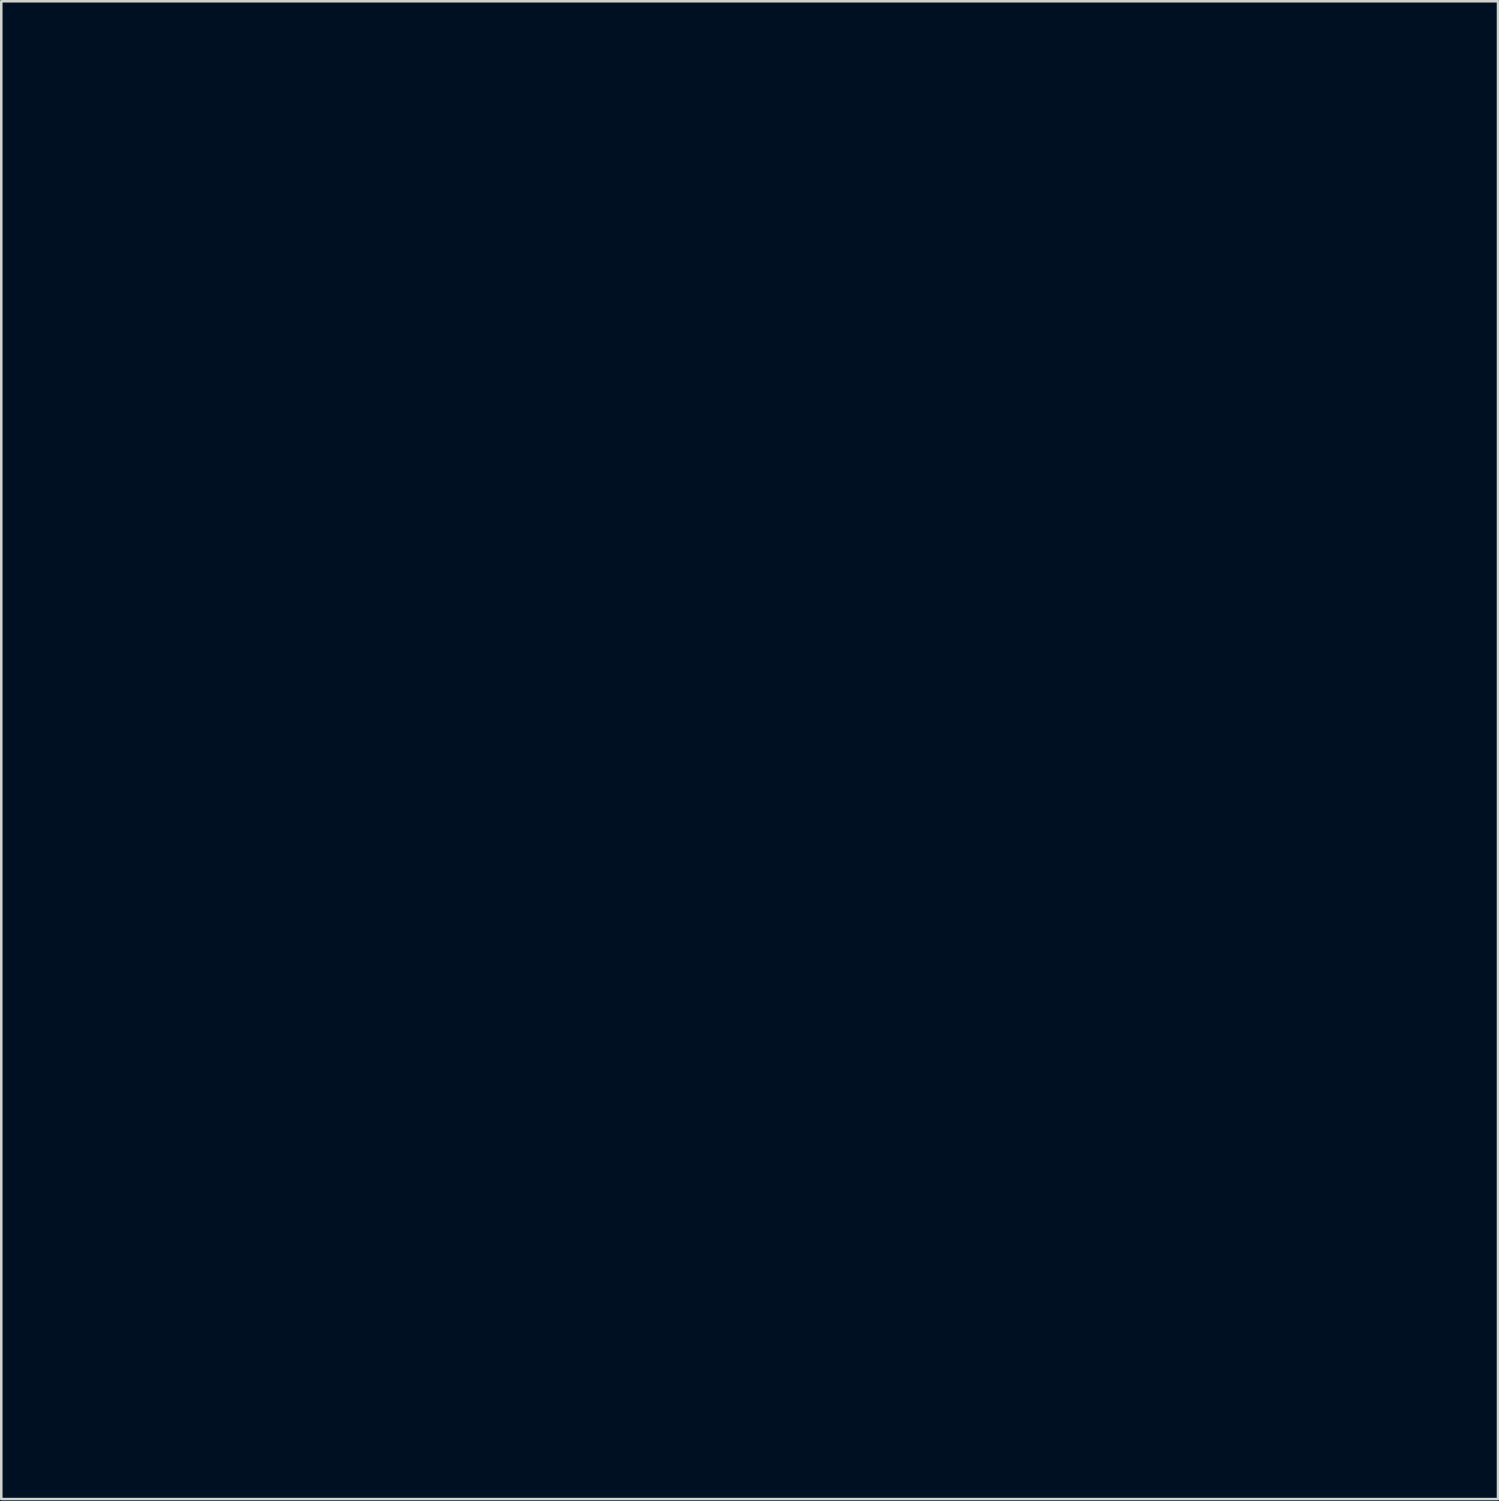
<source format=kicad_pcb>
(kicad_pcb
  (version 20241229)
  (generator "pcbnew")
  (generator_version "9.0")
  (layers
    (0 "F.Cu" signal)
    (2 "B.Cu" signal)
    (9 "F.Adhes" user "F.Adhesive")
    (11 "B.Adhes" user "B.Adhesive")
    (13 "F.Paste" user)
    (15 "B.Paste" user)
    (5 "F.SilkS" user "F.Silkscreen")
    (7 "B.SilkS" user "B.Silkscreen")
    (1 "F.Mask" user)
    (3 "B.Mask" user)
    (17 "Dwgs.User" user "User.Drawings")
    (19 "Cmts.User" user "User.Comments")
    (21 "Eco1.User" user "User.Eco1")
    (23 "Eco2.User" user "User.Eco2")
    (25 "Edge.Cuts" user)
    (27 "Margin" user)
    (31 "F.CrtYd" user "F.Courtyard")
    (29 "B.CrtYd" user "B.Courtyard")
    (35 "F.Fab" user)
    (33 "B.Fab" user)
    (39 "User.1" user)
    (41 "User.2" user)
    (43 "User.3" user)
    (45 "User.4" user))
  (footprint "TabletBadgeProto_FIXText_F.Mask"
    (layer "F.Cu")
    (at 29.082 11.438)
    (property "Reference" "TabletBadgeProto_FIXText_F.Mask" (at -2.54 -1.27 180) (layer "B.Mask") (effects (font (size 1.524 1.524) (thickness 0.3)) (justify mirror)))
    (attr through_hole)
    (fp_poly (pts (xy 20.765 5.048) (xy 20.775 5.059) (xy 20.786 5.048) (xy 20.775 5.038) (xy 20.765 5.048)) (stroke (width 0.01) (type solid)) (fill yes) (layer "B.Mask"))
    (fp_poly (pts (xy 20.704 9.794) (xy 20.701 9.81) (xy 20.712 9.838) (xy 20.722 9.842) (xy 20.743 9.827) (xy 20.743 9.823) (xy 20.728 9.794) (xy 20.722 9.79) (xy 20.704 9.794)) (stroke (width 0.01) (type solid)) (fill yes) (layer "B.Mask"))
    (fp_poly (pts (xy -7.932 -8.048) (xy -7.937 -7.985) (xy -7.923 -7.954) (xy -7.896 -7.958) (xy -7.878 -7.977) (xy -7.882 -8.007) (xy -7.895 -8.037) (xy -7.916 -8.076) (xy -7.926 -8.079) (xy -7.932 -8.048)) (stroke (width 0.01) (type solid)) (fill yes) (layer "B.Mask"))
    (fp_poly (pts (xy -14.421 -8.208) (xy -14.401 -8.161) (xy -14.375 -8.102) (xy -14.319 -7.981) (xy -14.264 -8.059) (xy -14.208 -8.136) (xy -14.315 -8.186) (xy -14.374 -8.212) (xy -14.414 -8.227) (xy -14.426 -8.229) (xy -14.421 -8.208)) (stroke (width 0.01) (type solid)) (fill yes) (layer "B.Mask"))
    (fp_poly (pts (xy 12.204 36.523) (xy 12.214 36.591) (xy 12.222 36.625) (xy 12.232 36.632) (xy 12.251 36.62) (xy 12.259 36.613) (xy 12.277 36.592) (xy 12.275 36.566) (xy 12.252 36.52) (xy 12.241 36.502) (xy 12.19 36.417) (xy 12.204 36.523)) (stroke (width 0.01) (type solid)) (fill yes) (layer "B.Mask"))
    (fp_poly (pts (xy 16.917 -2.223) (xy 16.854 -2.185) (xy 16.797 -2.147) (xy 16.788 -2.14) (xy 16.738 -2.102) (xy 16.847 -2.035) (xy 16.908 -2) (xy 16.956 -1.975) (xy 16.976 -1.968) (xy 16.986 -1.988) (xy 16.994 -2.04) (xy 16.997 -2.114) (xy 16.997 -2.118) (xy 16.997 -2.268) (xy 16.917 -2.223)) (stroke (width 0.01) (type solid)) (fill yes) (layer "B.Mask"))
    (fp_poly (pts (xy 19.987 7.86) (xy 19.796 7.925) (xy 19.857 8.104) (xy 19.885 8.184) (xy 19.908 8.248) (xy 19.923 8.285) (xy 19.926 8.291) (xy 19.944 8.283) (xy 19.983 8.252) (xy 20.01 8.227) (xy 20.086 8.137) (xy 20.136 8.029) (xy 20.162 7.902) (xy 20.177 7.795) (xy 19.987 7.86)) (stroke (width 0.01) (type solid)) (fill yes) (layer "B.Mask"))
    (fp_poly (pts (xy -9.494 -10.577) (xy -9.546 -10.565) (xy -9.618 -10.545) (xy -9.639 -10.539) (xy -9.8 -10.492) (xy -9.8 -10.054) (xy -9.678 -10.054) (xy -9.587 -10.049) (xy -9.483 -10.036) (xy -9.423 -10.025) (xy -9.349 -10.012) (xy -9.31 -10.009) (xy -9.299 -10.019) (xy -9.3 -10.023) (xy -9.309 -10.052) (xy -9.328 -10.113) (xy -9.354 -10.197) (xy -9.384 -10.296) (xy -9.388 -10.31) (xy -9.417 -10.409) (xy -9.443 -10.492) (xy -9.462 -10.551) (xy -9.471 -10.578) (xy -9.472 -10.579) (xy -9.494 -10.577)) (stroke (width 0.01) (type solid)) (fill yes) (layer "B.Mask"))
    (fp_poly (pts (xy 19.736 1.316) (xy 19.71 1.331) (xy 19.669 1.362) (xy 19.607 1.411) (xy 19.52 1.482) (xy 19.47 1.522) (xy 19.351 1.619) (xy 19.265 1.691) (xy 19.213 1.737) (xy 19.194 1.757) (xy 19.21 1.752) (xy 19.259 1.722) (xy 19.343 1.667) (xy 19.46 1.588) (xy 19.496 1.563) (xy 19.592 1.497) (xy 19.676 1.44) (xy 19.74 1.396) (xy 19.78 1.368) (xy 19.789 1.362) (xy 19.785 1.343) (xy 19.773 1.328) (xy 19.763 1.318) (xy 19.752 1.313) (xy 19.736 1.316)) (stroke (width 0.01) (type solid)) (fill yes) (layer "B.Mask"))
    (fp_poly (pts (xy -15.221 -5.368) (xy -15.243 -5.325) (xy -15.269 -5.245) (xy -15.272 -5.233) (xy -15.305 -5.145) (xy -15.349 -5.055) (xy -15.367 -5.024) (xy -15.406 -4.954) (xy -15.442 -4.875) (xy -15.471 -4.799) (xy -15.489 -4.736) (xy -15.49 -4.7) (xy -15.471 -4.705) (xy -15.422 -4.728) (xy -15.347 -4.769) (xy -15.254 -4.822) (xy -15.147 -4.886) (xy -15.132 -4.895) (xy -14.781 -5.109) (xy -14.879 -5.158) (xy -14.949 -5.198) (xy -15.029 -5.254) (xy -15.091 -5.303) (xy -15.152 -5.354) (xy -15.193 -5.377) (xy -15.221 -5.368)) (stroke (width 0.01) (type solid)) (fill yes) (layer "B.Mask"))
    (fp_poly (pts (xy 11.571 33.821) (xy 11.568 33.824) (xy 11.541 33.855) (xy 11.501 33.908) (xy 11.471 33.954) (xy 11.436 34.012) (xy 11.416 34.059) (xy 11.41 34.111) (xy 11.412 34.185) (xy 11.413 34.211) (xy 11.444 34.374) (xy 11.509 34.533) (xy 11.603 34.674) (xy 11.61 34.682) (xy 11.665 34.745) (xy 11.654 34.565) (xy 11.648 34.465) (xy 11.641 34.341) (xy 11.634 34.213) (xy 11.63 34.142) (xy 11.623 34.012) (xy 11.616 33.919) (xy 11.609 33.859) (xy 11.599 33.826) (xy 11.587 33.815) (xy 11.571 33.821)) (stroke (width 0.01) (type solid)) (fill yes) (layer "B.Mask"))
    (fp_poly (pts (xy -12.71 -9.494) (xy -12.757 -9.477) (xy -12.803 -9.459) (xy -12.866 -9.43) (xy -12.899 -9.404) (xy -12.911 -9.373) (xy -12.912 -9.354) (xy -12.916 -9.303) (xy -12.929 -9.228) (xy -12.944 -9.154) (xy -12.963 -9.07) (xy -12.97 -9.011) (xy -12.959 -8.974) (xy -12.925 -8.953) (xy -12.863 -8.944) (xy -12.767 -8.942) (xy -12.7 -8.942) (xy -12.585 -8.944) (xy -12.505 -8.949) (xy -12.461 -8.957) (xy -12.454 -8.964) (xy -12.465 -8.99) (xy -12.489 -9.045) (xy -12.522 -9.12) (xy -12.559 -9.206) (xy -12.598 -9.294) (xy -12.635 -9.376) (xy -12.665 -9.443) (xy -12.684 -9.487) (xy -12.69 -9.499) (xy -12.71 -9.494)) (stroke (width 0.01) (type solid)) (fill yes) (layer "B.Mask"))
    (fp_poly (pts (xy 20.833 10.367) (xy 20.806 10.409) (xy 20.796 10.428) (xy 20.759 10.484) (xy 20.705 10.553) (xy 20.646 10.62) (xy 20.602 10.666) (xy 20.572 10.698) (xy 20.561 10.724) (xy 20.571 10.748) (xy 20.606 10.776) (xy 20.668 10.813) (xy 20.762 10.865) (xy 20.807 10.89) (xy 20.885 10.934) (xy 20.95 10.971) (xy 20.992 10.994) (xy 21.003 11) (xy 21.012 10.987) (xy 21.018 10.943) (xy 21.018 10.913) (xy 21.026 10.839) (xy 21.047 10.75) (xy 21.064 10.696) (xy 21.11 10.574) (xy 20.985 10.462) (xy 20.925 10.41) (xy 20.878 10.371) (xy 20.851 10.351) (xy 20.849 10.351) (xy 20.833 10.367)) (stroke (width 0.01) (type solid)) (fill yes) (layer "B.Mask"))
    (fp_poly (pts (xy 21.655 11.401) (xy 21.4 11.548) (xy 21.144 11.711) (xy 20.905 11.878) (xy 20.876 11.9) (xy 20.799 11.958) (xy 20.736 12.007) (xy 20.694 12.04) (xy 20.68 12.054) (xy 20.698 12.064) (xy 20.748 12.087) (xy 20.822 12.12) (xy 20.913 12.159) (xy 20.918 12.161) (xy 21.04 12.212) (xy 21.175 12.269) (xy 21.304 12.323) (xy 21.373 12.352) (xy 21.59 12.443) (xy 21.601 12.386) (xy 21.661 12.177) (xy 21.755 11.982) (xy 21.886 11.795) (xy 21.958 11.712) (xy 22.082 11.576) (xy 22.032 11.519) (xy 21.987 11.468) (xy 21.931 11.406) (xy 21.909 11.383) (xy 21.836 11.304) (xy 21.655 11.401)) (stroke (width 0.01) (type solid)) (fill yes) (layer "B.Mask"))
    (fp_poly (pts (xy -25.592 2.262) (xy -25.62 2.311) (xy -25.66 2.385) (xy -25.708 2.478) (xy -25.737 2.536) (xy -25.884 2.829) (xy -25.768 2.886) (xy -25.707 2.915) (xy -25.663 2.934) (xy -25.648 2.939) (xy -25.632 2.924) (xy -25.593 2.886) (xy -25.54 2.833) (xy -25.52 2.813) (xy -25.394 2.705) (xy -25.261 2.625) (xy -25.13 2.576) (xy -25.083 2.567) (xy -25.027 2.556) (xy -24.992 2.544) (xy -24.987 2.54) (xy -25.003 2.528) (xy -25.048 2.501) (xy -25.117 2.464) (xy -25.201 2.421) (xy -25.291 2.375) (xy -25.381 2.331) (xy -25.463 2.292) (xy -25.529 2.262) (xy -25.57 2.246) (xy -25.579 2.244) (xy -25.592 2.262)) (stroke (width 0.01) (type solid)) (fill yes) (layer "B.Mask"))
    (fp_poly (pts (xy -9.656 -9.618) (xy -9.675 -9.6) (xy -9.752 -9.53) (xy -9.714 -9.247) (xy -9.696 -9.112) (xy -9.681 -9.012) (xy -9.668 -8.941) (xy -9.653 -8.893) (xy -9.637 -8.862) (xy -9.615 -8.84) (xy -9.587 -8.822) (xy -9.582 -8.819) (xy -9.472 -8.755) (xy -9.394 -8.711) (xy -9.342 -8.683) (xy -9.312 -8.67) (xy -9.298 -8.67) (xy -9.297 -8.68) (xy -9.299 -8.691) (xy -9.309 -8.722) (xy -9.328 -8.788) (xy -9.355 -8.881) (xy -9.389 -8.996) (xy -9.427 -9.124) (xy -9.442 -9.176) (xy -9.48 -9.307) (xy -9.516 -9.425) (xy -9.546 -9.524) (xy -9.569 -9.598) (xy -9.583 -9.639) (xy -9.585 -9.645) (xy -9.609 -9.649) (xy -9.656 -9.618)) (stroke (width 0.01) (type solid)) (fill yes) (layer "B.Mask"))
    (fp_poly (pts (xy 19.798 7.011) (xy 19.749 7.03) (xy 19.685 7.059) (xy 19.611 7.098) (xy 19.574 7.129) (xy 19.568 7.153) (xy 19.587 7.221) (xy 19.609 7.305) (xy 19.63 7.395) (xy 19.648 7.478) (xy 19.66 7.542) (xy 19.664 7.572) (xy 19.67 7.603) (xy 19.692 7.616) (xy 19.736 7.612) (xy 19.808 7.591) (xy 19.875 7.566) (xy 19.962 7.533) (xy 20.048 7.501) (xy 20.103 7.481) (xy 20.162 7.454) (xy 20.188 7.425) (xy 20.193 7.398) (xy 20.183 7.363) (xy 20.148 7.327) (xy 20.082 7.284) (xy 20.076 7.281) (xy 19.965 7.199) (xy 19.893 7.116) (xy 19.855 7.06) (xy 19.828 7.02) (xy 19.819 7.008) (xy 19.798 7.011)) (stroke (width 0.01) (type solid)) (fill yes) (layer "B.Mask"))
    (fp_poly (pts (xy 17.439 -1.757) (xy 17.433 -1.597) (xy 17.426 -1.431) (xy 17.418 -1.271) (xy 17.409 -1.129) (xy 17.401 -1.015) (xy 17.399 -1.002) (xy 17.39 -0.896) (xy 17.384 -0.805) (xy 17.38 -0.737) (xy 17.381 -0.7) (xy 17.382 -0.698) (xy 17.398 -0.701) (xy 17.436 -0.73) (xy 17.488 -0.78) (xy 17.514 -0.806) (xy 17.601 -0.906) (xy 17.662 -0.995) (xy 17.703 -1.085) (xy 17.726 -1.186) (xy 17.736 -1.31) (xy 17.737 -1.412) (xy 17.737 -1.522) (xy 17.734 -1.602) (xy 17.726 -1.664) (xy 17.712 -1.72) (xy 17.688 -1.782) (xy 17.661 -1.844) (xy 17.617 -1.939) (xy 17.569 -2.035) (xy 17.526 -2.113) (xy 17.518 -2.126) (xy 17.452 -2.233) (xy 17.439 -1.757)) (stroke (width 0.01) (type solid)) (fill yes) (layer "B.Mask"))
    (fp_poly (pts (xy -8.87 -8.316) (xy -8.906 -8.27) (xy -8.952 -8.207) (xy -8.969 -8.183) (xy -9.036 -8.09) (xy -9.095 -8.025) (xy -9.158 -7.976) (xy -9.237 -7.935) (xy -9.303 -7.907) (xy -9.369 -7.876) (xy -9.417 -7.847) (xy -9.436 -7.828) (xy -9.432 -7.793) (xy -9.417 -7.735) (xy -9.404 -7.694) (xy -9.366 -7.587) (xy -9.195 -7.633) (xy -9.085 -7.659) (xy -8.96 -7.685) (xy -8.845 -7.705) (xy -8.84 -7.706) (xy -8.747 -7.722) (xy -8.688 -7.738) (xy -8.664 -7.753) (xy -8.665 -7.756) (xy -8.673 -7.784) (xy -8.692 -7.844) (xy -8.717 -7.929) (xy -8.746 -8.03) (xy -8.755 -8.059) (xy -8.786 -8.16) (xy -8.813 -8.244) (xy -8.835 -8.304) (xy -8.85 -8.333) (xy -8.852 -8.334) (xy -8.87 -8.316)) (stroke (width 0.01) (type solid)) (fill yes) (layer "B.Mask"))
    (fp_poly (pts (xy 10.991 34.153) (xy 10.943 34.184) (xy 10.873 34.23) (xy 10.788 34.286) (xy 10.695 34.349) (xy 10.601 34.413) (xy 10.512 34.475) (xy 10.433 34.529) (xy 10.373 34.572) (xy 10.337 34.599) (xy 10.33 34.606) (xy 10.349 34.62) (xy 10.395 34.647) (xy 10.46 34.679) (xy 10.542 34.726) (xy 10.637 34.798) (xy 10.75 34.897) (xy 10.811 34.954) (xy 10.977 35.121) (xy 11.125 35.286) (xy 11.265 35.462) (xy 11.408 35.66) (xy 11.471 35.754) (xy 11.636 36.002) (xy 11.658 35.613) (xy 11.477 35.328) (xy 11.338 35.104) (xy 11.225 34.908) (xy 11.138 34.738) (xy 11.074 34.59) (xy 11.033 34.462) (xy 11.012 34.349) (xy 11.01 34.265) (xy 11.013 34.199) (xy 11.014 34.154) (xy 11.012 34.142) (xy 10.991 34.153)) (stroke (width 0.01) (type solid)) (fill yes) (layer "B.Mask"))
    (fp_poly (pts (xy 11.718 36.694) (xy 11.673 36.723) (xy 11.609 36.767) (xy 11.564 36.799) (xy 11.336 36.95) (xy 11.121 37.065) (xy 10.917 37.145) (xy 10.719 37.192) (xy 10.594 37.205) (xy 10.491 37.209) (xy 10.415 37.205) (xy 10.351 37.193) (xy 10.288 37.171) (xy 10.226 37.149) (xy 10.182 37.135) (xy 10.167 37.133) (xy 10.176 37.152) (xy 10.204 37.198) (xy 10.246 37.265) (xy 10.298 37.345) (xy 10.355 37.431) (xy 10.412 37.515) (xy 10.463 37.591) (xy 10.506 37.652) (xy 10.533 37.689) (xy 10.542 37.697) (xy 10.562 37.687) (xy 10.613 37.656) (xy 10.692 37.607) (xy 10.794 37.544) (xy 10.915 37.468) (xy 11.05 37.383) (xy 11.163 37.312) (xy 11.772 36.926) (xy 11.758 36.809) (xy 11.749 36.744) (xy 11.741 36.699) (xy 11.737 36.686) (xy 11.718 36.694)) (stroke (width 0.01) (type solid)) (fill yes) (layer "B.Mask"))
    (fp_poly (pts (xy 17.037 0.715) (xy 16.983 0.736) (xy 16.908 0.77) (xy 16.825 0.811) (xy 16.646 0.894) (xy 16.493 0.945) (xy 16.367 0.966) (xy 16.286 0.961) (xy 16.236 0.955) (xy 16.22 0.961) (xy 16.225 0.975) (xy 16.242 1.001) (xy 16.28 1.055) (xy 16.333 1.132) (xy 16.397 1.226) (xy 16.464 1.322) (xy 16.534 1.423) (xy 16.596 1.511) (xy 16.644 1.581) (xy 16.676 1.627) (xy 16.688 1.644) (xy 16.697 1.629) (xy 16.719 1.585) (xy 16.747 1.528) (xy 16.791 1.449) (xy 16.85 1.359) (xy 16.91 1.281) (xy 16.991 1.184) (xy 17.049 1.114) (xy 17.088 1.064) (xy 17.11 1.025) (xy 17.119 0.991) (xy 17.118 0.955) (xy 17.11 0.911) (xy 17.103 0.869) (xy 17.088 0.794) (xy 17.074 0.737) (xy 17.062 0.71) (xy 17.061 0.71) (xy 17.037 0.715)) (stroke (width 0.01) (type solid)) (fill yes) (layer "B.Mask"))
    (fp_poly (pts (xy 3.198 40.115) (xy 3.153 40.149) (xy 3.086 40.208) (xy 3.06 40.232) (xy 2.93 40.348) (xy 2.815 40.436) (xy 2.708 40.501) (xy 2.599 40.55) (xy 2.585 40.555) (xy 2.514 40.581) (xy 2.455 40.604) (xy 2.428 40.614) (xy 2.419 40.625) (xy 2.427 40.645) (xy 2.455 40.68) (xy 2.508 40.732) (xy 2.587 40.805) (xy 2.64 40.853) (xy 2.742 40.944) (xy 2.817 41.011) (xy 2.87 41.056) (xy 2.906 41.083) (xy 2.927 41.095) (xy 2.941 41.097) (xy 2.95 41.091) (xy 2.95 41.091) (xy 2.961 41.061) (xy 2.963 41.031) (xy 2.976 40.971) (xy 3.011 40.889) (xy 3.062 40.795) (xy 3.123 40.698) (xy 3.19 40.608) (xy 3.237 40.554) (xy 3.359 40.426) (xy 3.332 40.323) (xy 3.306 40.236) (xy 3.275 40.168) (xy 3.241 40.112) (xy 3.226 40.104) (xy 3.198 40.115)) (stroke (width 0.01) (type solid)) (fill yes) (layer "B.Mask"))
    (fp_poly (pts (xy -22.655 0.945) (xy -22.726 1.023) (xy -22.8 1.101) (xy -22.862 1.165) (xy -22.875 1.177) (xy -22.925 1.228) (xy -22.946 1.26) (xy -22.944 1.281) (xy -22.936 1.29) (xy -22.915 1.315) (xy -22.874 1.369) (xy -22.819 1.446) (xy -22.754 1.539) (xy -22.692 1.63) (xy -22.622 1.732) (xy -22.56 1.821) (xy -22.509 1.893) (xy -22.475 1.94) (xy -22.46 1.957) (xy -22.436 1.95) (xy -22.387 1.923) (xy -22.323 1.88) (xy -22.296 1.86) (xy -22.214 1.797) (xy -22.132 1.729) (xy -22.065 1.671) (xy -22.059 1.665) (xy -22.006 1.61) (xy -21.948 1.541) (xy -21.889 1.467) (xy -21.837 1.396) (xy -21.799 1.338) (xy -21.781 1.3) (xy -21.78 1.296) (xy -21.798 1.279) (xy -21.845 1.243) (xy -21.918 1.192) (xy -22.012 1.129) (xy -22.12 1.059) (xy -22.154 1.037) (xy -22.527 0.8) (xy -22.655 0.945)) (stroke (width 0.01) (type solid)) (fill yes) (layer "B.Mask"))
    (fp_poly (pts (xy -18.741 32.205) (xy -18.798 32.218) (xy -18.884 32.241) (xy -18.993 32.272) (xy -19.119 32.31) (xy -19.195 32.333) (xy -19.661 32.475) (xy -19.6 32.583) (xy -19.533 32.737) (xy -19.486 32.915) (xy -19.462 33.103) (xy -19.463 33.288) (xy -19.473 33.366) (xy -19.506 33.507) (xy -19.56 33.663) (xy -19.628 33.815) (xy -19.701 33.943) (xy -19.74 34.008) (xy -19.766 34.063) (xy -19.775 34.091) (xy -19.77 34.132) (xy -19.754 34.191) (xy -19.733 34.255) (xy -19.71 34.312) (xy -19.69 34.347) (xy -19.682 34.353) (xy -19.657 34.341) (xy -19.614 34.308) (xy -19.59 34.288) (xy -19.5 34.191) (xy -19.404 34.057) (xy -19.305 33.892) (xy -19.206 33.7) (xy -19.109 33.485) (xy -19.015 33.254) (xy -18.928 33.01) (xy -18.849 32.759) (xy -18.792 32.551) (xy -18.764 32.437) (xy -18.741 32.339) (xy -18.725 32.262) (xy -18.718 32.214) (xy -18.718 32.202) (xy -18.741 32.205)) (stroke (width 0.01) (type solid)) (fill yes) (layer "B.Mask"))
    (fp_poly (pts (xy -20.266 -0.752) (xy -20.315 -0.731) (xy -20.384 -0.698) (xy -20.422 -0.679) (xy -20.526 -0.629) (xy -20.646 -0.574) (xy -20.76 -0.525) (xy -20.779 -0.517) (xy -21.087 -0.371) (xy -21.392 -0.187) (xy -21.687 0.029) (xy -21.967 0.273) (xy -22.223 0.54) (xy -22.263 0.586) (xy -22.375 0.716) (xy -22.157 0.891) (xy -22.074 0.958) (xy -22.002 1.015) (xy -21.947 1.059) (xy -21.918 1.082) (xy -21.916 1.083) (xy -21.899 1.075) (xy -21.873 1.029) (xy -21.836 0.946) (xy -21.788 0.824) (xy -21.781 0.805) (xy -21.713 0.632) (xy -21.65 0.491) (xy -21.586 0.375) (xy -21.518 0.275) (xy -21.439 0.182) (xy -21.351 0.093) (xy -21.211 -0.029) (xy -21.056 -0.146) (xy -20.877 -0.263) (xy -20.668 -0.384) (xy -20.516 -0.466) (xy -20.404 -0.525) (xy -20.324 -0.569) (xy -20.271 -0.601) (xy -20.24 -0.625) (xy -20.226 -0.645) (xy -20.224 -0.666) (xy -20.227 -0.688) (xy -20.238 -0.735) (xy -20.246 -0.758) (xy -20.246 -0.758) (xy -20.266 -0.752)) (stroke (width 0.01) (type solid)) (fill yes) (layer "B.Mask"))
    (fp_poly (pts (xy 19.859 5.523) (xy 19.74 5.563) (xy 19.607 5.62) (xy 19.505 5.677) (xy 19.423 5.74) (xy 19.351 5.818) (xy 19.316 5.864) (xy 19.257 5.946) (xy 19.218 6.012) (xy 19.197 6.071) (xy 19.195 6.133) (xy 19.21 6.208) (xy 19.242 6.304) (xy 19.28 6.404) (xy 19.319 6.504) (xy 19.354 6.587) (xy 19.382 6.648) (xy 19.4 6.679) (xy 19.402 6.681) (xy 19.43 6.676) (xy 19.485 6.659) (xy 19.547 6.636) (xy 19.674 6.586) (xy 19.669 6.486) (xy 19.673 6.387) (xy 19.692 6.277) (xy 19.723 6.173) (xy 19.76 6.09) (xy 19.77 6.075) (xy 19.824 6.02) (xy 19.902 5.966) (xy 19.989 5.92) (xy 20.071 5.891) (xy 20.117 5.884) (xy 20.182 5.893) (xy 20.258 5.915) (xy 20.284 5.925) (xy 20.378 5.965) (xy 20.455 5.788) (xy 20.489 5.71) (xy 20.515 5.647) (xy 20.53 5.609) (xy 20.532 5.603) (xy 20.513 5.593) (xy 20.463 5.575) (xy 20.392 5.552) (xy 20.368 5.545) (xy 20.187 5.504) (xy 20.021 5.497) (xy 19.859 5.523)) (stroke (width 0.01) (type solid)) (fill yes) (layer "B.Mask"))
    (fp_poly (pts (xy 17.157 28.15) (xy 17.137 28.202) (xy 17.11 28.28) (xy 17.079 28.375) (xy 17.074 28.39) (xy 17.006 28.592) (xy 16.94 28.759) (xy 16.87 28.896) (xy 16.795 29.012) (xy 16.711 29.111) (xy 16.696 29.127) (xy 16.572 29.244) (xy 16.442 29.354) (xy 16.298 29.462) (xy 16.132 29.574) (xy 15.935 29.695) (xy 15.913 29.709) (xy 15.805 29.774) (xy 15.71 29.83) (xy 15.634 29.876) (xy 15.583 29.907) (xy 15.562 29.92) (xy 15.562 29.92) (xy 15.562 29.942) (xy 15.572 29.986) (xy 15.572 29.988) (xy 15.589 30.05) (xy 16.044 29.821) (xy 16.385 29.637) (xy 16.684 29.451) (xy 16.943 29.261) (xy 17.161 29.067) (xy 17.176 29.052) (xy 17.241 28.985) (xy 17.314 28.905) (xy 17.39 28.818) (xy 17.465 28.73) (xy 17.533 28.647) (xy 17.59 28.576) (xy 17.63 28.521) (xy 17.648 28.49) (xy 17.648 28.487) (xy 17.63 28.469) (xy 17.585 28.433) (xy 17.521 28.384) (xy 17.446 28.327) (xy 17.367 28.269) (xy 17.292 28.214) (xy 17.228 28.169) (xy 17.184 28.14) (xy 17.167 28.131) (xy 17.157 28.15)) (stroke (width 0.01) (type solid)) (fill yes) (layer "B.Mask"))
    (fp_poly (pts (xy 2.993 39.404) (xy 3.006 39.443) (xy 3.034 39.505) (xy 3.074 39.582) (xy 3.124 39.667) (xy 3.143 39.699) (xy 3.19 39.776) (xy 3.229 39.845) (xy 3.254 39.893) (xy 3.257 39.9) (xy 3.284 39.955) (xy 3.321 40.014) (xy 3.322 40.016) (xy 3.351 40.067) (xy 3.365 40.11) (xy 3.365 40.113) (xy 3.374 40.145) (xy 3.398 40.206) (xy 3.432 40.286) (xy 3.468 40.364) (xy 3.57 40.581) (xy 3.69 40.41) (xy 3.741 40.337) (xy 3.781 40.276) (xy 3.805 40.238) (xy 3.81 40.228) (xy 3.791 40.222) (xy 3.741 40.218) (xy 3.683 40.217) (xy 3.616 40.214) (xy 3.57 40.208) (xy 3.556 40.2) (xy 3.569 40.179) (xy 3.605 40.134) (xy 3.656 40.074) (xy 3.683 40.044) (xy 3.739 39.98) (xy 3.783 39.929) (xy 3.807 39.897) (xy 3.81 39.892) (xy 3.793 39.879) (xy 3.746 39.848) (xy 3.675 39.803) (xy 3.587 39.748) (xy 3.487 39.686) (xy 3.382 39.622) (xy 3.279 39.559) (xy 3.183 39.501) (xy 3.101 39.452) (xy 3.039 39.416) (xy 3.003 39.396) (xy 3 39.394) (xy 2.993 39.404)) (stroke (width 0.01) (type solid)) (fill yes) (layer "B.Mask"))
    (fp_poly (pts (xy 10.397 -5.53) (xy 10.362 -5.486) (xy 10.314 -5.423) (xy 10.259 -5.348) (xy 10.202 -5.269) (xy 10.149 -5.194) (xy 10.104 -5.129) (xy 10.075 -5.083) (xy 10.065 -5.064) (xy 10.084 -5.055) (xy 10.137 -5.035) (xy 10.217 -5.007) (xy 10.317 -4.973) (xy 10.407 -4.943) (xy 10.567 -4.89) (xy 10.694 -4.842) (xy 10.797 -4.797) (xy 10.884 -4.748) (xy 10.963 -4.693) (xy 11.042 -4.626) (xy 11.109 -4.563) (xy 11.214 -4.456) (xy 11.316 -4.339) (xy 11.419 -4.206) (xy 11.528 -4.051) (xy 11.648 -3.866) (xy 11.695 -3.792) (xy 11.766 -3.679) (xy 11.819 -3.598) (xy 11.861 -3.545) (xy 11.894 -3.514) (xy 11.924 -3.5) (xy 11.956 -3.501) (xy 11.985 -3.507) (xy 12.001 -3.516) (xy 12.002 -3.538) (xy 11.984 -3.579) (xy 11.947 -3.647) (xy 11.911 -3.713) (xy 11.862 -3.806) (xy 11.804 -3.916) (xy 11.743 -4.032) (xy 11.715 -4.087) (xy 11.512 -4.434) (xy 11.273 -4.761) (xy 11 -5.063) (xy 10.694 -5.341) (xy 10.564 -5.443) (xy 10.499 -5.491) (xy 10.447 -5.527) (xy 10.416 -5.545) (xy 10.413 -5.546) (xy 10.397 -5.53)) (stroke (width 0.01) (type solid)) (fill yes) (layer "B.Mask"))
    (fp_poly (pts (xy 21.285 3.738) (xy 21.227 3.764) (xy 21.136 3.808) (xy 21.011 3.871) (xy 20.856 3.95) (xy 20.671 4.046) (xy 20.459 4.157) (xy 20.22 4.283) (xy 20.034 4.382) (xy 19.871 4.468) (xy 19.687 4.565) (xy 19.497 4.665) (xy 19.315 4.76) (xy 19.153 4.844) (xy 19.13 4.856) (xy 18.692 5.083) (xy 18.812 5.325) (xy 18.858 5.416) (xy 18.898 5.491) (xy 18.928 5.543) (xy 18.943 5.566) (xy 18.944 5.566) (xy 18.96 5.55) (xy 18.99 5.508) (xy 19.007 5.481) (xy 19.043 5.435) (xy 19.104 5.369) (xy 19.18 5.295) (xy 19.264 5.219) (xy 19.264 5.218) (xy 19.368 5.132) (xy 19.464 5.061) (xy 19.567 4.997) (xy 19.69 4.93) (xy 19.752 4.899) (xy 19.87 4.839) (xy 20.011 4.765) (xy 20.161 4.685) (xy 20.307 4.607) (xy 20.382 4.565) (xy 20.509 4.497) (xy 20.64 4.43) (xy 20.764 4.37) (xy 20.87 4.322) (xy 20.93 4.297) (xy 21.13 4.222) (xy 21.224 3.982) (xy 21.259 3.889) (xy 21.287 3.811) (xy 21.304 3.756) (xy 21.307 3.732) (xy 21.307 3.732) (xy 21.285 3.738)) (stroke (width 0.01) (type solid)) (fill yes) (layer "B.Mask"))
    (fp_poly (pts (xy -18.194 33.441) (xy -18.197 33.679) (xy -18.207 33.882) (xy -18.226 34.059) (xy -18.254 34.217) (xy -18.294 34.364) (xy -18.349 34.508) (xy -18.418 34.656) (xy -18.505 34.817) (xy -18.514 34.833) (xy -18.615 35.005) (xy -18.705 35.146) (xy -18.788 35.261) (xy -18.869 35.357) (xy -18.954 35.441) (xy -19.049 35.52) (xy -19.062 35.53) (xy -19.218 35.65) (xy -18.907 35.892) (xy -18.806 35.969) (xy -18.715 36.039) (xy -18.639 36.096) (xy -18.585 36.136) (xy -18.56 36.153) (xy -18.534 36.158) (xy -18.505 36.14) (xy -18.464 36.092) (xy -18.449 36.071) (xy -18.394 35.992) (xy -18.347 35.913) (xy -18.306 35.828) (xy -18.268 35.73) (xy -18.231 35.613) (xy -18.193 35.47) (xy -18.15 35.295) (xy -18.129 35.204) (xy -18.082 34.994) (xy -18.045 34.817) (xy -18.017 34.663) (xy -17.997 34.525) (xy -17.983 34.395) (xy -17.975 34.262) (xy -17.971 34.12) (xy -17.971 34.014) (xy -17.977 33.741) (xy -17.997 33.499) (xy -18.032 33.278) (xy -18.047 33.207) (xy -18.067 33.129) (xy -18.086 33.083) (xy -18.111 33.057) (xy -18.136 33.046) (xy -18.193 33.026) (xy -18.194 33.441)) (stroke (width 0.01) (type solid)) (fill yes) (layer "B.Mask"))
    (fp_poly (pts (xy -23.238 1.492) (xy -23.388 1.587) (xy -23.547 1.665) (xy -23.722 1.727) (xy -23.917 1.775) (xy -24.136 1.809) (xy -24.385 1.83) (xy -24.669 1.84) (xy -24.809 1.841) (xy -24.941 1.843) (xy -25.042 1.847) (xy -25.108 1.854) (xy -25.136 1.863) (xy -25.136 1.864) (xy -25.159 1.874) (xy -25.178 1.863) (xy -25.214 1.851) (xy -25.28 1.845) (xy -25.35 1.846) (xy -25.387 1.848) (xy -25.413 1.85) (xy -25.425 1.855) (xy -25.418 1.862) (xy -25.391 1.874) (xy -25.34 1.891) (xy -25.261 1.914) (xy -25.152 1.945) (xy -25.01 1.984) (xy -24.83 2.034) (xy -24.775 2.049) (xy -24.599 2.096) (xy -24.429 2.142) (xy -24.27 2.183) (xy -24.129 2.218) (xy -24.013 2.247) (xy -23.926 2.266) (xy -23.887 2.274) (xy -23.744 2.295) (xy -23.596 2.309) (xy -23.456 2.316) (xy -23.334 2.316) (xy -23.241 2.308) (xy -23.236 2.307) (xy -23.045 2.259) (xy -22.848 2.183) (xy -22.79 2.155) (xy -22.667 2.094) (xy -22.749 1.994) (xy -22.793 1.937) (xy -22.852 1.855) (xy -22.919 1.759) (xy -22.985 1.66) (xy -22.986 1.658) (xy -23.14 1.422) (xy -23.238 1.492)) (stroke (width 0.01) (type solid)) (fill yes) (layer "B.Mask"))
    (fp_poly (pts (xy -17.988 32.924) (xy -17.99 32.924) (xy -18.054 32.938) (xy -17.97 33.105) (xy -17.924 33.2) (xy -17.869 33.316) (xy -17.815 33.433) (xy -17.791 33.487) (xy -17.743 33.592) (xy -17.69 33.698) (xy -17.641 33.791) (xy -17.617 33.832) (xy -17.535 33.96) (xy -17.438 34.101) (xy -17.333 34.245) (xy -17.229 34.38) (xy -17.133 34.495) (xy -17.082 34.552) (xy -17.024 34.61) (xy -16.951 34.68) (xy -16.868 34.755) (xy -16.782 34.831) (xy -16.7 34.902) (xy -16.627 34.962) (xy -16.571 35.007) (xy -16.536 35.029) (xy -16.531 35.031) (xy -16.514 35.015) (xy -16.476 34.971) (xy -16.423 34.906) (xy -16.359 34.825) (xy -16.335 34.794) (xy -16.154 34.556) (xy -16.455 34.448) (xy -16.623 34.385) (xy -16.758 34.33) (xy -16.867 34.277) (xy -16.959 34.223) (xy -17.041 34.162) (xy -17.119 34.091) (xy -17.185 34.024) (xy -17.277 33.924) (xy -17.359 33.827) (xy -17.435 33.726) (xy -17.512 33.614) (xy -17.594 33.482) (xy -17.687 33.324) (xy -17.728 33.253) (xy -17.788 33.147) (xy -17.841 33.054) (xy -17.883 32.981) (xy -17.91 32.934) (xy -17.92 32.917) (xy -17.942 32.916) (xy -17.988 32.924)) (stroke (width 0.01) (type solid)) (fill yes) (layer "B.Mask"))
    (fp_poly (pts (xy 18.604 -0.349) (xy 18.551 -0.319) (xy 18.477 -0.274) (xy 18.39 -0.22) (xy 18.297 -0.16) (xy 18.206 -0.1) (xy 18.123 -0.044) (xy 18.111 -0.035) (xy 18.049 0.009) (xy 17.962 0.07) (xy 17.858 0.143) (xy 17.747 0.222) (xy 17.674 0.274) (xy 17.367 0.491) (xy 17.375 0.632) (xy 17.38 0.704) (xy 17.385 0.757) (xy 17.389 0.779) (xy 17.407 0.77) (xy 17.449 0.74) (xy 17.508 0.694) (xy 17.529 0.678) (xy 17.629 0.601) (xy 17.743 0.519) (xy 17.867 0.434) (xy 17.996 0.35) (xy 18.124 0.269) (xy 18.248 0.194) (xy 18.362 0.129) (xy 18.46 0.077) (xy 18.538 0.04) (xy 18.591 0.022) (xy 18.613 0.024) (xy 18.628 0.043) (xy 18.662 0.088) (xy 18.712 0.153) (xy 18.757 0.212) (xy 18.856 0.344) (xy 18.935 0.454) (xy 19.001 0.552) (xy 19.06 0.65) (xy 19.12 0.758) (xy 19.121 0.76) (xy 19.209 0.926) (xy 19.303 0.845) (xy 19.397 0.764) (xy 19.022 0.202) (xy 18.931 0.065) (xy 18.846 -0.06) (xy 18.771 -0.168) (xy 18.709 -0.256) (xy 18.663 -0.32) (xy 18.636 -0.355) (xy 18.63 -0.36) (xy 18.604 -0.349)) (stroke (width 0.01) (type solid)) (fill yes) (layer "B.Mask"))
    (fp_poly (pts (xy 13.311 32.481) (xy 13.257 32.514) (xy 13.18 32.564) (xy 13.083 32.627) (xy 12.972 32.701) (xy 12.853 32.782) (xy 12.731 32.865) (xy 12.61 32.949) (xy 12.497 33.028) (xy 12.396 33.101) (xy 12.312 33.162) (xy 12.287 33.181) (xy 12.17 33.27) (xy 12.083 33.337) (xy 12.021 33.386) (xy 11.981 33.423) (xy 11.958 33.45) (xy 11.949 33.472) (xy 11.95 33.494) (xy 11.956 33.519) (xy 11.958 33.528) (xy 11.977 33.603) (xy 11.995 33.673) (xy 12.008 33.72) (xy 12.021 33.73) (xy 12.044 33.709) (xy 12.051 33.701) (xy 12.083 33.673) (xy 12.144 33.628) (xy 12.225 33.571) (xy 12.319 33.507) (xy 12.418 33.44) (xy 12.515 33.377) (xy 12.602 33.323) (xy 12.658 33.29) (xy 12.82 33.218) (xy 13.003 33.177) (xy 13.164 33.167) (xy 13.291 33.163) (xy 13.411 33.154) (xy 13.516 33.14) (xy 13.6 33.124) (xy 13.656 33.105) (xy 13.677 33.086) (xy 13.677 33.083) (xy 13.664 33.05) (xy 13.635 32.991) (xy 13.594 32.913) (xy 13.546 32.824) (xy 13.495 32.731) (xy 13.444 32.642) (xy 13.399 32.565) (xy 13.362 32.506) (xy 13.34 32.474) (xy 13.335 32.47) (xy 13.311 32.481)) (stroke (width 0.01) (type solid)) (fill yes) (layer "B.Mask"))
    (fp_poly (pts (xy -24.627 23.571) (xy -24.627 23.571) (xy -24.689 23.655) (xy -24.78 23.75) (xy -24.893 23.85) (xy -25.017 23.948) (xy -25.145 24.036) (xy -25.268 24.109) (xy -25.341 24.144) (xy -25.41 24.175) (xy -25.509 24.22) (xy -25.631 24.278) (xy -25.767 24.343) (xy -25.91 24.412) (xy -26.005 24.458) (xy -26.202 24.553) (xy -26.368 24.63) (xy -26.509 24.69) (xy -26.634 24.737) (xy -26.747 24.773) (xy -26.855 24.799) (xy -26.965 24.819) (xy -27.056 24.831) (xy -27.278 24.857) (xy -27.188 25.08) (xy -27.151 25.169) (xy -27.117 25.242) (xy -27.092 25.292) (xy -27.08 25.308) (xy -27.056 25.302) (xy -27 25.279) (xy -26.917 25.244) (xy -26.815 25.199) (xy -26.699 25.146) (xy -26.681 25.138) (xy -26.55 25.077) (xy -26.392 25.003) (xy -26.219 24.921) (xy -26.04 24.836) (xy -25.868 24.754) (xy -25.781 24.713) (xy -25.612 24.632) (xy -25.427 24.544) (xy -25.237 24.455) (xy -25.056 24.369) (xy -24.894 24.294) (xy -24.829 24.264) (xy -24.704 24.206) (xy -24.592 24.154) (xy -24.5 24.111) (xy -24.432 24.079) (xy -24.395 24.061) (xy -24.389 24.057) (xy -24.395 24.037) (xy -24.415 23.985) (xy -24.446 23.909) (xy -24.485 23.816) (xy -24.495 23.793) (xy -24.541 23.688) (xy -24.575 23.617) (xy -24.599 23.577) (xy -24.615 23.563) (xy -24.627 23.571)) (stroke (width 0.01) (type solid)) (fill yes) (layer "B.Mask"))
    (fp_poly (pts (xy 16.691 29.95) (xy 16.469 29.96) (xy 16.254 29.977) (xy 16.055 30.002) (xy 15.885 30.033) (xy 15.84 30.044) (xy 15.77 30.063) (xy 15.731 30.076) (xy 15.712 30.092) (xy 15.702 30.118) (xy 15.696 30.141) (xy 15.683 30.194) (xy 15.911 30.18) (xy 16.076 30.175) (xy 16.263 30.178) (xy 16.458 30.188) (xy 16.65 30.203) (xy 16.824 30.224) (xy 16.95 30.246) (xy 17.035 30.266) (xy 17.113 30.289) (xy 17.194 30.321) (xy 17.287 30.365) (xy 17.403 30.426) (xy 17.447 30.45) (xy 17.56 30.513) (xy 17.67 30.575) (xy 17.767 30.632) (xy 17.841 30.677) (xy 17.865 30.693) (xy 17.957 30.764) (xy 18.06 30.859) (xy 18.162 30.965) (xy 18.253 31.072) (xy 18.268 31.092) (xy 18.322 31.164) (xy 18.561 30.84) (xy 18.636 30.737) (xy 18.703 30.645) (xy 18.757 30.569) (xy 18.794 30.514) (xy 18.81 30.488) (xy 18.811 30.488) (xy 18.802 30.456) (xy 18.761 30.412) (xy 18.696 30.362) (xy 18.614 30.309) (xy 18.522 30.26) (xy 18.427 30.219) (xy 18.413 30.214) (xy 18.357 30.198) (xy 18.269 30.176) (xy 18.154 30.149) (xy 18.021 30.119) (xy 17.877 30.088) (xy 17.731 30.057) (xy 17.59 30.029) (xy 17.462 30.004) (xy 17.355 29.985) (xy 17.286 29.974) (xy 17.11 29.957) (xy 16.908 29.949) (xy 16.691 29.95)) (stroke (width 0.01) (type solid)) (fill yes) (layer "B.Mask"))
    (fp_poly (pts (xy -22.944 -1.942) (xy -22.983 -1.899) (xy -23.038 -1.836) (xy -23.104 -1.757) (xy -23.176 -1.67) (xy -23.249 -1.58) (xy -23.318 -1.494) (xy -23.378 -1.418) (xy -23.423 -1.358) (xy -23.449 -1.321) (xy -23.453 -1.312) (xy -23.435 -1.282) (xy -23.387 -1.239) (xy -23.315 -1.188) (xy -23.228 -1.134) (xy -23.133 -1.083) (xy -23.125 -1.079) (xy -23.044 -1.045) (xy -22.93 -1.005) (xy -22.789 -0.962) (xy -22.63 -0.916) (xy -22.461 -0.871) (xy -22.288 -0.828) (xy -22.12 -0.789) (xy -21.965 -0.757) (xy -21.918 -0.749) (xy -21.849 -0.74) (xy -21.749 -0.732) (xy -21.625 -0.724) (xy -21.486 -0.717) (xy -21.34 -0.711) (xy -21.196 -0.707) (xy -21.063 -0.705) (xy -20.948 -0.705) (xy -20.861 -0.707) (xy -20.817 -0.711) (xy -20.768 -0.719) (xy -20.691 -0.731) (xy -20.599 -0.747) (xy -20.56 -0.753) (xy -20.468 -0.77) (xy -20.409 -0.784) (xy -20.375 -0.799) (xy -20.356 -0.82) (xy -20.344 -0.848) (xy -20.322 -0.91) (xy -20.654 -0.911) (xy -21.014 -0.923) (xy -21.341 -0.961) (xy -21.612 -1.016) (xy -21.686 -1.037) (xy -21.759 -1.064) (xy -21.837 -1.1) (xy -21.929 -1.148) (xy -22.042 -1.214) (xy -22.128 -1.266) (xy -22.313 -1.382) (xy -22.464 -1.487) (xy -22.589 -1.588) (xy -22.694 -1.689) (xy -22.786 -1.795) (xy -22.813 -1.831) (xy -22.86 -1.892) (xy -22.9 -1.937) (xy -22.924 -1.958) (xy -22.925 -1.958) (xy -22.944 -1.942)) (stroke (width 0.01) (type solid)) (fill yes) (layer "B.Mask"))
    (fp_poly (pts (xy 6.818 36.568) (xy 6.771 36.583) (xy 6.699 36.611) (xy 6.595 36.657) (xy 6.585 36.662) (xy 6.465 36.717) (xy 6.384 36.759) (xy 6.339 36.787) (xy 6.329 36.804) (xy 6.353 36.809) (xy 6.353 36.809) (xy 6.398 36.826) (xy 6.463 36.877) (xy 6.548 36.96) (xy 6.649 37.073) (xy 6.677 37.105) (xy 6.723 37.161) (xy 6.764 37.215) (xy 6.804 37.273) (xy 6.847 37.34) (xy 6.893 37.421) (xy 6.948 37.521) (xy 7.012 37.644) (xy 7.09 37.795) (xy 7.177 37.968) (xy 7.259 38.131) (xy 7.336 38.287) (xy 7.407 38.432) (xy 7.468 38.56) (xy 7.517 38.666) (xy 7.552 38.744) (xy 7.567 38.781) (xy 7.601 38.892) (xy 7.635 39.027) (xy 7.663 39.169) (xy 7.683 39.299) (xy 7.688 39.351) (xy 7.694 39.427) (xy 7.922 39.33) (xy 8.011 39.291) (xy 8.084 39.255) (xy 8.132 39.227) (xy 8.149 39.212) (xy 8.14 39.19) (xy 8.113 39.133) (xy 8.071 39.044) (xy 8.014 38.927) (xy 7.945 38.785) (xy 7.864 38.621) (xy 7.774 38.438) (xy 7.676 38.239) (xy 7.571 38.028) (xy 7.514 37.914) (xy 7.406 37.698) (xy 7.305 37.492) (xy 7.21 37.301) (xy 7.124 37.127) (xy 7.049 36.974) (xy 6.985 36.845) (xy 6.935 36.742) (xy 6.9 36.669) (xy 6.881 36.63) (xy 6.879 36.623) (xy 6.868 36.594) (xy 6.859 36.577) (xy 6.845 36.567) (xy 6.818 36.568)) (stroke (width 0.01) (type solid)) (fill yes) (layer "B.Mask"))
    (fp_poly (pts (xy -25.599 20.729) (xy -25.682 20.802) (xy -25.795 20.882) (xy -25.925 20.963) (xy -26.062 21.037) (xy -26.193 21.099) (xy -26.307 21.141) (xy -26.321 21.145) (xy -26.388 21.165) (xy -26.488 21.195) (xy -26.612 21.235) (xy -26.753 21.281) (xy -26.904 21.33) (xy -27.02 21.369) (xy -27.241 21.441) (xy -27.429 21.499) (xy -27.589 21.543) (xy -27.728 21.574) (xy -27.851 21.595) (xy -27.964 21.605) (xy -28.073 21.607) (xy -28.144 21.604) (xy -28.337 21.591) (xy -28.296 21.755) (xy -28.266 21.876) (xy -28.243 21.962) (xy -28.226 22.019) (xy -28.213 22.053) (xy -28.202 22.07) (xy -28.19 22.075) (xy -28.177 22.075) (xy -28.145 22.068) (xy -28.081 22.051) (xy -27.992 22.025) (xy -27.888 21.993) (xy -27.845 21.979) (xy -27.759 21.952) (xy -27.638 21.913) (xy -27.49 21.866) (xy -27.321 21.811) (xy -27.136 21.752) (xy -26.943 21.689) (xy -26.746 21.626) (xy -26.691 21.608) (xy -26.483 21.541) (xy -26.311 21.485) (xy -26.172 21.44) (xy -26.061 21.402) (xy -25.975 21.371) (xy -25.909 21.346) (xy -25.86 21.325) (xy -25.824 21.305) (xy -25.796 21.287) (xy -25.774 21.267) (xy -25.752 21.245) (xy -25.746 21.238) (xy -25.695 21.177) (xy -25.657 21.116) (xy -25.643 21.082) (xy -25.621 21.031) (xy -25.578 20.969) (xy -25.545 20.93) (xy -25.493 20.87) (xy -25.472 20.826) (xy -25.473 20.798) (xy -25.488 20.743) (xy -25.498 20.696) (xy -25.511 20.639) (xy -25.599 20.729)) (stroke (width 0.01) (type solid)) (fill yes) (layer "B.Mask"))
    (fp_poly (pts (xy 3.968 37.6) (xy 3.917 37.613) (xy 3.844 37.634) (xy 3.758 37.66) (xy 3.669 37.687) (xy 3.586 37.713) (xy 3.519 37.735) (xy 3.476 37.75) (xy 3.467 37.754) (xy 3.473 37.771) (xy 3.504 37.808) (xy 3.544 37.847) (xy 3.593 37.9) (xy 3.655 37.978) (xy 3.721 38.07) (xy 3.774 38.151) (xy 3.85 38.278) (xy 3.908 38.394) (xy 3.957 38.518) (xy 3.991 38.621) (xy 4.024 38.725) (xy 4.069 38.856) (xy 4.12 39.003) (xy 4.173 39.153) (xy 4.215 39.269) (xy 4.282 39.452) (xy 4.336 39.603) (xy 4.376 39.729) (xy 4.407 39.835) (xy 4.428 39.93) (xy 4.441 40.02) (xy 4.449 40.111) (xy 4.453 40.212) (xy 4.454 40.275) (xy 4.456 40.394) (xy 4.461 40.483) (xy 4.468 40.537) (xy 4.477 40.553) (xy 4.505 40.546) (xy 4.564 40.531) (xy 4.645 40.508) (xy 4.72 40.487) (xy 4.811 40.461) (xy 4.884 40.439) (xy 4.933 40.424) (xy 4.948 40.418) (xy 4.943 40.398) (xy 4.926 40.342) (xy 4.897 40.256) (xy 4.86 40.144) (xy 4.815 40.011) (xy 4.764 39.861) (xy 4.729 39.759) (xy 4.665 39.572) (xy 4.591 39.356) (xy 4.511 39.123) (xy 4.429 38.884) (xy 4.349 38.65) (xy 4.275 38.432) (xy 4.249 38.354) (xy 4.191 38.185) (xy 4.138 38.028) (xy 4.09 37.889) (xy 4.05 37.772) (xy 4.019 37.681) (xy 3.998 37.621) (xy 3.989 37.596) (xy 3.988 37.596) (xy 3.968 37.6)) (stroke (width 0.01) (type solid)) (fill yes) (layer "B.Mask"))
    (fp_poly (pts (xy 18.607 26.844) (xy 18.491 26.857) (xy 18.381 26.88) (xy 18.275 26.914) (xy 18.167 26.957) (xy 18.101 26.988) (xy 17.829 27.133) (xy 17.589 27.296) (xy 17.371 27.481) (xy 17.325 27.527) (xy 17.249 27.607) (xy 17.177 27.692) (xy 17.114 27.774) (xy 17.063 27.848) (xy 17.029 27.907) (xy 17.019 27.943) (xy 17.021 27.95) (xy 17.041 27.962) (xy 17.09 27.992) (xy 17.162 28.035) (xy 17.251 28.087) (xy 17.349 28.145) (xy 17.45 28.205) (xy 17.548 28.262) (xy 17.635 28.313) (xy 17.705 28.353) (xy 17.751 28.38) (xy 17.761 28.386) (xy 17.787 28.388) (xy 17.819 28.365) (xy 17.863 28.309) (xy 17.867 28.305) (xy 17.926 28.23) (xy 18.008 28.136) (xy 18.105 28.033) (xy 18.21 27.926) (xy 18.314 27.825) (xy 18.409 27.737) (xy 18.488 27.67) (xy 18.512 27.652) (xy 18.714 27.527) (xy 18.932 27.43) (xy 19.171 27.36) (xy 19.439 27.314) (xy 19.494 27.307) (xy 19.581 27.299) (xy 19.7 27.291) (xy 19.846 27.281) (xy 20.009 27.271) (xy 20.18 27.262) (xy 20.352 27.253) (xy 20.516 27.246) (xy 20.664 27.241) (xy 20.669 27.24) (xy 20.664 27.235) (xy 20.622 27.222) (xy 20.546 27.201) (xy 20.441 27.174) (xy 20.311 27.142) (xy 20.161 27.105) (xy 19.993 27.066) (xy 19.971 27.061) (xy 19.688 26.996) (xy 19.441 26.943) (xy 19.226 26.901) (xy 19.04 26.87) (xy 18.877 26.851) (xy 18.734 26.842) (xy 18.607 26.844)) (stroke (width 0.01) (type solid)) (fill yes) (layer "B.Mask"))
    (fp_poly (pts (xy 12.344 -6.745) (xy 12.309 -6.699) (xy 12.266 -6.632) (xy 12.221 -6.554) (xy 12.178 -6.475) (xy 12.144 -6.402) (xy 12.129 -6.363) (xy 12.105 -6.279) (xy 12.077 -6.162) (xy 12.047 -6.019) (xy 12.015 -5.86) (xy 11.984 -5.692) (xy 11.955 -5.523) (xy 11.93 -5.363) (xy 11.91 -5.219) (xy 11.896 -5.099) (xy 11.894 -5.08) (xy 11.882 -4.789) (xy 11.891 -4.482) (xy 11.922 -4.18) (xy 11.93 -4.128) (xy 11.959 -3.957) (xy 11.987 -3.825) (xy 12.016 -3.729) (xy 12.047 -3.665) (xy 12.082 -3.629) (xy 12.117 -3.619) (xy 12.125 -3.639) (xy 12.131 -3.697) (xy 12.135 -3.796) (xy 12.138 -3.935) (xy 12.139 -4.116) (xy 12.139 -4.154) (xy 12.14 -4.36) (xy 12.143 -4.531) (xy 12.15 -4.674) (xy 12.163 -4.796) (xy 12.182 -4.904) (xy 12.209 -5.005) (xy 12.246 -5.106) (xy 12.295 -5.215) (xy 12.356 -5.339) (xy 12.397 -5.419) (xy 12.459 -5.538) (xy 12.521 -5.651) (xy 12.578 -5.75) (xy 12.624 -5.827) (xy 12.65 -5.867) (xy 12.693 -5.919) (xy 12.751 -5.983) (xy 12.819 -6.052) (xy 12.889 -6.12) (xy 12.953 -6.179) (xy 13.005 -6.222) (xy 13.037 -6.243) (xy 13.041 -6.244) (xy 13.058 -6.249) (xy 13.053 -6.266) (xy 13.024 -6.296) (xy 12.968 -6.341) (xy 12.883 -6.405) (xy 12.766 -6.49) (xy 12.72 -6.522) (xy 12.614 -6.596) (xy 12.521 -6.661) (xy 12.445 -6.713) (xy 12.392 -6.748) (xy 12.367 -6.763) (xy 12.366 -6.763) (xy 12.344 -6.745)) (stroke (width 0.01) (type solid)) (fill yes) (layer "B.Mask"))
    (fp_poly (pts (xy -9.037 -10.737) (xy -9.105 -10.722) (xy -9.174 -10.702) (xy -9.18 -10.7) (xy -9.186 -10.696) (xy -9.19 -10.687) (xy -9.191 -10.67) (xy -9.186 -10.642) (xy -9.177 -10.598) (xy -9.16 -10.536) (xy -9.137 -10.452) (xy -9.105 -10.342) (xy -9.064 -10.204) (xy -9.013 -10.034) (xy -8.951 -9.829) (xy -8.917 -9.716) (xy -8.828 -9.418) (xy -8.736 -9.11) (xy -8.644 -8.803) (xy -8.557 -8.506) (xy -8.475 -8.229) (xy -8.403 -7.983) (xy -8.401 -7.975) (xy -8.378 -7.904) (xy -8.358 -7.854) (xy -8.345 -7.834) (xy -8.344 -7.834) (xy -8.314 -7.841) (xy -8.276 -7.851) (xy -8.252 -7.859) (xy -8.237 -7.873) (xy -8.229 -7.9) (xy -8.227 -7.95) (xy -8.229 -8.03) (xy -8.231 -8.076) (xy -8.249 -8.274) (xy -8.286 -8.438) (xy -8.345 -8.571) (xy -8.404 -8.653) (xy -8.458 -8.725) (xy -8.504 -8.805) (xy -8.521 -8.844) (xy -8.548 -8.918) (xy -8.575 -8.987) (xy -8.583 -9.006) (xy -8.619 -9.1) (xy -8.641 -9.174) (xy -8.647 -9.222) (xy -8.644 -9.233) (xy -8.645 -9.263) (xy -8.654 -9.278) (xy -8.674 -9.321) (xy -8.677 -9.346) (xy -8.682 -9.432) (xy -8.692 -9.523) (xy -8.705 -9.603) (xy -8.717 -9.651) (xy -8.767 -9.813) (xy -8.814 -10.017) (xy -8.815 -10.022) (xy -8.834 -10.112) (xy -8.853 -10.199) (xy -8.867 -10.258) (xy -8.884 -10.34) (xy -8.899 -10.426) (xy -8.9 -10.438) (xy -8.914 -10.54) (xy -8.929 -10.63) (xy -8.944 -10.699) (xy -8.956 -10.739) (xy -8.959 -10.744) (xy -8.984 -10.745) (xy -9.037 -10.737)) (stroke (width 0.01) (type solid)) (fill yes) (layer "B.Mask"))
    (fp_poly (pts (xy 9.097 -8.509) (xy 9.083 -8.458) (xy 9.062 -8.374) (xy 9.036 -8.262) (xy 9.005 -8.126) (xy 8.971 -7.97) (xy 8.935 -7.8) (xy 8.934 -7.793) (xy 8.892 -7.591) (xy 8.858 -7.425) (xy 8.831 -7.288) (xy 8.811 -7.175) (xy 8.796 -7.079) (xy 8.785 -6.996) (xy 8.777 -6.919) (xy 8.772 -6.842) (xy 8.768 -6.759) (xy 8.767 -6.723) (xy 8.765 -6.553) (xy 8.769 -6.415) (xy 8.779 -6.313) (xy 8.783 -6.289) (xy 8.823 -6.159) (xy 8.889 -6.008) (xy 8.976 -5.845) (xy 9.079 -5.676) (xy 9.194 -5.51) (xy 9.315 -5.356) (xy 9.426 -5.232) (xy 9.487 -5.175) (xy 9.563 -5.111) (xy 9.646 -5.048) (xy 9.728 -4.99) (xy 9.799 -4.944) (xy 9.852 -4.916) (xy 9.874 -4.911) (xy 9.892 -4.928) (xy 9.926 -4.978) (xy 9.974 -5.054) (xy 10.031 -5.15) (xy 10.094 -5.261) (xy 10.108 -5.286) (xy 10.171 -5.401) (xy 10.227 -5.503) (xy 10.273 -5.586) (xy 10.305 -5.645) (xy 10.32 -5.673) (xy 10.321 -5.675) (xy 10.309 -5.693) (xy 10.269 -5.729) (xy 10.209 -5.779) (xy 10.165 -5.815) (xy 9.92 -6.018) (xy 9.716 -6.217) (xy 9.554 -6.412) (xy 9.431 -6.602) (xy 9.414 -6.636) (xy 9.36 -6.75) (xy 9.314 -6.869) (xy 9.275 -6.997) (xy 9.241 -7.138) (xy 9.213 -7.298) (xy 9.189 -7.481) (xy 9.168 -7.692) (xy 9.149 -7.935) (xy 9.133 -8.216) (xy 9.132 -8.234) (xy 9.125 -8.337) (xy 9.118 -8.425) (xy 9.111 -8.49) (xy 9.105 -8.523) (xy 9.104 -8.523) (xy 9.097 -8.509)) (stroke (width 0.01) (type solid)) (fill yes) (layer "B.Mask"))
    (fp_poly (pts (xy -15.984 34.434) (xy -16.018 34.481) (xy -16.065 34.551) (xy -16.122 34.637) (xy -16.184 34.734) (xy -16.248 34.835) (xy -16.309 34.933) (xy -16.364 35.022) (xy -16.407 35.096) (xy -16.436 35.147) (xy -16.443 35.163) (xy -16.433 35.186) (xy -16.399 35.221) (xy -16.391 35.227) (xy -16.234 35.358) (xy -16.075 35.505) (xy -15.928 35.654) (xy -15.86 35.729) (xy -15.722 35.911) (xy -15.602 36.115) (xy -15.507 36.328) (xy -15.452 36.502) (xy -15.425 36.639) (xy -15.402 36.811) (xy -15.385 37.013) (xy -15.372 37.236) (xy -15.365 37.476) (xy -15.365 37.537) (xy -15.363 37.661) (xy -15.36 37.781) (xy -15.355 37.886) (xy -15.35 37.963) (xy -15.349 37.98) (xy -15.345 38.012) (xy -15.341 38.032) (xy -15.335 38.038) (xy -15.327 38.028) (xy -15.315 37.996) (xy -15.298 37.941) (xy -15.276 37.859) (xy -15.247 37.746) (xy -15.21 37.6) (xy -15.164 37.417) (xy -15.149 37.356) (xy -15.105 37.178) (xy -15.064 37.008) (xy -15.026 36.85) (xy -14.994 36.712) (xy -14.968 36.598) (xy -14.951 36.514) (xy -14.943 36.47) (xy -14.933 36.369) (xy -14.926 36.247) (xy -14.924 36.116) (xy -14.926 35.988) (xy -14.932 35.876) (xy -14.941 35.79) (xy -14.945 35.772) (xy -14.981 35.656) (xy -15.041 35.518) (xy -15.119 35.364) (xy -15.212 35.203) (xy -15.314 35.044) (xy -15.42 34.894) (xy -15.526 34.761) (xy -15.564 34.719) (xy -15.617 34.668) (xy -15.686 34.609) (xy -15.762 34.548) (xy -15.838 34.492) (xy -15.904 34.448) (xy -15.952 34.422) (xy -15.969 34.417) (xy -15.984 34.434)) (stroke (width 0.01) (type solid)) (fill yes) (layer "B.Mask"))
    (fp_poly (pts (xy -12 -9.814) (xy -12.054 -9.795) (xy -12.127 -9.769) (xy -12.21 -9.738) (xy -12.292 -9.706) (xy -12.364 -9.678) (xy -12.416 -9.657) (xy -12.437 -9.647) (xy -12.431 -9.626) (xy -12.409 -9.571) (xy -12.374 -9.486) (xy -12.326 -9.374) (xy -12.269 -9.241) (xy -12.203 -9.091) (xy -12.131 -8.927) (xy -12.054 -8.755) (xy -11.975 -8.577) (xy -11.895 -8.4) (xy -11.816 -8.225) (xy -11.801 -8.191) (xy -11.727 -8.03) (xy -11.647 -7.851) (xy -11.565 -7.668) (xy -11.489 -7.494) (xy -11.423 -7.345) (xy -11.419 -7.335) (xy -11.366 -7.215) (xy -11.318 -7.108) (xy -11.277 -7.021) (xy -11.246 -6.96) (xy -11.229 -6.93) (xy -11.227 -6.929) (xy -11.201 -6.934) (xy -11.144 -6.953) (xy -11.065 -6.983) (xy -10.972 -7.02) (xy -10.97 -7.021) (xy -10.878 -7.06) (xy -10.803 -7.093) (xy -10.752 -7.118) (xy -10.732 -7.131) (xy -10.732 -7.131) (xy -10.748 -7.15) (xy -10.787 -7.181) (xy -10.807 -7.195) (xy -10.848 -7.231) (xy -10.907 -7.293) (xy -10.976 -7.372) (xy -11.047 -7.46) (xy -11.053 -7.468) (xy -11.128 -7.568) (xy -11.188 -7.657) (xy -11.24 -7.748) (xy -11.292 -7.853) (xy -11.35 -7.984) (xy -11.356 -7.999) (xy -11.412 -8.128) (xy -11.48 -8.28) (xy -11.552 -8.44) (xy -11.622 -8.593) (xy -11.657 -8.668) (xy -11.714 -8.79) (xy -11.767 -8.906) (xy -11.811 -9.008) (xy -11.845 -9.088) (xy -11.862 -9.134) (xy -11.897 -9.261) (xy -11.926 -9.403) (xy -11.948 -9.544) (xy -11.959 -9.667) (xy -11.959 -9.696) (xy -11.962 -9.763) (xy -11.968 -9.808) (xy -11.975 -9.821) (xy -12 -9.814)) (stroke (width 0.01) (type solid)) (fill yes) (layer "B.Mask"))
    (fp_poly (pts (xy 6.695 -9.296) (xy 6.66 -9.218) (xy 6.614 -9.108) (xy 6.558 -8.976) (xy 6.498 -8.83) (xy 6.437 -8.678) (xy 6.399 -8.583) (xy 6.282 -8.293) (xy 6.175 -8.041) (xy 6.078 -7.825) (xy 5.987 -7.641) (xy 5.903 -7.488) (xy 5.824 -7.363) (xy 5.747 -7.264) (xy 5.672 -7.187) (xy 5.598 -7.13) (xy 5.559 -7.108) (xy 5.475 -7.065) (xy 5.826 -6.921) (xy 5.97 -6.862) (xy 6.078 -6.818) (xy 6.156 -6.788) (xy 6.209 -6.769) (xy 6.241 -6.761) (xy 6.256 -6.764) (xy 6.259 -6.774) (xy 6.255 -6.792) (xy 6.25 -6.809) (xy 6.235 -6.906) (xy 6.234 -7.035) (xy 6.245 -7.189) (xy 6.268 -7.359) (xy 6.302 -7.539) (xy 6.344 -7.72) (xy 6.384 -7.859) (xy 6.428 -7.99) (xy 6.482 -8.136) (xy 6.543 -8.289) (xy 6.608 -8.445) (xy 6.675 -8.598) (xy 6.742 -8.741) (xy 6.805 -8.871) (xy 6.863 -8.98) (xy 6.912 -9.064) (xy 6.951 -9.116) (xy 6.965 -9.128) (xy 6.994 -9.133) (xy 7.048 -9.124) (xy 7.133 -9.099) (xy 7.251 -9.059) (xy 7.504 -8.961) (xy 7.72 -8.86) (xy 7.903 -8.755) (xy 8.06 -8.641) (xy 8.194 -8.516) (xy 8.278 -8.422) (xy 8.336 -8.339) (xy 8.376 -8.255) (xy 8.405 -8.156) (xy 8.409 -8.14) (xy 8.435 -8.024) (xy 8.562 -8.332) (xy 8.606 -8.439) (xy 8.643 -8.532) (xy 8.67 -8.605) (xy 8.686 -8.65) (xy 8.689 -8.661) (xy 8.671 -8.676) (xy 8.62 -8.704) (xy 8.544 -8.741) (xy 8.449 -8.784) (xy 8.403 -8.804) (xy 8.312 -8.844) (xy 8.189 -8.896) (xy 8.043 -8.96) (xy 7.879 -9.03) (xy 7.707 -9.105) (xy 7.532 -9.18) (xy 7.454 -9.214) (xy 6.791 -9.501) (xy 6.695 -9.296)) (stroke (width 0.01) (type solid)) (fill yes) (layer "B.Mask"))
    (fp_poly (pts (xy -26.035 3.136) (xy -26.061 3.187) (xy -26.1 3.262) (xy -26.147 3.354) (xy -26.168 3.396) (xy -26.223 3.505) (xy -26.259 3.582) (xy -26.28 3.634) (xy -26.287 3.667) (xy -26.282 3.686) (xy -26.275 3.694) (xy -26.252 3.73) (xy -26.255 3.774) (xy -26.281 3.804) (xy -26.284 3.805) (xy -26.311 3.795) (xy -26.327 3.769) (xy -26.337 3.754) (xy -26.352 3.761) (xy -26.375 3.795) (xy -26.41 3.861) (xy -26.432 3.905) (xy -26.522 4.086) (xy -26.453 4.129) (xy -26.431 4.142) (xy -26.398 4.16) (xy -26.353 4.184) (xy -26.292 4.215) (xy -26.211 4.256) (xy -26.11 4.306) (xy -25.984 4.368) (xy -25.83 4.443) (xy -25.646 4.533) (xy -25.43 4.639) (xy -25.241 4.73) (xy -25.045 4.83) (xy -24.86 4.93) (xy -24.693 5.029) (xy -24.548 5.122) (xy -24.429 5.208) (xy -24.343 5.281) (xy -24.32 5.306) (xy -24.269 5.374) (xy -24.223 5.449) (xy -24.213 5.47) (xy -24.174 5.556) (xy -23.993 5.18) (xy -23.938 5.065) (xy -23.889 4.963) (xy -23.851 4.881) (xy -23.824 4.825) (xy -23.813 4.8) (xy -23.813 4.799) (xy -23.832 4.797) (xy -23.886 4.795) (xy -23.964 4.794) (xy -24.04 4.793) (xy -24.156 4.79) (xy -24.255 4.782) (xy -24.354 4.764) (xy -24.47 4.736) (xy -24.519 4.723) (xy -24.937 4.588) (xy -25.35 4.412) (xy -25.755 4.197) (xy -25.797 4.172) (xy -25.895 4.113) (xy -25.984 4.057) (xy -26.056 4.01) (xy -26.102 3.978) (xy -26.106 3.974) (xy -26.167 3.924) (xy -26.068 3.693) (xy -26.021 3.585) (xy -25.971 3.477) (xy -25.926 3.383) (xy -25.9 3.331) (xy -25.831 3.201) (xy -25.925 3.155) (xy -25.98 3.13) (xy -26.016 3.117) (xy -26.024 3.116) (xy -26.035 3.136)) (stroke (width 0.01) (type solid)) (fill yes) (layer "B.Mask"))
    (fp_poly (pts (xy -1.578 38.572) (xy -1.619 38.623) (xy -1.674 38.696) (xy -1.738 38.785) (xy -1.807 38.885) (xy -1.876 38.987) (xy -1.941 39.087) (xy -1.997 39.177) (xy -2.04 39.25) (xy -2.053 39.275) (xy -2.106 39.389) (xy -2.147 39.5) (xy -2.177 39.616) (xy -2.2 39.751) (xy -2.218 39.913) (xy -2.222 39.964) (xy -2.232 40.148) (xy -2.229 40.328) (xy -2.216 40.495) (xy -2.193 40.639) (xy -2.168 40.728) (xy -2.1 40.879) (xy -2.004 41.03) (xy -1.889 41.169) (xy -1.765 41.288) (xy -1.638 41.375) (xy -1.633 41.378) (xy -1.562 41.414) (xy -1.512 41.434) (xy -1.466 41.438) (xy -1.407 41.43) (xy -1.355 41.42) (xy -1.273 41.403) (xy -1.181 41.385) (xy -1.152 41.379) (xy -1.062 41.355) (xy -0.994 41.322) (xy -0.957 41.286) (xy -0.953 41.269) (xy -0.966 41.242) (xy -1.001 41.193) (xy -1.052 41.132) (xy -1.07 41.112) (xy -1.187 40.981) (xy -1.263 41.033) (xy -1.327 41.069) (xy -1.386 41.081) (xy -1.451 41.069) (xy -1.537 41.032) (xy -1.543 41.029) (xy -1.668 40.943) (xy -1.772 40.82) (xy -1.854 40.662) (xy -1.915 40.467) (xy -1.926 40.42) (xy -1.939 40.333) (xy -1.941 40.253) (xy -1.928 40.165) (xy -1.901 40.057) (xy -1.883 39.997) (xy -1.853 39.914) (xy -1.815 39.845) (xy -1.759 39.772) (xy -1.71 39.718) (xy -1.61 39.622) (xy -1.495 39.529) (xy -1.376 39.447) (xy -1.264 39.383) (xy -1.173 39.346) (xy -1.118 39.325) (xy -1.087 39.304) (xy -1.084 39.296) (xy -1.099 39.264) (xy -1.131 39.205) (xy -1.178 39.127) (xy -1.234 39.035) (xy -1.295 38.936) (xy -1.358 38.836) (xy -1.419 38.742) (xy -1.473 38.66) (xy -1.517 38.597) (xy -1.545 38.559) (xy -1.555 38.551) (xy -1.578 38.572)) (stroke (width 0.01) (type solid)) (fill yes) (layer "B.Mask"))
    (fp_poly (pts (xy 19.241 23.602) (xy 19.227 23.631) (xy 19.201 23.69) (xy 19.166 23.771) (xy 19.124 23.867) (xy 19.08 23.971) (xy 19.036 24.075) (xy 18.995 24.172) (xy 18.96 24.254) (xy 18.936 24.314) (xy 18.924 24.345) (xy 18.923 24.347) (xy 18.942 24.348) (xy 18.989 24.341) (xy 19.029 24.334) (xy 19.138 24.324) (xy 19.28 24.331) (xy 19.447 24.353) (xy 19.633 24.39) (xy 19.833 24.439) (xy 20.039 24.501) (xy 20.202 24.557) (xy 20.351 24.614) (xy 20.505 24.679) (xy 20.657 24.748) (xy 20.804 24.819) (xy 20.941 24.889) (xy 21.063 24.956) (xy 21.165 25.017) (xy 21.242 25.07) (xy 21.29 25.112) (xy 21.304 25.141) (xy 21.304 25.143) (xy 21.291 25.176) (xy 21.267 25.24) (xy 21.236 25.323) (xy 21.208 25.395) (xy 21.092 25.676) (xy 20.969 25.915) (xy 20.839 26.115) (xy 20.702 26.276) (xy 20.556 26.399) (xy 20.4 26.485) (xy 20.298 26.521) (xy 20.167 26.556) (xy 20.468 26.687) (xy 20.572 26.732) (xy 20.664 26.771) (xy 20.735 26.8) (xy 20.778 26.816) (xy 20.787 26.818) (xy 20.807 26.801) (xy 20.832 26.758) (xy 20.836 26.749) (xy 20.85 26.716) (xy 20.881 26.649) (xy 20.925 26.551) (xy 20.981 26.428) (xy 21.047 26.283) (xy 21.12 26.122) (xy 21.2 25.947) (xy 21.259 25.817) (xy 21.341 25.639) (xy 21.416 25.472) (xy 21.485 25.322) (xy 21.544 25.191) (xy 21.592 25.084) (xy 21.627 25.005) (xy 21.648 24.957) (xy 21.654 24.944) (xy 21.635 24.929) (xy 21.581 24.898) (xy 21.498 24.857) (xy 21.389 24.805) (xy 21.26 24.746) (xy 21.114 24.681) (xy 20.957 24.613) (xy 20.814 24.552) (xy 20.509 24.422) (xy 20.243 24.303) (xy 20.014 24.194) (xy 19.82 24.092) (xy 19.658 23.998) (xy 19.527 23.91) (xy 19.425 23.827) (xy 19.35 23.747) (xy 19.3 23.67) (xy 19.289 23.648) (xy 19.266 23.601) (xy 19.249 23.592) (xy 19.241 23.602)) (stroke (width 0.01) (type solid)) (fill yes) (layer "B.Mask"))
    (fp_poly (pts (xy -25.098 27.392) (xy -25.222 27.469) (xy -25.336 27.541) (xy -25.436 27.605) (xy -25.517 27.659) (xy -25.573 27.699) (xy -25.6 27.721) (xy -25.601 27.724) (xy -25.59 27.745) (xy -25.56 27.797) (xy -25.514 27.877) (xy -25.452 27.98) (xy -25.379 28.102) (xy -25.297 28.239) (xy -25.209 28.385) (xy -25.116 28.538) (xy -25.022 28.693) (xy -24.93 28.845) (xy -24.841 28.991) (xy -24.758 29.125) (xy -24.685 29.245) (xy -24.623 29.344) (xy -24.575 29.421) (xy -24.544 29.469) (xy -24.532 29.485) (xy -24.51 29.475) (xy -24.46 29.45) (xy -24.389 29.413) (xy -24.342 29.387) (xy -24.27 29.346) (xy -24.171 29.286) (xy -24.053 29.214) (xy -23.924 29.133) (xy -23.793 29.049) (xy -23.749 29.021) (xy -23.539 28.885) (xy -23.36 28.77) (xy -23.207 28.674) (xy -23.075 28.594) (xy -22.962 28.528) (xy -22.862 28.473) (xy -22.77 28.427) (xy -22.683 28.387) (xy -22.597 28.35) (xy -22.58 28.343) (xy -22.418 28.286) (xy -22.284 28.255) (xy -22.175 28.25) (xy -22.134 28.257) (xy -22.084 28.266) (xy -22.057 28.267) (xy -22.056 28.266) (xy -22.067 28.246) (xy -22.097 28.197) (xy -22.143 28.123) (xy -22.202 28.03) (xy -22.27 27.923) (xy -22.282 27.906) (xy -22.508 27.554) (xy -22.562 27.661) (xy -22.649 27.801) (xy -22.772 27.952) (xy -22.927 28.111) (xy -23.109 28.274) (xy -23.315 28.438) (xy -23.541 28.599) (xy -23.783 28.755) (xy -23.971 28.865) (xy -24.086 28.927) (xy -24.198 28.983) (xy -24.3 29.031) (xy -24.387 29.068) (xy -24.451 29.09) (xy -24.486 29.096) (xy -24.488 29.095) (xy -24.511 29.07) (xy -24.551 29.016) (xy -24.604 28.94) (xy -24.665 28.849) (xy -24.73 28.749) (xy -24.795 28.647) (xy -24.855 28.551) (xy -24.905 28.467) (xy -24.941 28.402) (xy -24.951 28.383) (xy -25.024 28.217) (xy -25.073 28.071) (xy -25.101 27.932) (xy -25.112 27.789) (xy -25.113 27.75) (xy -25.111 27.642) (xy -25.103 27.563) (xy -25.087 27.499) (xy -25.066 27.446) (xy -25.019 27.344) (xy -25.098 27.392)) (stroke (width 0.01) (type solid)) (fill yes) (layer "B.Mask"))
    (fp_poly (pts (xy -12.42 36.456) (xy -12.407 36.58) (xy -12.415 36.733) (xy -12.443 36.913) (xy -12.489 37.112) (xy -12.552 37.327) (xy -12.629 37.552) (xy -12.72 37.783) (xy -12.821 38.013) (xy -12.933 38.239) (xy -13.052 38.455) (xy -13.148 38.612) (xy -13.24 38.753) (xy -13.52 38.64) (xy -13.759 38.538) (xy -13.961 38.435) (xy -14.132 38.33) (xy -14.278 38.218) (xy -14.404 38.096) (xy -14.412 38.088) (xy -14.437 38.058) (xy -14.64 38.058) (xy -14.655 38.089) (xy -14.659 38.096) (xy -14.699 38.126) (xy -14.744 38.116) (xy -14.793 38.064) (xy -14.801 38.052) (xy -14.822 37.998) (xy -14.813 37.966) (xy -14.783 37.935) (xy -14.742 37.941) (xy -14.689 37.984) (xy -14.683 37.99) (xy -14.648 38.03) (xy -14.64 38.058) (xy -14.437 38.058) (xy -14.506 37.974) (xy -14.572 37.866) (xy -14.616 37.75) (xy -14.633 37.685) (xy -14.66 37.568) (xy -14.796 37.869) (xy -14.843 37.973) (xy -14.883 38.065) (xy -14.913 38.135) (xy -14.93 38.179) (xy -14.933 38.188) (xy -14.915 38.2) (xy -14.863 38.228) (xy -14.782 38.27) (xy -14.676 38.323) (xy -14.55 38.386) (xy -14.408 38.456) (xy -14.255 38.532) (xy -14.096 38.61) (xy -13.934 38.689) (xy -13.775 38.767) (xy -13.622 38.841) (xy -13.481 38.909) (xy -13.355 38.969) (xy -13.25 39.018) (xy -13.169 39.055) (xy -13.118 39.078) (xy -13.104 39.083) (xy -13.081 39.077) (xy -13.05 39.043) (xy -13.008 38.977) (xy -12.982 38.93) (xy -12.949 38.865) (xy -12.902 38.768) (xy -12.845 38.647) (xy -12.782 38.511) (xy -12.717 38.366) (xy -12.673 38.269) (xy -12.605 38.118) (xy -12.536 37.965) (xy -12.468 37.819) (xy -12.407 37.689) (xy -12.357 37.584) (xy -12.335 37.538) (xy -12.229 37.34) (xy -12.123 37.165) (xy -12.019 37.016) (xy -11.92 36.897) (xy -11.828 36.811) (xy -11.746 36.762) (xy -11.732 36.757) (xy -11.695 36.74) (xy -11.684 36.726) (xy -11.702 36.712) (xy -11.751 36.684) (xy -11.824 36.648) (xy -11.901 36.613) (xy -12.011 36.563) (xy -12.127 36.511) (xy -12.232 36.463) (xy -12.279 36.441) (xy -12.441 36.368) (xy -12.42 36.456)) (stroke (width 0.01) (type solid)) (fill yes) (layer "B.Mask"))
    (fp_poly (pts (xy 1.143 38.307) (xy 1.114 38.353) (xy 1.074 38.417) (xy 1.029 38.493) (xy 0.983 38.572) (xy 0.941 38.644) (xy 0.909 38.701) (xy 0.891 38.736) (xy 0.889 38.741) (xy 0.908 38.748) (xy 0.957 38.757) (xy 1.002 38.762) (xy 1.092 38.781) (xy 1.193 38.816) (xy 1.25 38.841) (xy 1.343 38.891) (xy 1.427 38.939) (xy 1.493 38.982) (xy 1.534 39.014) (xy 1.544 39.029) (xy 1.527 39.046) (xy 1.482 39.079) (xy 1.419 39.122) (xy 1.396 39.137) (xy 1.328 39.183) (xy 1.277 39.22) (xy 1.251 39.243) (xy 1.249 39.246) (xy 1.266 39.26) (xy 1.312 39.289) (xy 1.378 39.33) (xy 1.456 39.377) (xy 1.539 39.426) (xy 1.617 39.471) (xy 1.684 39.507) (xy 1.73 39.531) (xy 1.738 39.535) (xy 1.75 39.521) (xy 1.762 39.477) (xy 1.765 39.456) (xy 1.777 39.374) (xy 1.79 39.291) (xy 1.79 39.285) (xy 1.802 39.232) (xy 1.815 39.203) (xy 1.819 39.201) (xy 1.841 39.211) (xy 1.895 39.241) (xy 1.976 39.287) (xy 2.081 39.347) (xy 2.205 39.419) (xy 2.345 39.501) (xy 2.468 39.573) (xy 2.618 39.661) (xy 2.756 39.742) (xy 2.879 39.814) (xy 2.982 39.874) (xy 3.062 39.92) (xy 3.113 39.949) (xy 3.13 39.958) (xy 3.148 39.96) (xy 3.142 39.937) (xy 3.132 39.918) (xy 3.105 39.872) (xy 3.063 39.809) (xy 3.037 39.772) (xy 2.969 39.67) (xy 2.924 39.583) (xy 2.898 39.497) (xy 2.887 39.428) (xy 2.874 39.313) (xy 2.532 39.109) (xy 2.418 39.041) (xy 2.311 38.976) (xy 2.218 38.92) (xy 2.147 38.878) (xy 2.108 38.854) (xy 2.025 38.804) (xy 2.188 38.708) (xy 2.352 38.612) (xy 2.155 38.501) (xy 2.065 38.45) (xy 1.982 38.403) (xy 1.917 38.366) (xy 1.89 38.35) (xy 1.822 38.309) (xy 1.835 38.416) (xy 1.839 38.489) (xy 1.828 38.541) (xy 1.798 38.596) (xy 1.797 38.597) (xy 1.759 38.643) (xy 1.726 38.669) (xy 1.718 38.671) (xy 1.671 38.659) (xy 1.6 38.626) (xy 1.517 38.579) (xy 1.429 38.522) (xy 1.348 38.463) (xy 1.283 38.406) (xy 1.28 38.404) (xy 1.224 38.35) (xy 1.181 38.31) (xy 1.157 38.291) (xy 1.156 38.291) (xy 1.143 38.307)) (stroke (width 0.01) (type solid)) (fill yes) (layer "B.Mask"))
    (fp_poly (pts (xy -14.921 -8.197) (xy -14.975 -8.166) (xy -15.056 -8.119) (xy -15.162 -8.059) (xy -15.288 -7.986) (xy -15.429 -7.905) (xy -15.574 -7.821) (xy -15.75 -7.719) (xy -15.893 -7.635) (xy -16.005 -7.568) (xy -16.091 -7.515) (xy -16.153 -7.474) (xy -16.195 -7.443) (xy -16.22 -7.42) (xy -16.232 -7.402) (xy -16.234 -7.391) (xy -16.241 -7.324) (xy -16.258 -7.251) (xy -16.28 -7.188) (xy -16.304 -7.147) (xy -16.313 -7.139) (xy -16.361 -7.137) (xy -16.423 -7.152) (xy -16.482 -7.178) (xy -16.522 -7.209) (xy -16.527 -7.219) (xy -16.539 -7.244) (xy -16.557 -7.247) (xy -16.593 -7.229) (xy -16.612 -7.217) (xy -16.682 -7.174) (xy -16.567 -6.957) (xy -16.515 -6.863) (xy -16.448 -6.745) (xy -16.37 -6.616) (xy -16.291 -6.486) (xy -16.245 -6.412) (xy -16.134 -6.234) (xy -16.025 -6.056) (xy -15.923 -5.883) (xy -15.83 -5.721) (xy -15.749 -5.575) (xy -15.683 -5.451) (xy -15.637 -5.354) (xy -15.621 -5.318) (xy -15.593 -5.252) (xy -15.57 -5.204) (xy -15.557 -5.186) (xy -15.557 -5.186) (xy -15.536 -5.198) (xy -15.494 -5.229) (xy -15.467 -5.251) (xy -15.415 -5.302) (xy -15.392 -5.35) (xy -15.388 -5.384) (xy -15.379 -5.446) (xy -15.359 -5.493) (xy -15.346 -5.517) (xy -15.349 -5.542) (xy -15.372 -5.579) (xy -15.419 -5.634) (xy -15.433 -5.65) (xy -15.519 -5.754) (xy -15.618 -5.886) (xy -15.724 -6.036) (xy -15.829 -6.195) (xy -15.928 -6.353) (xy -15.98 -6.442) (xy -16.044 -6.556) (xy -16.105 -6.675) (xy -16.162 -6.791) (xy -16.212 -6.899) (xy -16.251 -6.992) (xy -16.277 -7.064) (xy -16.287 -7.107) (xy -16.286 -7.115) (xy -16.264 -7.134) (xy -16.214 -7.171) (xy -16.141 -7.222) (xy -16.053 -7.282) (xy -16.019 -7.305) (xy -15.803 -7.44) (xy -15.609 -7.546) (xy -15.431 -7.624) (xy -15.263 -7.678) (xy -15.098 -7.71) (xy -14.996 -7.72) (xy -14.898 -7.724) (xy -14.827 -7.722) (xy -14.767 -7.711) (xy -14.703 -7.69) (xy -14.673 -7.678) (xy -14.607 -7.653) (xy -14.56 -7.637) (xy -14.542 -7.635) (xy -14.541 -7.635) (xy -14.552 -7.66) (xy -14.58 -7.711) (xy -14.622 -7.782) (xy -14.672 -7.865) (xy -14.727 -7.952) (xy -14.781 -8.037) (xy -14.83 -8.113) (xy -14.869 -8.17) (xy -14.894 -8.204) (xy -14.9 -8.208) (xy -14.921 -8.197)) (stroke (width 0.01) (type solid)) (fill yes) (layer "B.Mask"))
    (fp_poly (pts (xy 14.802 -1.525) (xy 14.481 -1.341) (xy 14.741 -0.965) (xy 14.911 -0.724) (xy 15.064 -0.513) (xy 15.204 -0.329) (xy 15.336 -0.166) (xy 15.463 -0.018) (xy 15.591 0.119) (xy 15.653 0.182) (xy 15.79 0.317) (xy 15.908 0.42) (xy 16.01 0.494) (xy 16.101 0.542) (xy 16.187 0.566) (xy 16.273 0.568) (xy 16.363 0.551) (xy 16.394 0.542) (xy 16.561 0.47) (xy 16.723 0.366) (xy 16.866 0.239) (xy 16.939 0.154) (xy 17.022 0.043) (xy 17.015 -0.217) (xy 17.011 -0.332) (xy 17.004 -0.415) (xy 16.994 -0.477) (xy 16.978 -0.529) (xy 16.955 -0.582) (xy 16.952 -0.587) (xy 16.922 -0.654) (xy 16.916 -0.689) (xy 16.934 -0.695) (xy 16.977 -0.677) (xy 17.008 -0.666) (xy 17.017 -0.687) (xy 17.018 -0.705) (xy 17.012 -0.818) (xy 16.993 -0.902) (xy 16.965 -0.954) (xy 16.946 -0.965) (xy 16.874 -0.996) (xy 16.78 -1.047) (xy 16.676 -1.111) (xy 16.572 -1.181) (xy 16.48 -1.251) (xy 16.43 -1.294) (xy 16.365 -1.354) (xy 16.317 -1.39) (xy 16.273 -1.405) (xy 16.221 -1.402) (xy 16.149 -1.383) (xy 16.083 -1.362) (xy 15.996 -1.326) (xy 15.931 -1.276) (xy 15.88 -1.203) (xy 15.835 -1.098) (xy 15.827 -1.075) (xy 15.8 -0.987) (xy 15.787 -0.924) (xy 15.786 -0.871) (xy 15.794 -0.816) (xy 15.813 -0.755) (xy 15.835 -0.714) (xy 15.845 -0.705) (xy 15.875 -0.714) (xy 15.927 -0.749) (xy 15.994 -0.805) (xy 16.012 -0.821) (xy 16.095 -0.898) (xy 16.157 -0.945) (xy 16.207 -0.962) (xy 16.254 -0.95) (xy 16.309 -0.908) (xy 16.379 -0.836) (xy 16.401 -0.813) (xy 16.512 -0.687) (xy 16.592 -0.579) (xy 16.643 -0.484) (xy 16.669 -0.395) (xy 16.671 -0.306) (xy 16.658 -0.234) (xy 16.611 -0.12) (xy 16.53 -0.017) (xy 16.424 0.069) (xy 16.302 0.132) (xy 16.172 0.166) (xy 16.114 0.169) (xy 16.064 0.168) (xy 16.025 0.162) (xy 15.989 0.146) (xy 15.948 0.113) (xy 15.891 0.06) (xy 15.836 0.005) (xy 15.755 -0.083) (xy 15.662 -0.197) (xy 15.563 -0.327) (xy 15.467 -0.462) (xy 15.381 -0.592) (xy 15.312 -0.706) (xy 15.288 -0.751) (xy 15.251 -0.842) (xy 15.223 -0.948) (xy 15.203 -1.08) (xy 15.19 -1.245) (xy 15.188 -1.27) (xy 15.18 -1.377) (xy 15.169 -1.481) (xy 15.157 -1.567) (xy 15.15 -1.601) (xy 15.124 -1.709) (xy 14.802 -1.525)) (stroke (width 0.01) (type solid)) (fill yes) (layer "B.Mask"))
    (fp_poly (pts (xy 22.189 12.15) (xy 22.194 12.198) (xy 22.203 12.281) (xy 22.214 12.392) (xy 22.227 12.522) (xy 22.241 12.664) (xy 22.248 12.734) (xy 22.295 13.223) (xy 22.431 13.079) (xy 22.551 12.966) (xy 22.663 12.89) (xy 22.766 12.852) (xy 22.808 12.848) (xy 22.858 12.855) (xy 22.932 12.872) (xy 23.018 12.898) (xy 23.038 12.904) (xy 23.141 12.943) (xy 23.217 12.984) (xy 23.283 13.038) (xy 23.3 13.054) (xy 23.351 13.108) (xy 23.379 13.147) (xy 23.388 13.187) (xy 23.385 13.243) (xy 23.384 13.25) (xy 23.352 13.369) (xy 23.282 13.481) (xy 23.178 13.581) (xy 23.044 13.667) (xy 22.896 13.729) (xy 22.726 13.773) (xy 22.57 13.786) (xy 22.414 13.767) (xy 22.315 13.741) (xy 22.229 13.711) (xy 22.159 13.675) (xy 22.09 13.624) (xy 22.024 13.565) (xy 21.933 13.471) (xy 21.844 13.363) (xy 21.763 13.251) (xy 21.698 13.144) (xy 21.656 13.054) (xy 21.651 13.038) (xy 21.631 12.986) (xy 21.612 12.956) (xy 21.607 12.954) (xy 21.581 12.965) (xy 21.527 12.995) (xy 21.453 13.04) (xy 21.364 13.096) (xy 21.267 13.159) (xy 21.168 13.224) (xy 21.073 13.288) (xy 20.988 13.346) (xy 20.921 13.394) (xy 20.877 13.428) (xy 20.862 13.444) (xy 20.862 13.444) (xy 20.882 13.461) (xy 20.933 13.498) (xy 21.007 13.55) (xy 21.1 13.613) (xy 21.206 13.684) (xy 21.218 13.692) (xy 21.385 13.8) (xy 21.527 13.884) (xy 21.652 13.947) (xy 21.767 13.994) (xy 21.88 14.027) (xy 21.998 14.05) (xy 22.003 14.051) (xy 22.105 14.063) (xy 22.229 14.074) (xy 22.36 14.081) (xy 22.487 14.086) (xy 22.595 14.086) (xy 22.659 14.083) (xy 22.832 14.061) (xy 22.979 14.028) (xy 23.112 13.979) (xy 23.188 13.943) (xy 23.331 13.855) (xy 23.466 13.745) (xy 23.583 13.623) (xy 23.672 13.499) (xy 23.694 13.458) (xy 23.753 13.338) (xy 23.72 13.147) (xy 23.69 12.998) (xy 23.658 12.889) (xy 23.622 12.819) (xy 23.599 12.793) (xy 23.562 12.772) (xy 23.503 12.745) (xy 23.474 12.733) (xy 23.318 12.658) (xy 23.157 12.553) (xy 23.004 12.428) (xy 22.995 12.419) (xy 22.929 12.359) (xy 22.885 12.323) (xy 22.854 12.308) (xy 22.826 12.308) (xy 22.799 12.318) (xy 22.731 12.328) (xy 22.64 12.317) (xy 22.535 12.289) (xy 22.429 12.248) (xy 22.331 12.197) (xy 22.252 12.141) (xy 22.22 12.108) (xy 22.177 12.054) (xy 22.189 12.15)) (stroke (width 0.01) (type solid)) (fill yes) (layer "B.Mask"))
    (fp_poly (pts (xy 12.804 33.752) (xy 12.726 33.769) (xy 12.686 33.793) (xy 12.681 33.83) (xy 12.713 33.884) (xy 12.771 33.95) (xy 12.832 34.018) (xy 12.884 34.083) (xy 12.918 34.133) (xy 12.919 34.136) (xy 12.953 34.202) (xy 12.811 34.333) (xy 12.73 34.405) (xy 12.644 34.475) (xy 12.568 34.532) (xy 12.554 34.541) (xy 12.483 34.585) (xy 12.425 34.608) (xy 12.361 34.617) (xy 12.31 34.618) (xy 12.204 34.609) (xy 12.124 34.583) (xy 12.107 34.574) (xy 12.033 34.53) (xy 12.047 34.701) (xy 12.054 34.789) (xy 12.06 34.865) (xy 12.063 34.916) (xy 12.063 34.922) (xy 12.066 34.946) (xy 12.076 34.96) (xy 12.103 34.967) (xy 12.154 34.968) (xy 12.237 34.964) (xy 12.261 34.963) (xy 12.374 34.955) (xy 12.458 34.94) (xy 12.525 34.918) (xy 12.549 34.906) (xy 12.603 34.88) (xy 12.641 34.867) (xy 12.649 34.867) (xy 12.648 34.89) (xy 12.632 34.938) (xy 12.624 34.958) (xy 12.605 35.017) (xy 12.599 35.086) (xy 12.603 35.178) (xy 12.605 35.196) (xy 12.613 35.275) (xy 12.625 35.328) (xy 12.647 35.371) (xy 12.686 35.417) (xy 12.741 35.472) (xy 12.846 35.567) (xy 12.947 35.633) (xy 13.056 35.677) (xy 13.184 35.704) (xy 13.324 35.717) (xy 13.432 35.722) (xy 13.509 35.723) (xy 13.57 35.717) (xy 13.627 35.703) (xy 13.693 35.681) (xy 13.695 35.68) (xy 13.871 35.608) (xy 14.028 35.527) (xy 14.155 35.443) (xy 14.187 35.418) (xy 14.25 35.365) (xy 14.31 35.317) (xy 14.338 35.295) (xy 14.395 35.253) (xy 14.231 34.992) (xy 14.066 34.731) (xy 14.026 34.78) (xy 13.997 34.824) (xy 13.957 34.892) (xy 13.917 34.967) (xy 13.855 35.071) (xy 13.783 35.15) (xy 13.737 35.186) (xy 13.636 35.255) (xy 13.548 35.297) (xy 13.457 35.32) (xy 13.346 35.327) (xy 13.322 35.327) (xy 13.238 35.326) (xy 13.18 35.319) (xy 13.135 35.302) (xy 13.085 35.27) (xy 13.045 35.239) (xy 12.967 35.175) (xy 12.92 35.122) (xy 12.899 35.072) (xy 12.897 35.015) (xy 12.901 34.989) (xy 12.925 34.912) (xy 12.971 34.814) (xy 13.033 34.705) (xy 13.105 34.594) (xy 13.181 34.493) (xy 13.252 34.412) (xy 13.322 34.336) (xy 13.365 34.276) (xy 13.377 34.239) (xy 13.367 34.162) (xy 13.34 34.07) (xy 13.303 33.982) (xy 13.263 33.916) (xy 13.261 33.913) (xy 13.198 33.861) (xy 13.107 33.814) (xy 13.003 33.777) (xy 12.899 33.754) (xy 12.811 33.751) (xy 12.804 33.752)) (stroke (width 0.01) (type solid)) (fill yes) (layer "B.Mask"))
    (fp_poly (pts (xy -0.172 38.412) (xy -0.184 38.433) (xy -0.209 38.487) (xy -0.245 38.565) (xy -0.29 38.662) (xy -0.339 38.771) (xy -0.391 38.885) (xy -0.441 38.997) (xy -0.487 39.1) (xy -0.526 39.188) (xy -0.554 39.254) (xy -0.57 39.292) (xy -0.572 39.298) (xy -0.553 39.303) (xy -0.505 39.311) (xy -0.476 39.316) (xy -0.355 39.349) (xy -0.219 39.411) (xy -0.078 39.496) (xy 0.06 39.6) (xy 0.127 39.659) (xy 0.21 39.741) (xy 0.272 39.811) (xy 0.323 39.884) (xy 0.374 39.975) (xy 0.405 40.036) (xy 0.453 40.136) (xy 0.485 40.212) (xy 0.505 40.277) (xy 0.516 40.345) (xy 0.523 40.428) (xy 0.524 40.433) (xy 0.528 40.522) (xy 0.527 40.582) (xy 0.518 40.625) (xy 0.498 40.665) (xy 0.47 40.708) (xy 0.366 40.833) (xy 0.246 40.932) (xy 0.156 40.982) (xy 0.09 41.006) (xy 0.032 41.01) (xy -0.034 40.999) (xy -0.129 40.971) (xy -0.208 40.928) (xy -0.277 40.864) (xy -0.341 40.774) (xy -0.407 40.651) (xy -0.432 40.598) (xy -0.462 40.53) (xy -0.479 40.478) (xy -0.482 40.429) (xy -0.472 40.37) (xy -0.449 40.289) (xy -0.434 40.243) (xy -0.39 40.124) (xy -0.338 40.035) (xy -0.3 39.988) (xy -0.273 39.959) (xy -0.252 39.937) (xy -0.242 39.921) (xy -0.246 39.91) (xy -0.268 39.904) (xy -0.313 39.904) (xy -0.384 39.907) (xy -0.485 39.915) (xy -0.62 39.926) (xy -0.794 39.941) (xy -0.804 39.941) (xy -0.946 39.953) (xy -1.075 39.964) (xy -1.185 39.972) (xy -1.268 39.979) (xy -1.32 39.983) (xy -1.333 39.983) (xy -1.333 39.997) (xy -1.307 40.034) (xy -1.26 40.088) (xy -1.223 40.127) (xy -1.109 40.256) (xy -1.036 40.374) (xy -1.003 40.48) (xy -1.005 40.552) (xy -1.021 40.613) (xy -1.047 40.694) (xy -1.073 40.764) (xy -1.127 40.899) (xy -0.992 41.02) (xy -0.857 41.142) (xy -0.787 41.038) (xy -0.717 40.935) (xy -0.608 41.033) (xy -0.457 41.146) (xy -0.29 41.229) (xy -0.118 41.28) (xy 0.041 41.294) (xy 0.121 41.288) (xy 0.221 41.275) (xy 0.322 41.259) (xy 0.333 41.257) (xy 0.426 41.236) (xy 0.491 41.213) (xy 0.541 41.184) (xy 0.582 41.148) (xy 0.664 41.046) (xy 0.733 40.913) (xy 0.787 40.762) (xy 0.823 40.604) (xy 0.837 40.45) (xy 0.827 40.313) (xy 0.785 40.134) (xy 0.725 39.948) (xy 0.644 39.747) (xy 0.538 39.524) (xy 0.519 39.486) (xy 0.446 39.345) (xy 0.365 39.2) (xy 0.282 39.055) (xy 0.197 38.914) (xy 0.115 38.782) (xy 0.038 38.664) (xy -0.031 38.563) (xy -0.09 38.484) (xy -0.136 38.432) (xy -0.165 38.41) (xy -0.172 38.412)) (stroke (width 0.01) (type solid)) (fill yes) (layer "B.Mask"))
    (fp_poly (pts (xy -11.664 37.46) (xy -11.785 37.687) (xy -11.697 37.721) (xy -11.633 37.746) (xy -11.547 37.779) (xy -11.458 37.812) (xy -11.455 37.813) (xy -11.378 37.843) (xy -11.333 37.868) (xy -11.318 37.896) (xy -11.33 37.937) (xy -11.367 38) (xy -11.398 38.047) (xy -11.472 38.164) (xy -11.552 38.13) (xy -11.677 38.078) (xy -11.778 38.037) (xy -11.853 38.01) (xy -11.895 37.997) (xy -11.904 37.997) (xy -11.919 38.023) (xy -11.948 38.076) (xy -11.986 38.15) (xy -12.03 38.235) (xy -12.076 38.324) (xy -12.118 38.408) (xy -12.154 38.48) (xy -12.178 38.532) (xy -12.188 38.555) (xy -12.188 38.555) (xy -12.167 38.55) (xy -12.114 38.531) (xy -12.035 38.502) (xy -11.938 38.464) (xy -11.874 38.439) (xy -11.769 38.397) (xy -11.679 38.362) (xy -11.61 38.336) (xy -11.57 38.322) (xy -11.562 38.321) (xy -11.565 38.342) (xy -11.576 38.394) (xy -11.594 38.468) (xy -11.6 38.493) (xy -11.622 38.593) (xy -11.637 38.702) (xy -11.645 38.832) (xy -11.648 38.958) (xy -11.652 39.254) (xy -11.526 39.515) (xy -11.468 39.63) (xy -11.421 39.716) (xy -11.376 39.782) (xy -11.328 39.84) (xy -11.269 39.898) (xy -11.268 39.899) (xy -11.195 39.96) (xy -11.108 40.022) (xy -11.014 40.08) (xy -10.925 40.129) (xy -10.85 40.162) (xy -10.798 40.174) (xy -10.797 40.174) (xy -10.772 40.157) (xy -10.73 40.107) (xy -10.673 40.03) (xy -10.606 39.931) (xy -10.601 39.922) (xy -10.438 39.67) (xy -10.547 39.655) (xy -10.732 39.612) (xy -10.899 39.539) (xy -11.043 39.44) (xy -11.158 39.317) (xy -11.239 39.175) (xy -11.251 39.144) (xy -11.276 39.026) (xy -11.278 38.885) (xy -11.26 38.731) (xy -11.222 38.577) (xy -11.165 38.433) (xy -11.163 38.429) (xy -11.123 38.36) (xy -11.064 38.275) (xy -10.994 38.185) (xy -10.92 38.098) (xy -10.85 38.022) (xy -10.791 37.967) (xy -10.758 37.944) (xy -10.706 37.925) (xy -10.63 37.906) (xy -10.563 37.893) (xy -10.496 37.885) (xy -10.438 37.884) (xy -10.374 37.891) (xy -10.294 37.908) (xy -10.203 37.932) (xy -10.031 37.98) (xy -9.894 38.025) (xy -9.785 38.069) (xy -9.698 38.115) (xy -9.644 38.152) (xy -9.552 38.222) (xy -9.353 37.957) (xy -9.285 37.865) (xy -9.226 37.784) (xy -9.18 37.722) (xy -9.153 37.684) (xy -9.148 37.675) (xy -9.164 37.662) (xy -9.214 37.64) (xy -9.292 37.612) (xy -9.39 37.579) (xy -9.501 37.544) (xy -9.619 37.509) (xy -9.738 37.477) (xy -9.832 37.453) (xy -9.999 37.418) (xy -10.165 37.392) (xy -10.32 37.377) (xy -10.454 37.373) (xy -10.559 37.381) (xy -10.572 37.384) (xy -10.702 37.422) (xy -10.833 37.479) (xy -10.953 37.55) (xy -11.047 37.626) (xy -11.067 37.646) (xy -11.152 37.742) (xy -11.347 37.487) (xy -11.543 37.232) (xy -11.664 37.46)) (stroke (width 0.01) (type solid)) (fill yes) (layer "B.Mask"))
    (fp_poly (pts (xy 4.297 -10.219) (xy 4.233 -10.111) (xy 4.19 -10.034) (xy 4.17 -9.982) (xy 4.171 -9.95) (xy 4.193 -9.934) (xy 4.235 -9.928) (xy 4.265 -9.927) (xy 4.348 -9.918) (xy 4.449 -9.894) (xy 4.55 -9.861) (xy 4.614 -9.832) (xy 4.705 -9.772) (xy 4.797 -9.691) (xy 4.88 -9.599) (xy 4.942 -9.508) (xy 4.967 -9.454) (xy 4.996 -9.324) (xy 5.004 -9.173) (xy 4.992 -9.015) (xy 4.96 -8.865) (xy 4.958 -8.858) (xy 4.908 -8.733) (xy 4.84 -8.605) (xy 4.757 -8.482) (xy 4.667 -8.372) (xy 4.575 -8.283) (xy 4.487 -8.221) (xy 4.446 -8.203) (xy 4.357 -8.177) (xy 4.281 -8.162) (xy 4.207 -8.159) (xy 4.123 -8.168) (xy 4.016 -8.188) (xy 3.947 -8.203) (xy 3.778 -8.243) (xy 3.644 -8.282) (xy 3.538 -8.321) (xy 3.452 -8.363) (xy 3.393 -8.401) (xy 3.311 -8.46) (xy 3.121 -8.186) (xy 3.056 -8.092) (xy 3 -8.009) (xy 2.956 -7.945) (xy 2.931 -7.905) (xy 2.925 -7.896) (xy 2.942 -7.884) (xy 2.993 -7.864) (xy 3.073 -7.839) (xy 3.174 -7.81) (xy 3.289 -7.78) (xy 3.413 -7.749) (xy 3.539 -7.72) (xy 3.619 -7.703) (xy 3.879 -7.665) (xy 4.106 -7.655) (xy 4.371 -7.652) (xy 4.547 -7.735) (xy 4.665 -7.798) (xy 4.757 -7.864) (xy 4.826 -7.931) (xy 4.93 -8.044) (xy 5.134 -7.8) (xy 5.205 -7.716) (xy 5.266 -7.644) (xy 5.312 -7.59) (xy 5.338 -7.561) (xy 5.341 -7.557) (xy 5.351 -7.575) (xy 5.375 -7.624) (xy 5.409 -7.696) (xy 5.449 -7.78) (xy 5.492 -7.877) (xy 5.521 -7.954) (xy 5.535 -8.004) (xy 5.533 -8.02) (xy 5.506 -8.034) (xy 5.448 -8.057) (xy 5.368 -8.085) (xy 5.302 -8.107) (xy 5.213 -8.136) (xy 5.14 -8.161) (xy 5.091 -8.178) (xy 5.076 -8.184) (xy 5.079 -8.205) (xy 5.1 -8.253) (xy 5.134 -8.318) (xy 5.145 -8.338) (xy 5.229 -8.483) (xy 5.444 -8.401) (xy 5.532 -8.369) (xy 5.603 -8.343) (xy 5.65 -8.328) (xy 5.664 -8.324) (xy 5.676 -8.346) (xy 5.701 -8.397) (xy 5.736 -8.47) (xy 5.776 -8.556) (xy 5.817 -8.645) (xy 5.856 -8.73) (xy 5.888 -8.801) (xy 5.909 -8.85) (xy 5.915 -8.866) (xy 5.915 -8.88) (xy 5.899 -8.883) (xy 5.863 -8.873) (xy 5.802 -8.85) (xy 5.711 -8.811) (xy 5.626 -8.774) (xy 5.522 -8.729) (xy 5.433 -8.691) (xy 5.364 -8.664) (xy 5.324 -8.649) (xy 5.316 -8.647) (xy 5.317 -8.67) (xy 5.325 -8.723) (xy 5.34 -8.797) (xy 5.345 -8.821) (xy 5.362 -8.917) (xy 5.371 -9.022) (xy 5.375 -9.146) (xy 5.373 -9.283) (xy 5.366 -9.578) (xy 5.239 -9.82) (xy 5.183 -9.921) (xy 5.125 -10.016) (xy 5.072 -10.094) (xy 5.031 -10.144) (xy 4.921 -10.239) (xy 4.788 -10.329) (xy 4.65 -10.401) (xy 4.575 -10.431) (xy 4.452 -10.472) (xy 4.297 -10.219)) (stroke (width 0.01) (type solid)) (fill yes) (layer "B.Mask"))
    (fp_poly (pts (xy -10.042 -10.42) (xy -10.254 -10.349) (xy -10.444 -10.268) (xy -10.609 -10.181) (xy -10.745 -10.089) (xy -10.847 -9.994) (xy -10.911 -9.9) (xy -10.921 -9.878) (xy -10.944 -9.759) (xy -10.929 -9.632) (xy -10.879 -9.506) (xy -10.846 -9.445) (xy -10.823 -9.401) (xy -10.816 -9.384) (xy -10.835 -9.38) (xy -10.883 -9.377) (xy -10.917 -9.377) (xy -11.015 -9.391) (xy -11.129 -9.43) (xy -11.243 -9.487) (xy -11.304 -9.525) (xy -11.364 -9.568) (xy -11.325 -9.436) (xy -11.282 -9.285) (xy -11.248 -9.171) (xy -11.222 -9.087) (xy -11.203 -9.031) (xy -11.189 -8.997) (xy -11.178 -8.979) (xy -11.17 -8.975) (xy -11.14 -8.98) (xy -11.082 -8.995) (xy -11.008 -9.017) (xy -11 -9.019) (xy -10.919 -9.041) (xy -10.855 -9.052) (xy -10.792 -9.051) (xy -10.709 -9.041) (xy -10.685 -9.038) (xy -10.608 -9.023) (xy -10.55 -9.009) (xy -10.521 -8.997) (xy -10.52 -8.994) (xy -10.528 -8.968) (xy -10.55 -8.913) (xy -10.581 -8.838) (xy -10.605 -8.783) (xy -10.677 -8.612) (xy -10.728 -8.469) (xy -10.76 -8.346) (xy -10.773 -8.236) (xy -10.77 -8.129) (xy -10.75 -8.019) (xy -10.732 -7.951) (xy -10.683 -7.803) (xy -10.626 -7.685) (xy -10.554 -7.585) (xy -10.513 -7.54) (xy -10.438 -7.47) (xy -10.357 -7.408) (xy -10.281 -7.359) (xy -10.218 -7.33) (xy -10.19 -7.325) (xy -10.157 -7.332) (xy -10.091 -7.35) (xy -10.001 -7.377) (xy -9.894 -7.41) (xy -9.821 -7.433) (xy -9.711 -7.469) (xy -9.616 -7.501) (xy -9.543 -7.525) (xy -9.498 -7.54) (xy -9.488 -7.544) (xy -9.492 -7.565) (xy -9.508 -7.614) (xy -9.53 -7.678) (xy -9.577 -7.808) (xy -9.768 -7.804) (xy -9.929 -7.809) (xy -10.057 -7.833) (xy -10.16 -7.88) (xy -10.242 -7.954) (xy -10.311 -8.057) (xy -10.339 -8.112) (xy -10.366 -8.176) (xy -10.381 -8.231) (xy -10.381 -8.286) (xy -10.366 -8.349) (xy -10.334 -8.428) (xy -10.283 -8.531) (xy -10.248 -8.598) (xy -10.194 -8.697) (xy -10.153 -8.766) (xy -10.117 -8.812) (xy -10.083 -8.843) (xy -10.043 -8.867) (xy -10.041 -8.868) (xy -9.968 -8.895) (xy -9.893 -8.91) (xy -9.875 -8.911) (xy -9.824 -8.913) (xy -9.805 -8.926) (xy -9.808 -8.958) (xy -9.81 -8.969) (xy -9.833 -9.062) (xy -9.853 -9.16) (xy -9.871 -9.25) (xy -9.882 -9.32) (xy -9.884 -9.352) (xy -9.893 -9.388) (xy -9.922 -9.391) (xy -10.067 -9.365) (xy -10.19 -9.374) (xy -10.289 -9.417) (xy -10.363 -9.492) (xy -10.411 -9.6) (xy -10.416 -9.622) (xy -10.429 -9.69) (xy -10.428 -9.737) (xy -10.41 -9.784) (xy -10.386 -9.828) (xy -10.356 -9.876) (xy -10.325 -9.907) (xy -10.284 -9.93) (xy -10.22 -9.952) (xy -10.164 -9.967) (xy -10.083 -9.988) (xy -10.015 -10.004) (xy -9.972 -10.011) (xy -9.967 -10.012) (xy -9.952 -10.019) (xy -9.943 -10.045) (xy -9.937 -10.096) (xy -9.935 -10.18) (xy -9.934 -10.232) (xy -9.934 -10.452) (xy -10.042 -10.42)) (stroke (width 0.01) (type solid)) (fill yes) (layer "B.Mask"))
    (fp_poly (pts (xy -7.203 -11.182) (xy -7.239 -11.093) (xy -7.287 -10.998) (xy -7.315 -10.952) (xy -7.359 -10.893) (xy -7.417 -10.826) (xy -7.48 -10.758) (xy -7.542 -10.697) (xy -7.595 -10.651) (xy -7.63 -10.627) (xy -7.637 -10.626) (xy -7.654 -10.644) (xy -7.681 -10.69) (xy -7.707 -10.746) (xy -7.758 -10.866) (xy -8.088 -10.435) (xy -7.997 -10.435) (xy -7.909 -10.433) (xy -7.857 -10.424) (xy -7.84 -10.404) (xy -7.856 -10.368) (xy -7.904 -10.31) (xy -7.951 -10.26) (xy -8.015 -10.191) (xy -8.054 -10.146) (xy -8.071 -10.117) (xy -8.071 -10.098) (xy -8.056 -10.081) (xy -8.048 -10.075) (xy -8.022 -10.057) (xy -7.964 -10.017) (xy -7.879 -9.96) (xy -7.769 -9.886) (xy -7.638 -9.799) (xy -7.491 -9.702) (xy -7.331 -9.596) (xy -7.188 -9.502) (xy -7.022 -9.392) (xy -6.867 -9.289) (xy -6.727 -9.196) (xy -6.606 -9.114) (xy -6.506 -9.046) (xy -6.431 -8.994) (xy -6.385 -8.961) (xy -6.372 -8.95) (xy -6.389 -8.934) (xy -6.434 -8.904) (xy -6.5 -8.866) (xy -6.519 -8.855) (xy -6.588 -8.817) (xy -6.64 -8.785) (xy -6.666 -8.766) (xy -6.667 -8.764) (xy -6.65 -8.749) (xy -6.604 -8.717) (xy -6.537 -8.675) (xy -6.482 -8.641) (xy -6.395 -8.589) (xy -6.315 -8.54) (xy -6.253 -8.502) (xy -6.231 -8.487) (xy -6.165 -8.445) (xy -6.175 -8.54) (xy -6.178 -8.609) (xy -6.162 -8.664) (xy -6.128 -8.721) (xy -6.089 -8.77) (xy -6.058 -8.801) (xy -6.048 -8.805) (xy -6.004 -8.792) (xy -5.938 -8.758) (xy -5.858 -8.708) (xy -5.774 -8.649) (xy -5.696 -8.587) (xy -5.632 -8.528) (xy -5.574 -8.471) (xy -5.529 -8.427) (xy -5.502 -8.405) (xy -5.499 -8.403) (xy -5.484 -8.42) (xy -5.452 -8.466) (xy -5.406 -8.533) (xy -5.352 -8.616) (xy -5.35 -8.62) (xy -5.21 -8.836) (xy -5.333 -8.861) (xy -5.415 -8.882) (xy -5.492 -8.908) (xy -5.527 -8.923) (xy -5.584 -8.955) (xy -5.654 -8.998) (xy -5.725 -9.046) (xy -5.789 -9.09) (xy -5.835 -9.126) (xy -5.851 -9.142) (xy -5.841 -9.161) (xy -5.802 -9.193) (xy -5.752 -9.224) (xy -5.683 -9.265) (xy -5.621 -9.305) (xy -5.593 -9.327) (xy -5.545 -9.366) (xy -5.75 -9.493) (xy -5.862 -9.563) (xy -5.942 -9.612) (xy -5.996 -9.641) (xy -6.03 -9.651) (xy -6.05 -9.641) (xy -6.061 -9.612) (xy -6.069 -9.564) (xy -6.076 -9.514) (xy -6.091 -9.436) (xy -6.106 -9.376) (xy -6.118 -9.345) (xy -6.12 -9.343) (xy -6.14 -9.352) (xy -6.191 -9.381) (xy -6.269 -9.428) (xy -6.367 -9.488) (xy -6.482 -9.559) (xy -6.609 -9.639) (xy -6.743 -9.723) (xy -6.879 -9.81) (xy -7.013 -9.896) (xy -7.14 -9.978) (xy -7.255 -10.053) (xy -7.354 -10.118) (xy -7.431 -10.17) (xy -7.483 -10.206) (xy -7.504 -10.224) (xy -7.495 -10.246) (xy -7.458 -10.288) (xy -7.402 -10.344) (xy -7.331 -10.408) (xy -7.253 -10.474) (xy -7.175 -10.535) (xy -7.103 -10.587) (xy -7.065 -10.611) (xy -6.971 -10.661) (xy -6.864 -10.708) (xy -6.787 -10.735) (xy -6.642 -10.779) (xy -6.903 -11.041) (xy -7.164 -11.303) (xy -7.203 -11.182)) (stroke (width 0.01) (type solid)) (fill yes) (layer "B.Mask"))
    (fp_poly (pts (xy -26.458 18.119) (xy -26.474 18.231) (xy -26.523 18.361) (xy -26.605 18.512) (xy -26.638 18.565) (xy -26.687 18.639) (xy -26.719 18.682) (xy -26.74 18.698) (xy -26.755 18.693) (xy -26.763 18.682) (xy -26.81 18.606) (xy -26.858 18.532) (xy -26.903 18.468) (xy -26.938 18.422) (xy -26.959 18.403) (xy -26.961 18.403) (xy -26.983 18.432) (xy -27.017 18.486) (xy -27.061 18.558) (xy -27.108 18.638) (xy -27.154 18.72) (xy -27.194 18.795) (xy -27.225 18.854) (xy -27.241 18.89) (xy -27.242 18.898) (xy -27.214 18.904) (xy -27.156 18.915) (xy -27.08 18.928) (xy -27.073 18.929) (xy -27 18.944) (xy -26.946 18.96) (xy -26.923 18.974) (xy -26.923 18.976) (xy -26.934 18.998) (xy -26.965 19.052) (xy -27.014 19.134) (xy -27.077 19.24) (xy -27.153 19.366) (xy -27.24 19.507) (xy -27.334 19.66) (xy -27.351 19.689) (xy -27.47 19.882) (xy -27.57 20.04) (xy -27.651 20.166) (xy -27.714 20.259) (xy -27.76 20.323) (xy -27.79 20.359) (xy -27.807 20.368) (xy -27.807 20.368) (xy -27.839 20.344) (xy -27.89 20.293) (xy -27.953 20.222) (xy -28.022 20.14) (xy -28.09 20.054) (xy -28.151 19.971) (xy -28.199 19.9) (xy -28.218 19.867) (xy -28.26 19.779) (xy -28.299 19.685) (xy -28.32 19.626) (xy -28.354 19.51) (xy -28.611 19.784) (xy -28.868 20.057) (xy -28.759 20.083) (xy -28.679 20.109) (xy -28.589 20.149) (xy -28.536 20.177) (xy -28.477 20.218) (xy -28.407 20.272) (xy -28.334 20.334) (xy -28.267 20.396) (xy -28.213 20.452) (xy -28.18 20.492) (xy -28.173 20.508) (xy -28.191 20.526) (xy -28.237 20.552) (xy -28.289 20.576) (xy -28.351 20.603) (xy -28.393 20.626) (xy -28.405 20.636) (xy -28.388 20.652) (xy -28.344 20.688) (xy -28.278 20.738) (xy -28.198 20.797) (xy -28.193 20.801) (xy -27.982 20.954) (xy -27.982 20.843) (xy -27.98 20.766) (xy -27.969 20.721) (xy -27.947 20.709) (xy -27.907 20.728) (xy -27.845 20.778) (xy -27.797 20.82) (xy -27.645 20.957) (xy -27.553 20.813) (xy -27.521 20.763) (xy -27.47 20.682) (xy -27.402 20.575) (xy -27.321 20.446) (xy -27.23 20.301) (xy -27.132 20.145) (xy -27.03 19.982) (xy -27.009 19.95) (xy -26.91 19.792) (xy -26.818 19.645) (xy -26.735 19.514) (xy -26.663 19.401) (xy -26.606 19.311) (xy -26.565 19.248) (xy -26.544 19.215) (xy -26.542 19.212) (xy -26.525 19.221) (xy -26.493 19.259) (xy -26.453 19.321) (xy -26.433 19.354) (xy -26.34 19.514) (xy -26.194 19.266) (xy -26.141 19.175) (xy -26.095 19.097) (xy -26.062 19.04) (xy -26.045 19.01) (xy -26.044 19.008) (xy -26.06 19.003) (xy -26.106 19.002) (xy -26.139 19.004) (xy -26.222 19.002) (xy -26.291 18.976) (xy -26.316 18.962) (xy -26.363 18.928) (xy -26.391 18.901) (xy -26.394 18.894) (xy -26.383 18.853) (xy -26.351 18.787) (xy -26.304 18.707) (xy -26.248 18.621) (xy -26.189 18.54) (xy -26.132 18.471) (xy -26.113 18.45) (xy -26.057 18.393) (xy -26.016 18.348) (xy -25.997 18.323) (xy -25.996 18.321) (xy -26.016 18.308) (xy -26.065 18.277) (xy -26.135 18.234) (xy -26.221 18.181) (xy -26.231 18.175) (xy -26.458 18.035) (xy -26.458 18.119)) (stroke (width 0.01) (type solid)) (fill yes) (layer "B.Mask"))
    (fp_poly (pts (xy 20.13 21.059) (xy 20.109 21.112) (xy 20.083 21.192) (xy 20.053 21.291) (xy 20.021 21.402) (xy 19.989 21.518) (xy 19.96 21.632) (xy 19.947 21.685) (xy 19.921 21.806) (xy 19.904 21.91) (xy 19.893 22.013) (xy 19.888 22.132) (xy 19.887 22.236) (xy 19.886 22.534) (xy 19.966 22.695) (xy 20.056 22.846) (xy 20.15 22.951) (xy 20.255 23.045) (xy 20.003 23.245) (xy 19.752 23.445) (xy 19.974 23.555) (xy 20.062 23.598) (xy 20.136 23.631) (xy 20.189 23.651) (xy 20.211 23.656) (xy 20.224 23.633) (xy 20.247 23.579) (xy 20.277 23.501) (xy 20.309 23.412) (xy 20.344 23.313) (xy 20.37 23.247) (xy 20.388 23.21) (xy 20.404 23.196) (xy 20.421 23.198) (xy 20.435 23.206) (xy 20.478 23.233) (xy 20.541 23.27) (xy 20.579 23.292) (xy 20.635 23.326) (xy 20.671 23.351) (xy 20.68 23.359) (xy 20.673 23.381) (xy 20.653 23.434) (xy 20.625 23.507) (xy 20.607 23.553) (xy 20.574 23.637) (xy 20.547 23.707) (xy 20.531 23.754) (xy 20.527 23.765) (xy 20.543 23.785) (xy 20.594 23.818) (xy 20.673 23.863) (xy 20.778 23.917) (xy 20.802 23.928) (xy 20.9 23.974) (xy 20.983 24.012) (xy 21.045 24.037) (xy 21.078 24.048) (xy 21.082 24.047) (xy 21.074 24.022) (xy 21.053 23.966) (xy 21.021 23.886) (xy 20.981 23.79) (xy 20.966 23.753) (xy 20.924 23.652) (xy 20.889 23.565) (xy 20.863 23.499) (xy 20.85 23.461) (xy 20.849 23.456) (xy 20.868 23.452) (xy 20.918 23.458) (xy 20.991 23.471) (xy 21.022 23.478) (xy 21.108 23.496) (xy 21.193 23.507) (xy 21.289 23.513) (xy 21.409 23.514) (xy 21.496 23.512) (xy 21.799 23.506) (xy 22.046 23.379) (xy 22.212 23.284) (xy 22.344 23.187) (xy 22.45 23.079) (xy 22.538 22.953) (xy 22.592 22.853) (xy 22.635 22.766) (xy 22.662 22.703) (xy 22.671 22.655) (xy 22.659 22.617) (xy 22.623 22.579) (xy 22.558 22.534) (xy 22.464 22.474) (xy 22.431 22.454) (xy 22.172 22.291) (xy 22.147 22.44) (xy 22.124 22.56) (xy 22.098 22.652) (xy 22.065 22.73) (xy 22.018 22.807) (xy 21.985 22.855) (xy 21.939 22.919) (xy 21.916 22.959) (xy 21.912 22.984) (xy 21.924 23.004) (xy 21.932 23.012) (xy 21.976 23.08) (xy 22 23.165) (xy 21.999 23.248) (xy 21.992 23.273) (xy 21.968 23.336) (xy 21.895 23.22) (xy 21.847 23.133) (xy 21.831 23.072) (xy 21.833 23.056) (xy 21.845 23.009) (xy 21.768 23.061) (xy 21.69 23.104) (xy 21.602 23.13) (xy 21.492 23.142) (xy 21.386 23.143) (xy 21.206 23.126) (xy 21.037 23.08) (xy 20.871 23) (xy 20.703 22.886) (xy 20.59 22.792) (xy 20.492 22.692) (xy 20.428 22.593) (xy 20.394 22.483) (xy 20.384 22.35) (xy 20.384 22.346) (xy 20.392 22.238) (xy 20.416 22.109) (xy 20.451 21.968) (xy 20.494 21.828) (xy 20.543 21.7) (xy 20.593 21.594) (xy 20.63 21.534) (xy 20.669 21.481) (xy 20.693 21.444) (xy 20.697 21.433) (xy 20.585 21.351) (xy 20.475 21.272) (xy 20.372 21.199) (xy 20.282 21.135) (xy 20.21 21.085) (xy 20.161 21.052) (xy 20.142 21.04) (xy 20.142 21.04) (xy 20.13 21.059)) (stroke (width 0.01) (type solid)) (fill yes) (layer "B.Mask"))
    (fp_poly (pts (xy -25.983 5) (xy -25.979 5.021) (xy -25.962 5.075) (xy -25.934 5.155) (xy -25.899 5.253) (xy -25.877 5.313) (xy -25.839 5.419) (xy -25.806 5.51) (xy -25.782 5.578) (xy -25.77 5.617) (xy -25.768 5.624) (xy -25.789 5.621) (xy -25.839 5.608) (xy -25.908 5.587) (xy -25.909 5.587) (xy -26.007 5.563) (xy -26.131 5.542) (xy -26.268 5.525) (xy -26.405 5.513) (xy -26.529 5.508) (xy -26.626 5.512) (xy -26.637 5.513) (xy -26.718 5.532) (xy -26.827 5.572) (xy -26.959 5.629) (xy -27 5.649) (xy -27.113 5.706) (xy -27.197 5.753) (xy -27.262 5.798) (xy -27.32 5.847) (xy -27.373 5.902) (xy -27.429 5.97) (xy -27.487 6.052) (xy -27.541 6.139) (xy -27.587 6.223) (xy -27.621 6.295) (xy -27.637 6.348) (xy -27.635 6.368) (xy -27.615 6.386) (xy -27.567 6.422) (xy -27.501 6.47) (xy -27.424 6.525) (xy -27.344 6.581) (xy -27.268 6.633) (xy -27.205 6.675) (xy -27.162 6.703) (xy -27.148 6.71) (xy -27.14 6.691) (xy -27.13 6.644) (xy -27.125 6.62) (xy -27.111 6.551) (xy -27.088 6.463) (xy -27.067 6.393) (xy -27.041 6.32) (xy -27.008 6.259) (xy -26.961 6.198) (xy -26.892 6.123) (xy -26.873 6.103) (xy -26.795 6.027) (xy -26.733 5.976) (xy -26.677 5.943) (xy -26.616 5.92) (xy -26.608 5.918) (xy -26.499 5.893) (xy -26.393 5.887) (xy -26.274 5.898) (xy -26.173 5.916) (xy -26.013 5.961) (xy -25.87 6.026) (xy -25.732 6.118) (xy -25.589 6.244) (xy -25.582 6.251) (xy -25.491 6.343) (xy -25.428 6.419) (xy -25.388 6.49) (xy -25.367 6.565) (xy -25.359 6.655) (xy -25.358 6.707) (xy -25.365 6.785) (xy -25.385 6.891) (xy -25.415 7.013) (xy -25.452 7.14) (xy -25.492 7.26) (xy -25.533 7.362) (xy -25.539 7.377) (xy -25.581 7.454) (xy -25.629 7.528) (xy -25.65 7.555) (xy -25.711 7.629) (xy -25.45 7.836) (xy -25.359 7.907) (xy -25.28 7.967) (xy -25.218 8.013) (xy -25.179 8.039) (xy -25.169 8.043) (xy -25.156 8.024) (xy -25.134 7.972) (xy -25.103 7.892) (xy -25.068 7.792) (xy -25.043 7.718) (xy -24.961 7.451) (xy -24.902 7.215) (xy -24.865 7.007) (xy -24.85 6.822) (xy -24.858 6.656) (xy -24.888 6.506) (xy -24.939 6.366) (xy -24.987 6.275) (xy -25.037 6.204) (xy -25.097 6.136) (xy -25.113 6.121) (xy -25.158 6.08) (xy -25.184 6.051) (xy -25.188 6.045) (xy -25.172 6.029) (xy -25.128 5.993) (xy -25.061 5.942) (xy -24.979 5.879) (xy -24.936 5.847) (xy -24.683 5.66) (xy -24.901 5.539) (xy -24.987 5.492) (xy -25.059 5.454) (xy -25.109 5.428) (xy -25.129 5.419) (xy -25.14 5.437) (xy -25.163 5.487) (xy -25.195 5.562) (xy -25.231 5.652) (xy -25.268 5.742) (xy -25.301 5.817) (xy -25.327 5.866) (xy -25.341 5.884) (xy -25.365 5.874) (xy -25.412 5.846) (xy -25.47 5.809) (xy -25.53 5.769) (xy -25.579 5.734) (xy -25.608 5.711) (xy -25.612 5.706) (xy -25.603 5.684) (xy -25.581 5.634) (xy -25.549 5.562) (xy -25.527 5.514) (xy -25.49 5.432) (xy -25.462 5.362) (xy -25.445 5.316) (xy -25.442 5.303) (xy -25.46 5.287) (xy -25.506 5.255) (xy -25.574 5.213) (xy -25.655 5.166) (xy -25.742 5.117) (xy -25.826 5.071) (xy -25.899 5.034) (xy -25.953 5.008) (xy -25.981 4.999) (xy -25.983 5)) (stroke (width 0.01) (type solid)) (fill yes) (layer "B.Mask"))
    (fp_poly (pts (xy -13.346 -9.208) (xy -13.504 -9.128) (xy -13.627 -9.06) (xy -13.719 -9.002) (xy -13.783 -8.95) (xy -13.825 -8.903) (xy -13.847 -8.857) (xy -13.852 -8.838) (xy -13.869 -8.781) (xy -13.9 -8.703) (xy -13.939 -8.622) (xy -13.939 -8.622) (xy -13.988 -8.517) (xy -14.008 -8.433) (xy -14.001 -8.357) (xy -13.967 -8.279) (xy -13.94 -8.237) (xy -13.868 -8.129) (xy -13.94 -8.116) (xy -13.99 -8.101) (xy -14.01 -8.074) (xy -14.012 -8.046) (xy -14.026 -7.996) (xy -14.064 -7.926) (xy -14.107 -7.863) (xy -14.167 -7.778) (xy -14.197 -7.721) (xy -14.199 -7.69) (xy -14.181 -7.684) (xy -14.152 -7.692) (xy -14.097 -7.713) (xy -14.026 -7.744) (xy -14.02 -7.747) (xy -13.938 -7.781) (xy -13.869 -7.8) (xy -13.791 -7.809) (xy -13.702 -7.811) (xy -13.608 -7.808) (xy -13.551 -7.802) (xy -13.527 -7.79) (xy -13.526 -7.784) (xy -13.532 -7.753) (xy -13.548 -7.692) (xy -13.571 -7.614) (xy -13.579 -7.588) (xy -13.626 -7.421) (xy -13.66 -7.265) (xy -13.681 -7.127) (xy -13.686 -7.015) (xy -13.682 -6.97) (xy -13.655 -6.864) (xy -13.607 -6.74) (xy -13.545 -6.614) (xy -13.475 -6.5) (xy -13.408 -6.414) (xy -13.332 -6.346) (xy -13.242 -6.282) (xy -13.149 -6.229) (xy -13.063 -6.194) (xy -12.998 -6.182) (xy -12.964 -6.191) (xy -12.898 -6.217) (xy -12.806 -6.255) (xy -12.695 -6.305) (xy -12.571 -6.362) (xy -12.509 -6.392) (xy -12.264 -6.507) (xy -12.049 -6.6) (xy -11.859 -6.673) (xy -11.691 -6.728) (xy -11.607 -6.752) (xy -11.519 -6.774) (xy -11.647 -7.065) (xy -11.692 -7.167) (xy -11.73 -7.254) (xy -11.76 -7.32) (xy -11.778 -7.357) (xy -11.781 -7.363) (xy -11.792 -7.349) (xy -11.818 -7.305) (xy -11.853 -7.239) (xy -11.872 -7.202) (xy -11.945 -7.075) (xy -12.025 -6.978) (xy -12.125 -6.9) (xy -12.254 -6.83) (xy -12.266 -6.825) (xy -12.475 -6.743) (xy -12.667 -6.699) (xy -12.827 -6.693) (xy -12.961 -6.712) (xy -13.067 -6.755) (xy -13.155 -6.827) (xy -13.213 -6.9) (xy -13.257 -6.974) (xy -13.283 -7.043) (xy -13.29 -7.116) (xy -13.279 -7.203) (xy -13.249 -7.312) (xy -13.215 -7.412) (xy -13.164 -7.543) (xy -13.116 -7.638) (xy -13.064 -7.703) (xy -13.002 -7.745) (xy -12.925 -7.77) (xy -12.858 -7.78) (xy -12.796 -7.785) (xy -12.746 -7.785) (xy -12.695 -7.776) (xy -12.635 -7.757) (xy -12.553 -7.726) (xy -12.487 -7.698) (xy -12.398 -7.662) (xy -12.326 -7.634) (xy -12.279 -7.618) (xy -12.264 -7.616) (xy -12.264 -7.616) (xy -12.274 -7.639) (xy -12.3 -7.695) (xy -12.337 -7.778) (xy -12.384 -7.884) (xy -12.438 -8.007) (xy -12.478 -8.096) (xy -12.535 -8.227) (xy -12.587 -8.343) (xy -12.63 -8.441) (xy -12.664 -8.515) (xy -12.684 -8.559) (xy -12.689 -8.569) (xy -12.708 -8.561) (xy -12.744 -8.527) (xy -12.789 -8.476) (xy -12.837 -8.416) (xy -12.88 -8.357) (xy -12.911 -8.307) (xy -12.913 -8.303) (xy -12.945 -8.247) (xy -12.972 -8.224) (xy -13.004 -8.224) (xy -13.004 -8.224) (xy -13.052 -8.227) (xy -13.12 -8.219) (xy -13.153 -8.213) (xy -13.264 -8.207) (xy -13.363 -8.238) (xy -13.443 -8.302) (xy -13.485 -8.369) (xy -13.522 -8.484) (xy -13.522 -8.583) (xy -13.483 -8.67) (xy -13.406 -8.744) (xy -13.288 -8.807) (xy -13.166 -8.85) (xy -13.086 -8.874) (xy -13.06 -9.057) (xy -13.049 -9.147) (xy -13.042 -9.229) (xy -13.041 -9.286) (xy -13.042 -9.297) (xy -13.049 -9.355) (xy -13.346 -9.208)) (stroke (width 0.01) (type solid)) (fill yes) (layer "B.Mask"))
    (fp_poly (pts (xy -19.895 31.249) (xy -19.927 31.252) (xy -20.014 31.26) (xy -20.066 31.267) (xy -20.09 31.276) (xy -20.093 31.291) (xy -20.083 31.313) (xy -20.073 31.344) (xy -20.066 31.398) (xy -20.062 31.479) (xy -20.061 31.59) (xy -20.063 31.736) (xy -20.066 31.861) (xy -20.069 31.927) (xy -20.074 31.971) (xy -20.077 31.983) (xy -20.1 31.975) (xy -20.146 31.954) (xy -20.161 31.947) (xy -20.212 31.915) (xy -20.225 31.886) (xy -20.223 31.878) (xy -20.217 31.846) (xy -20.211 31.78) (xy -20.205 31.689) (xy -20.199 31.584) (xy -20.198 31.562) (xy -20.187 31.278) (xy -20.333 31.293) (xy -20.53 31.321) (xy -20.706 31.366) (xy -20.873 31.433) (xy -21.043 31.525) (xy -21.223 31.646) (xy -21.371 31.761) (xy -21.509 31.882) (xy -21.629 32.002) (xy -21.722 32.113) (xy -21.757 32.163) (xy -21.847 32.341) (xy -21.907 32.542) (xy -21.935 32.754) (xy -21.936 32.808) (xy -21.934 32.94) (xy -21.924 33.04) (xy -21.902 33.117) (xy -21.864 33.182) (xy -21.806 33.244) (xy -21.744 33.298) (xy -21.647 33.376) (xy -21.572 33.429) (xy -21.508 33.462) (xy -21.445 33.477) (xy -21.373 33.479) (xy -21.282 33.47) (xy -21.259 33.467) (xy -21.146 33.453) (xy -21.069 33.446) (xy -21.021 33.446) (xy -20.996 33.455) (xy -20.987 33.475) (xy -20.989 33.509) (xy -20.992 33.537) (xy -20.992 33.662) (xy -20.969 33.806) (xy -20.927 33.955) (xy -20.879 34.072) (xy -20.84 34.148) (xy -20.8 34.209) (xy -20.748 34.267) (xy -20.677 34.332) (xy -20.626 34.376) (xy -20.523 34.458) (xy -20.439 34.514) (xy -20.365 34.547) (xy -20.289 34.56) (xy -20.202 34.557) (xy -20.114 34.545) (xy -20.032 34.526) (xy -19.953 34.497) (xy -19.886 34.464) (xy -19.839 34.43) (xy -19.823 34.402) (xy -19.824 34.397) (xy -19.836 34.358) (xy -19.853 34.295) (xy -19.861 34.263) (xy -19.886 34.161) (xy -19.971 34.176) (xy -20.132 34.192) (xy -20.281 34.18) (xy -20.41 34.143) (xy -20.514 34.082) (xy -20.58 34.01) (xy -20.626 33.926) (xy -20.65 33.845) (xy -20.653 33.757) (xy -20.632 33.656) (xy -20.588 33.533) (xy -20.549 33.441) (xy -20.513 33.364) (xy -20.484 33.315) (xy -20.448 33.28) (xy -20.395 33.25) (xy -20.328 33.218) (xy -20.253 33.184) (xy -20.192 33.16) (xy -20.156 33.147) (xy -20.152 33.147) (xy -20.132 33.14) (xy -20.138 33.115) (xy -20.155 33.084) (xy -20.17 33.039) (xy -20.163 32.978) (xy -20.159 32.959) (xy -20.136 32.875) (xy -20.695 32.317) (xy -20.705 32.516) (xy -20.715 32.632) (xy -20.73 32.72) (xy -20.755 32.793) (xy -20.767 32.82) (xy -20.796 32.873) (xy -20.828 32.913) (xy -20.873 32.947) (xy -20.942 32.985) (xy -20.984 33.007) (xy -21.099 33.058) (xy -21.197 33.087) (xy -21.28 33.098) (xy -21.385 33.098) (xy -21.463 33.077) (xy -21.523 33.031) (xy -21.56 32.983) (xy -21.609 32.875) (xy -21.624 32.751) (xy -21.608 32.616) (xy -21.565 32.478) (xy -21.495 32.341) (xy -21.404 32.212) (xy -21.292 32.096) (xy -21.163 32.001) (xy -21.093 31.962) (xy -21.016 31.926) (xy -20.953 31.904) (xy -20.89 31.893) (xy -20.808 31.889) (xy -20.754 31.888) (xy -20.51 31.908) (xy -20.28 31.967) (xy -20.124 32.034) (xy -19.988 32.102) (xy -19.854 31.683) (xy -19.815 31.557) (xy -19.781 31.445) (xy -19.755 31.352) (xy -19.739 31.287) (xy -19.733 31.253) (xy -19.733 31.25) (xy -19.759 31.246) (xy -19.816 31.246) (xy -19.895 31.249)) (stroke (width 0.01) (type solid)) (fill yes) (layer "B.Mask"))
    (fp_poly (pts (xy -18.269 -6.268) (xy -18.469 -6.177) (xy -18.634 -6.073) (xy -18.644 -6.066) (xy -18.714 -6.014) (xy -18.773 -5.972) (xy -18.812 -5.947) (xy -18.82 -5.943) (xy -18.828 -5.936) (xy -18.827 -5.918) (xy -18.815 -5.886) (xy -18.79 -5.836) (xy -18.75 -5.761) (xy -18.692 -5.659) (xy -18.622 -5.539) (xy -18.58 -5.467) (xy -18.552 -5.427) (xy -18.531 -5.413) (xy -18.513 -5.418) (xy -18.5 -5.429) (xy -18.471 -5.465) (xy -18.431 -5.526) (xy -18.394 -5.59) (xy -18.318 -5.701) (xy -18.217 -5.804) (xy -18.105 -5.886) (xy -18.04 -5.919) (xy -17.981 -5.934) (xy -17.893 -5.944) (xy -17.788 -5.948) (xy -17.786 -5.948) (xy -17.6 -5.947) (xy -17.476 -5.838) (xy -17.352 -5.728) (xy -17.364 -5.624) (xy -17.39 -5.528) (xy -17.444 -5.414) (xy -17.522 -5.29) (xy -17.618 -5.165) (xy -17.721 -5.053) (xy -17.795 -4.976) (xy -17.84 -4.915) (xy -17.861 -4.86) (xy -17.861 -4.798) (xy -17.843 -4.719) (xy -17.832 -4.682) (xy -17.796 -4.587) (xy -17.745 -4.517) (xy -17.67 -4.46) (xy -17.568 -4.411) (xy -17.463 -4.377) (xy -17.363 -4.359) (xy -17.277 -4.36) (xy -17.214 -4.378) (xy -17.193 -4.396) (xy -17.184 -4.419) (xy -17.193 -4.449) (xy -17.226 -4.493) (xy -17.264 -4.537) (xy -17.321 -4.606) (xy -17.372 -4.676) (xy -17.4 -4.723) (xy -17.44 -4.801) (xy -17.31 -4.921) (xy -17.173 -5.041) (xy -17.051 -5.126) (xy -16.941 -5.179) (xy -16.837 -5.203) (xy -16.733 -5.2) (xy -16.668 -5.186) (xy -16.561 -5.135) (xy -16.465 -5.051) (xy -16.386 -4.94) (xy -16.33 -4.813) (xy -16.303 -4.682) (xy -16.3 -4.608) (xy -16.311 -4.546) (xy -16.341 -4.49) (xy -16.393 -4.428) (xy -16.474 -4.354) (xy -16.502 -4.33) (xy -16.581 -4.268) (xy -16.685 -4.195) (xy -16.804 -4.116) (xy -16.93 -4.037) (xy -17.053 -3.963) (xy -17.165 -3.901) (xy -17.257 -3.855) (xy -17.294 -3.839) (xy -17.35 -3.824) (xy -17.431 -3.812) (xy -17.543 -3.801) (xy -17.689 -3.793) (xy -17.787 -3.788) (xy -17.914 -3.782) (xy -18.026 -3.775) (xy -18.117 -3.767) (xy -18.179 -3.759) (xy -18.207 -3.751) (xy -18.207 -3.751) (xy -18.206 -3.724) (xy -18.184 -3.662) (xy -18.142 -3.566) (xy -18.081 -3.439) (xy -18.067 -3.411) (xy -18.014 -3.305) (xy -17.968 -3.214) (xy -17.931 -3.144) (xy -17.908 -3.101) (xy -17.901 -3.09) (xy -17.881 -3.101) (xy -17.832 -3.13) (xy -17.758 -3.174) (xy -17.666 -3.229) (xy -17.578 -3.283) (xy -17.267 -3.475) (xy -16.994 -3.652) (xy -16.754 -3.815) (xy -16.548 -3.965) (xy -16.372 -4.105) (xy -16.224 -4.236) (xy -16.138 -4.321) (xy -16.044 -4.422) (xy -15.977 -4.502) (xy -15.933 -4.569) (xy -15.909 -4.632) (xy -15.9 -4.697) (xy -15.902 -4.773) (xy -15.903 -4.786) (xy -15.937 -4.954) (xy -16.01 -5.122) (xy -16.117 -5.285) (xy -16.256 -5.435) (xy -16.285 -5.461) (xy -16.321 -5.492) (xy -16.353 -5.512) (xy -16.39 -5.525) (xy -16.442 -5.533) (xy -16.518 -5.538) (xy -16.616 -5.542) (xy -16.738 -5.545) (xy -16.831 -5.542) (xy -16.908 -5.531) (xy -16.984 -5.511) (xy -17.07 -5.478) (xy -17.087 -5.472) (xy -17.109 -5.465) (xy -17.112 -5.478) (xy -17.097 -5.519) (xy -17.092 -5.532) (xy -17.074 -5.602) (xy -17.063 -5.699) (xy -17.06 -5.778) (xy -17.06 -5.947) (xy -17.195 -6.085) (xy -17.297 -6.18) (xy -17.392 -6.249) (xy -17.494 -6.295) (xy -17.611 -6.324) (xy -17.756 -6.34) (xy -17.805 -6.343) (xy -18.045 -6.356) (xy -18.269 -6.268)) (stroke (width 0.01) (type solid)) (fill yes) (layer "B.Mask"))
    (fp_poly (pts (xy 14.86 30.732) (xy 14.874 30.786) (xy 14.898 30.868) (xy 14.93 30.975) (xy 14.97 31.099) (xy 15 31.189) (xy 15.159 31.665) (xy 15.226 31.615) (xy 15.332 31.554) (xy 15.468 31.505) (xy 15.622 31.468) (xy 15.783 31.446) (xy 15.939 31.442) (xy 16.048 31.453) (xy 16.271 31.505) (xy 16.469 31.585) (xy 16.639 31.691) (xy 16.745 31.785) (xy 16.805 31.851) (xy 16.842 31.901) (xy 16.863 31.949) (xy 16.874 32.008) (xy 16.877 32.028) (xy 16.88 32.153) (xy 16.865 32.279) (xy 16.833 32.39) (xy 16.81 32.436) (xy 16.744 32.514) (xy 16.649 32.579) (xy 16.55 32.619) (xy 16.478 32.623) (xy 16.383 32.609) (xy 16.275 32.581) (xy 16.168 32.542) (xy 16.073 32.496) (xy 16.002 32.448) (xy 15.989 32.436) (xy 15.938 32.365) (xy 15.889 32.267) (xy 15.848 32.156) (xy 15.82 32.048) (xy 15.811 31.966) (xy 15.81 31.866) (xy 15.482 32.205) (xy 15.382 32.309) (xy 15.288 32.408) (xy 15.205 32.496) (xy 15.14 32.567) (xy 15.096 32.616) (xy 15.087 32.627) (xy 15.019 32.709) (xy 15.074 32.696) (xy 15.142 32.69) (xy 15.235 32.695) (xy 15.338 32.711) (xy 15.438 32.733) (xy 15.519 32.76) (xy 15.543 32.771) (xy 15.623 32.829) (xy 15.687 32.908) (xy 15.741 33.017) (xy 15.767 33.088) (xy 15.8 33.214) (xy 15.81 33.331) (xy 15.798 33.428) (xy 15.785 33.465) (xy 15.737 33.519) (xy 15.661 33.566) (xy 15.567 33.599) (xy 15.468 33.613) (xy 15.462 33.613) (xy 15.313 33.597) (xy 15.165 33.548) (xy 15.009 33.462) (xy 14.981 33.444) (xy 14.827 33.319) (xy 14.71 33.176) (xy 14.63 33.015) (xy 14.59 32.84) (xy 14.584 32.747) (xy 14.594 32.603) (xy 14.62 32.445) (xy 14.66 32.29) (xy 14.709 32.153) (xy 14.73 32.11) (xy 14.79 31.994) (xy 14.491 31.904) (xy 14.371 31.868) (xy 14.252 31.832) (xy 14.147 31.801) (xy 14.067 31.778) (xy 14.054 31.774) (xy 13.916 31.735) (xy 13.932 31.917) (xy 13.952 32.108) (xy 13.976 32.29) (xy 14.002 32.455) (xy 14.029 32.594) (xy 14.056 32.699) (xy 14.057 32.703) (xy 14.123 32.865) (xy 14.217 33.036) (xy 14.333 33.21) (xy 14.466 33.377) (xy 14.609 33.531) (xy 14.755 33.663) (xy 14.899 33.767) (xy 14.961 33.802) (xy 15.114 33.862) (xy 15.287 33.904) (xy 15.468 33.925) (xy 15.643 33.923) (xy 15.797 33.898) (xy 15.801 33.898) (xy 15.879 33.868) (xy 15.931 33.83) (xy 15.938 33.821) (xy 15.97 33.778) (xy 16.017 33.719) (xy 16.053 33.677) (xy 16.127 33.585) (xy 16.171 33.505) (xy 16.191 33.426) (xy 16.191 33.332) (xy 16.179 33.247) (xy 16.166 33.158) (xy 16.156 33.08) (xy 16.151 33.025) (xy 16.151 33.018) (xy 16.15 32.962) (xy 16.362 32.952) (xy 16.465 32.946) (xy 16.541 32.936) (xy 16.606 32.919) (xy 16.676 32.89) (xy 16.754 32.853) (xy 16.833 32.812) (xy 16.892 32.776) (xy 16.942 32.736) (xy 16.993 32.684) (xy 17.053 32.61) (xy 17.094 32.558) (xy 17.254 32.353) (xy 17.244 32.189) (xy 17.223 32.045) (xy 17.176 31.901) (xy 17.099 31.748) (xy 17.028 31.633) (xy 16.949 31.541) (xy 16.833 31.443) (xy 16.686 31.342) (xy 16.511 31.242) (xy 16.457 31.215) (xy 16.349 31.165) (xy 16.21 31.107) (xy 16.052 31.046) (xy 15.884 30.985) (xy 15.718 30.927) (xy 15.564 30.878) (xy 15.512 30.863) (xy 15.42 30.837) (xy 15.312 30.81) (xy 15.199 30.782) (xy 15.088 30.757) (xy 14.99 30.735) (xy 14.912 30.72) (xy 14.864 30.713) (xy 14.858 30.713) (xy 14.86 30.732)) (stroke (width 0.01) (type solid)) (fill yes) (layer "B.Mask"))
    (fp_poly (pts (xy -25.282 21.494) (xy -25.333 21.508) (xy -25.407 21.529) (xy -25.45 21.543) (xy -25.539 21.572) (xy -25.598 21.596) (xy -25.637 21.622) (xy -25.665 21.655) (xy -25.686 21.689) (xy -25.739 21.776) (xy -25.643 21.832) (xy -25.559 21.9) (xy -25.485 21.999) (xy -25.418 22.134) (xy -25.368 22.274) (xy -25.32 22.467) (xy -25.302 22.648) (xy -25.314 22.811) (xy -25.356 22.951) (xy -25.402 23.031) (xy -25.446 23.074) (xy -25.516 23.121) (xy -25.599 23.165) (xy -25.681 23.2) (xy -25.748 23.219) (xy -25.763 23.22) (xy -25.802 23.211) (xy -25.869 23.186) (xy -25.957 23.149) (xy -26.054 23.103) (xy -26.069 23.096) (xy -26.188 23.035) (xy -26.273 22.984) (xy -26.331 22.936) (xy -26.367 22.885) (xy -26.387 22.823) (xy -26.396 22.745) (xy -26.398 22.711) (xy -26.399 22.649) (xy -26.395 22.599) (xy -26.382 22.549) (xy -26.356 22.49) (xy -26.314 22.41) (xy -26.291 22.367) (xy -26.247 22.283) (xy -26.213 22.213) (xy -26.193 22.166) (xy -26.189 22.149) (xy -26.211 22.152) (xy -26.268 22.167) (xy -26.353 22.192) (xy -26.463 22.224) (xy -26.59 22.263) (xy -26.689 22.295) (xy -27.18 22.451) (xy -27.042 22.6) (xy -26.963 22.688) (xy -26.911 22.759) (xy -26.88 22.822) (xy -26.865 22.889) (xy -26.861 22.969) (xy -26.86 22.976) (xy -26.865 23.054) (xy -26.884 23.11) (xy -26.918 23.158) (xy -27.004 23.232) (xy -27.106 23.273) (xy -27.213 23.281) (xy -27.315 23.253) (xy -27.339 23.24) (xy -27.383 23.205) (xy -27.415 23.158) (xy -27.444 23.085) (xy -27.452 23.06) (xy -27.515 22.816) (xy -27.547 22.596) (xy -27.548 22.391) (xy -27.526 22.232) (xy -27.512 22.165) (xy -27.784 22.25) (xy -27.886 22.282) (xy -27.973 22.312) (xy -28.037 22.335) (xy -28.071 22.35) (xy -28.074 22.351) (xy -28.075 22.378) (xy -28.063 22.437) (xy -28.04 22.523) (xy -28.008 22.629) (xy -27.97 22.748) (xy -27.928 22.874) (xy -27.883 23.001) (xy -27.838 23.121) (xy -27.796 23.229) (xy -27.757 23.318) (xy -27.747 23.34) (xy -27.689 23.452) (xy -27.637 23.537) (xy -27.582 23.606) (xy -27.518 23.67) (xy -27.413 23.755) (xy -27.315 23.802) (xy -27.215 23.812) (xy -27.105 23.787) (xy -27.001 23.742) (xy -26.929 23.707) (xy -26.886 23.69) (xy -26.863 23.689) (xy -26.851 23.703) (xy -26.849 23.71) (xy -26.845 23.771) (xy -26.859 23.855) (xy -26.888 23.951) (xy -26.928 24.046) (xy -26.955 24.096) (xy -26.988 24.155) (xy -27.005 24.197) (xy -27.002 24.212) (xy -27.002 24.212) (xy -26.973 24.205) (xy -26.913 24.188) (xy -26.829 24.162) (xy -26.73 24.131) (xy -26.712 24.125) (xy -26.614 24.093) (xy -26.531 24.066) (xy -26.472 24.047) (xy -26.444 24.037) (xy -26.443 24.036) (xy -26.446 24.016) (xy -26.46 23.964) (xy -26.482 23.892) (xy -26.49 23.864) (xy -26.516 23.776) (xy -26.53 23.71) (xy -26.532 23.649) (xy -26.525 23.574) (xy -26.519 23.532) (xy -26.506 23.455) (xy -26.493 23.397) (xy -26.482 23.369) (xy -26.48 23.368) (xy -26.455 23.376) (xy -26.399 23.396) (xy -26.319 23.427) (xy -26.223 23.465) (xy -26.191 23.478) (xy -26.012 23.543) (xy -25.858 23.585) (xy -25.721 23.602) (xy -25.592 23.597) (xy -25.464 23.569) (xy -25.429 23.558) (xy -25.258 23.493) (xy -25.12 23.416) (xy -25.009 23.322) (xy -24.916 23.205) (xy -24.865 23.118) (xy -24.807 23.012) (xy -24.987 22.488) (xy -25.049 22.302) (xy -25.105 22.126) (xy -25.152 21.967) (xy -25.189 21.832) (xy -25.212 21.729) (xy -25.23 21.636) (xy -25.245 21.559) (xy -25.256 21.507) (xy -25.261 21.49) (xy -25.282 21.494)) (stroke (width 0.01) (type solid)) (fill yes) (layer "B.Mask"))
    (fp_poly (pts (xy 19.794 1.817) (xy 19.745 1.842) (xy 19.672 1.878) (xy 19.581 1.924) (xy 19.538 1.946) (xy 19.265 2.084) (xy 19.348 2.244) (xy 19.39 2.328) (xy 19.414 2.392) (xy 19.427 2.453) (xy 19.431 2.53) (xy 19.431 2.574) (xy 19.431 2.744) (xy 19.214 2.694) (xy 19.092 2.67) (xy 18.954 2.649) (xy 18.825 2.635) (xy 18.785 2.632) (xy 18.574 2.621) (xy 18.383 2.716) (xy 18.289 2.766) (xy 18.199 2.82) (xy 18.126 2.87) (xy 18.103 2.888) (xy 18.049 2.946) (xy 17.993 3.025) (xy 17.94 3.114) (xy 17.895 3.205) (xy 17.863 3.286) (xy 17.849 3.349) (xy 17.851 3.369) (xy 17.865 3.403) (xy 17.896 3.467) (xy 17.941 3.554) (xy 17.996 3.656) (xy 18.045 3.747) (xy 18.18 3.995) (xy 18.292 4.211) (xy 18.381 4.395) (xy 18.447 4.549) (xy 18.484 4.648) (xy 18.534 4.799) (xy 18.826 4.652) (xy 18.926 4.602) (xy 19.01 4.558) (xy 19.072 4.524) (xy 19.106 4.503) (xy 19.11 4.499) (xy 19.089 4.488) (xy 19.038 4.465) (xy 18.966 4.435) (xy 18.938 4.423) (xy 18.8 4.353) (xy 18.69 4.266) (xy 18.598 4.153) (xy 18.533 4.043) (xy 18.456 3.872) (xy 18.404 3.707) (xy 18.377 3.552) (xy 18.376 3.413) (xy 18.4 3.294) (xy 18.45 3.199) (xy 18.514 3.141) (xy 18.574 3.099) (xy 18.634 3.054) (xy 18.68 3.025) (xy 18.734 3.01) (xy 18.803 3.01) (xy 18.894 3.026) (xy 19.013 3.056) (xy 19.089 3.079) (xy 19.183 3.107) (xy 19.26 3.132) (xy 19.313 3.149) (xy 19.333 3.158) (xy 19.347 3.176) (xy 19.379 3.214) (xy 19.385 3.221) (xy 19.419 3.276) (xy 19.449 3.354) (xy 19.461 3.401) (xy 19.471 3.456) (xy 19.475 3.501) (xy 19.471 3.547) (xy 19.456 3.605) (xy 19.43 3.685) (xy 19.406 3.755) (xy 19.375 3.847) (xy 19.35 3.923) (xy 19.336 3.974) (xy 19.333 3.994) (xy 19.353 3.987) (xy 19.404 3.963) (xy 19.48 3.926) (xy 19.574 3.878) (xy 19.682 3.823) (xy 19.795 3.765) (xy 19.908 3.706) (xy 20.015 3.65) (xy 20.109 3.599) (xy 20.185 3.557) (xy 20.236 3.528) (xy 20.256 3.515) (xy 20.256 3.514) (xy 20.239 3.498) (xy 20.196 3.462) (xy 20.134 3.413) (xy 20.086 3.376) (xy 20.001 3.31) (xy 19.944 3.255) (xy 19.908 3.201) (xy 19.884 3.135) (xy 19.866 3.045) (xy 19.862 3.024) (xy 19.865 2.926) (xy 19.903 2.838) (xy 19.969 2.767) (xy 20.056 2.717) (xy 20.157 2.694) (xy 20.264 2.703) (xy 20.28 2.708) (xy 20.325 2.725) (xy 20.359 2.75) (xy 20.391 2.795) (xy 20.43 2.867) (xy 20.437 2.88) (xy 20.525 3.077) (xy 20.591 3.269) (xy 20.632 3.449) (xy 20.644 3.578) (xy 20.648 3.744) (xy 20.912 3.606) (xy 21.008 3.557) (xy 21.088 3.514) (xy 21.148 3.482) (xy 21.179 3.465) (xy 21.182 3.464) (xy 21.175 3.442) (xy 21.152 3.391) (xy 21.114 3.314) (xy 21.065 3.22) (xy 21.008 3.114) (xy 20.948 3.001) (xy 20.886 2.889) (xy 20.827 2.784) (xy 20.773 2.691) (xy 20.729 2.617) (xy 20.701 2.573) (xy 20.575 2.413) (xy 20.448 2.293) (xy 20.321 2.213) (xy 20.195 2.176) (xy 20.14 2.173) (xy 20.061 2.179) (xy 19.994 2.197) (xy 19.926 2.235) (xy 19.842 2.298) (xy 19.838 2.301) (xy 19.786 2.341) (xy 19.757 2.357) (xy 19.74 2.35) (xy 19.733 2.335) (xy 19.72 2.269) (xy 19.72 2.177) (xy 19.732 2.073) (xy 19.755 1.973) (xy 19.766 1.937) (xy 19.79 1.872) (xy 19.806 1.826) (xy 19.812 1.809) (xy 19.794 1.817)) (stroke (width 0.01) (type solid)) (fill yes) (layer "B.Mask"))
    (fp_poly (pts (xy -22.159 28.667) (xy -22.303 28.698) (xy -22.453 28.76) (xy -22.6 28.846) (xy -22.731 28.949) (xy -22.836 29.064) (xy -22.849 29.082) (xy -22.876 29.122) (xy -22.893 29.158) (xy -22.904 29.199) (xy -22.91 29.255) (xy -22.912 29.336) (xy -22.912 29.43) (xy -22.912 29.545) (xy -22.908 29.628) (xy -22.9 29.69) (xy -22.886 29.741) (xy -22.865 29.789) (xy -22.839 29.848) (xy -22.822 29.889) (xy -22.818 29.9) (xy -22.835 29.897) (xy -22.877 29.881) (xy -22.891 29.876) (xy -22.952 29.86) (xy -23.037 29.849) (xy -23.117 29.845) (xy -23.226 29.853) (xy -23.315 29.88) (xy -23.393 29.931) (xy -23.473 30.014) (xy -23.513 30.064) (xy -23.576 30.15) (xy -23.62 30.221) (xy -23.649 30.288) (xy -23.667 30.363) (xy -23.676 30.457) (xy -23.681 30.582) (xy -23.682 30.586) (xy -23.685 30.697) (xy -23.684 30.777) (xy -23.679 30.839) (xy -23.667 30.895) (xy -23.646 30.957) (xy -23.615 31.037) (xy -23.61 31.049) (xy -23.501 31.27) (xy -23.395 31.43) (xy -23.338 31.505) (xy -23.29 31.566) (xy -23.257 31.606) (xy -23.245 31.618) (xy -23.222 31.609) (xy -23.171 31.582) (xy -23.097 31.541) (xy -23.007 31.489) (xy -22.97 31.467) (xy -22.71 31.312) (xy -22.822 31.237) (xy -22.893 31.191) (xy -22.96 31.152) (xy -22.997 31.133) (xy -23.048 31.096) (xy -23.11 31.033) (xy -23.173 30.954) (xy -23.229 30.871) (xy -23.269 30.795) (xy -23.282 30.761) (xy -23.297 30.681) (xy -23.303 30.588) (xy -23.301 30.496) (xy -23.291 30.422) (xy -23.28 30.389) (xy -23.253 30.348) (xy -23.209 30.289) (xy -23.171 30.242) (xy -23.119 30.185) (xy -23.079 30.155) (xy -23.038 30.144) (xy -23.01 30.143) (xy -22.937 30.151) (xy -22.871 30.169) (xy -22.766 30.22) (xy -22.647 30.293) (xy -22.528 30.378) (xy -22.423 30.465) (xy -22.387 30.501) (xy -22.323 30.564) (xy -22.277 30.602) (xy -22.239 30.621) (xy -22.197 30.628) (xy -22.175 30.628) (xy -22.097 30.617) (xy -22.006 30.587) (xy -21.92 30.547) (xy -21.855 30.502) (xy -21.842 30.488) (xy -21.798 30.418) (xy -21.759 30.323) (xy -21.728 30.219) (xy -21.712 30.123) (xy -21.712 30.068) (xy -21.728 29.989) (xy -21.757 29.951) (xy -21.799 29.952) (xy -21.855 29.993) (xy -21.867 30.006) (xy -21.929 30.062) (xy -22.005 30.121) (xy -22.041 30.146) (xy -22.143 30.211) (xy -22.239 30.118) (xy -22.345 30.005) (xy -22.436 29.889) (xy -22.508 29.778) (xy -22.555 29.68) (xy -22.565 29.644) (xy -22.572 29.524) (xy -22.541 29.407) (xy -22.478 29.299) (xy -22.388 29.206) (xy -22.277 29.132) (xy -22.148 29.082) (xy -22.008 29.062) (xy -21.994 29.062) (xy -21.948 29.063) (xy -21.911 29.071) (xy -21.876 29.09) (xy -21.833 29.126) (xy -21.775 29.185) (xy -21.736 29.226) (xy -21.656 29.317) (xy -21.568 29.432) (xy -21.476 29.562) (xy -21.387 29.698) (xy -21.306 29.831) (xy -21.24 29.952) (xy -21.193 30.052) (xy -21.184 30.075) (xy -21.166 30.136) (xy -21.152 30.21) (xy -21.141 30.306) (xy -21.132 30.431) (xy -21.125 30.561) (xy -21.118 30.682) (xy -21.11 30.789) (xy -21.102 30.874) (xy -21.093 30.931) (xy -21.086 30.95) (xy -21.061 30.951) (xy -21.006 30.932) (xy -20.919 30.893) (xy -20.798 30.832) (xy -20.746 30.806) (xy -20.429 30.639) (xy -20.474 30.565) (xy -20.525 30.481) (xy -20.593 30.373) (xy -20.672 30.25) (xy -20.757 30.119) (xy -20.843 29.986) (xy -20.926 29.861) (xy -21 29.75) (xy -21.06 29.661) (xy -21.096 29.609) (xy -21.249 29.404) (xy -21.4 29.217) (xy -21.544 29.051) (xy -21.68 28.91) (xy -21.802 28.798) (xy -21.909 28.719) (xy -21.925 28.709) (xy -21.982 28.679) (xy -22.032 28.665) (xy -22.091 28.662) (xy -22.159 28.667)) (stroke (width 0.01) (type solid)) (fill yes) (layer "B.Mask"))
    (fp_poly (pts (xy 8.046 35.997) (xy 7.87 36.085) (xy 7.705 36.165) (xy 7.558 36.233) (xy 7.434 36.287) (xy 7.339 36.324) (xy 7.31 36.334) (xy 7.117 36.395) (xy 7.257 36.676) (xy 7.307 36.774) (xy 7.351 36.858) (xy 7.385 36.92) (xy 7.406 36.953) (xy 7.41 36.957) (xy 7.424 36.939) (xy 7.45 36.891) (xy 7.482 36.822) (xy 7.494 36.797) (xy 7.551 36.683) (xy 7.614 36.597) (xy 7.66 36.552) (xy 7.759 36.479) (xy 7.886 36.407) (xy 8.028 36.342) (xy 8.17 36.292) (xy 8.179 36.289) (xy 8.293 36.267) (xy 8.415 36.261) (xy 8.532 36.27) (xy 8.631 36.293) (xy 8.678 36.315) (xy 8.73 36.36) (xy 8.788 36.427) (xy 8.842 36.503) (xy 8.885 36.578) (xy 8.909 36.64) (xy 8.912 36.658) (xy 8.906 36.699) (xy 8.889 36.771) (xy 8.864 36.862) (xy 8.833 36.964) (xy 8.833 36.965) (xy 8.789 37.095) (xy 8.747 37.19) (xy 8.701 37.257) (xy 8.646 37.301) (xy 8.576 37.33) (xy 8.493 37.349) (xy 8.437 37.357) (xy 8.389 37.359) (xy 8.339 37.352) (xy 8.276 37.334) (xy 8.188 37.304) (xy 8.153 37.291) (xy 8.063 37.258) (xy 7.987 37.232) (xy 7.934 37.216) (xy 7.915 37.211) (xy 7.918 37.229) (xy 7.939 37.28) (xy 7.974 37.358) (xy 8.021 37.459) (xy 8.078 37.577) (xy 8.128 37.677) (xy 8.193 37.805) (xy 8.251 37.92) (xy 8.3 38.016) (xy 8.338 38.088) (xy 8.361 38.132) (xy 8.368 38.142) (xy 8.384 38.127) (xy 8.42 38.085) (xy 8.47 38.024) (xy 8.511 37.974) (xy 8.573 37.897) (xy 8.619 37.847) (xy 8.658 37.815) (xy 8.701 37.795) (xy 8.756 37.78) (xy 8.783 37.774) (xy 8.86 37.758) (xy 8.912 37.753) (xy 8.956 37.76) (xy 9.008 37.781) (xy 9.012 37.783) (xy 9.071 37.816) (xy 9.114 37.86) (xy 9.152 37.929) (xy 9.155 37.935) (xy 9.187 38.008) (xy 9.203 38.058) (xy 9.202 38.102) (xy 9.185 38.154) (xy 9.172 38.187) (xy 9.15 38.234) (xy 9.121 38.269) (xy 9.075 38.3) (xy 9.001 38.337) (xy 8.985 38.344) (xy 8.776 38.43) (xy 8.59 38.488) (xy 8.419 38.518) (xy 8.307 38.523) (xy 8.128 38.523) (xy 8.266 38.798) (xy 8.315 38.896) (xy 8.357 38.977) (xy 8.388 39.038) (xy 8.406 39.069) (xy 8.409 39.072) (xy 8.428 39.063) (xy 8.48 39.038) (xy 8.558 38.999) (xy 8.656 38.951) (xy 8.769 38.895) (xy 8.785 38.887) (xy 8.991 38.782) (xy 9.161 38.689) (xy 9.299 38.605) (xy 9.411 38.527) (xy 9.499 38.452) (xy 9.542 38.409) (xy 9.641 38.283) (xy 9.699 38.161) (xy 9.716 38.041) (xy 9.692 37.92) (xy 9.628 37.795) (xy 9.585 37.736) (xy 9.551 37.687) (xy 9.544 37.655) (xy 9.569 37.638) (xy 9.63 37.631) (xy 9.69 37.63) (xy 9.762 37.634) (xy 9.836 37.648) (xy 9.922 37.675) (xy 10.032 37.717) (xy 10.061 37.73) (xy 10.071 37.725) (xy 10.065 37.695) (xy 10.041 37.636) (xy 9.998 37.545) (xy 9.96 37.468) (xy 9.911 37.37) (xy 9.867 37.287) (xy 9.834 37.226) (xy 9.814 37.194) (xy 9.81 37.19) (xy 9.787 37.199) (xy 9.737 37.222) (xy 9.668 37.256) (xy 9.652 37.264) (xy 9.572 37.302) (xy 9.508 37.324) (xy 9.442 37.335) (xy 9.357 37.338) (xy 9.329 37.338) (xy 9.153 37.338) (xy 9.215 37.1) (xy 9.248 36.963) (xy 9.268 36.845) (xy 9.278 36.726) (xy 9.28 36.639) (xy 9.28 36.539) (xy 9.277 36.468) (xy 9.267 36.413) (xy 9.249 36.359) (xy 9.218 36.295) (xy 9.194 36.248) (xy 9.119 36.114) (xy 9.046 36.012) (xy 8.967 35.932) (xy 8.872 35.865) (xy 8.769 35.81) (xy 8.588 35.72) (xy 8.046 35.997)) (stroke (width 0.01) (type solid)) (fill yes) (layer "B.Mask"))
    (fp_poly (pts (xy -20.193 -4.633) (xy -20.285 -4.621) (xy -20.357 -4.597) (xy -20.42 -4.556) (xy -20.485 -4.493) (xy -20.517 -4.458) (xy -20.579 -4.384) (xy -20.636 -4.312) (xy -20.676 -4.254) (xy -20.682 -4.245) (xy -20.7 -4.213) (xy -20.712 -4.181) (xy -20.717 -4.143) (xy -20.717 -4.09) (xy -20.712 -4.017) (xy -20.7 -3.915) (xy -20.687 -3.805) (xy -20.674 -3.704) (xy -20.842 -3.704) (xy -21.048 -3.69) (xy -21.227 -3.645) (xy -21.388 -3.567) (xy -21.535 -3.453) (xy -21.648 -3.334) (xy -21.731 -3.227) (xy -21.785 -3.137) (xy -21.813 -3.052) (xy -21.819 -2.961) (xy -21.806 -2.852) (xy -21.803 -2.836) (xy -21.769 -2.718) (xy -21.715 -2.587) (xy -21.647 -2.458) (xy -21.572 -2.344) (xy -21.504 -2.266) (xy -21.384 -2.167) (xy -21.228 -2.064) (xy -21.043 -1.958) (xy -20.834 -1.853) (xy -20.606 -1.751) (xy -20.366 -1.655) (xy -20.12 -1.568) (xy -19.874 -1.492) (xy -19.755 -1.46) (xy -19.641 -1.43) (xy -19.562 -1.411) (xy -19.512 -1.402) (xy -19.485 -1.4) (xy -19.476 -1.407) (xy -19.478 -1.421) (xy -19.479 -1.423) (xy -19.487 -1.451) (xy -19.506 -1.513) (xy -19.531 -1.602) (xy -19.563 -1.713) (xy -19.599 -1.839) (xy -19.609 -1.873) (xy -19.645 -2.002) (xy -19.678 -2.117) (xy -19.706 -2.213) (xy -19.726 -2.283) (xy -19.737 -2.321) (xy -19.738 -2.324) (xy -19.755 -2.335) (xy -19.793 -2.323) (xy -19.839 -2.298) (xy -19.962 -2.244) (xy -20.112 -2.203) (xy -20.279 -2.178) (xy -20.448 -2.169) (xy -20.609 -2.177) (xy -20.747 -2.205) (xy -20.765 -2.21) (xy -20.952 -2.282) (xy -21.106 -2.363) (xy -21.237 -2.457) (xy -21.313 -2.527) (xy -21.449 -2.665) (xy -21.45 -2.83) (xy -21.44 -2.994) (xy -21.407 -3.124) (xy -21.35 -3.224) (xy -21.265 -3.3) (xy -21.151 -3.353) (xy -21.148 -3.354) (xy -21.083 -3.371) (xy -21.02 -3.375) (xy -20.952 -3.365) (xy -20.867 -3.337) (xy -20.758 -3.292) (xy -20.711 -3.271) (xy -20.63 -3.232) (xy -20.577 -3.199) (xy -20.541 -3.162) (xy -20.511 -3.112) (xy -20.503 -3.096) (xy -20.447 -2.967) (xy -20.408 -2.842) (xy -20.39 -2.73) (xy -20.393 -2.661) (xy -20.406 -2.576) (xy -20.072 -2.895) (xy -19.968 -2.994) (xy -19.869 -3.09) (xy -19.781 -3.175) (xy -19.71 -3.244) (xy -19.662 -3.292) (xy -19.654 -3.3) (xy -19.571 -3.387) (xy -19.687 -3.387) (xy -19.803 -3.396) (xy -19.925 -3.419) (xy -20.036 -3.454) (xy -20.12 -3.497) (xy -20.122 -3.498) (xy -20.171 -3.54) (xy -20.214 -3.601) (xy -20.256 -3.687) (xy -20.301 -3.806) (xy -20.301 -3.808) (xy -20.336 -3.948) (xy -20.337 -4.069) (xy -20.306 -4.168) (xy -20.243 -4.243) (xy -20.189 -4.276) (xy -20.055 -4.314) (xy -19.91 -4.313) (xy -19.757 -4.276) (xy -19.602 -4.202) (xy -19.574 -4.184) (xy -19.409 -4.057) (xy -19.28 -3.909) (xy -19.189 -3.743) (xy -19.137 -3.568) (xy -19.129 -3.456) (xy -19.14 -3.32) (xy -19.166 -3.171) (xy -19.205 -3.023) (xy -19.255 -2.887) (xy -19.311 -2.775) (xy -19.317 -2.766) (xy -19.347 -2.716) (xy -19.363 -2.683) (xy -19.363 -2.677) (xy -19.342 -2.668) (xy -19.286 -2.647) (xy -19.202 -2.618) (xy -19.096 -2.581) (xy -18.974 -2.538) (xy -18.928 -2.522) (xy -18.5 -2.376) (xy -18.511 -2.527) (xy -18.529 -2.756) (xy -18.547 -2.949) (xy -18.566 -3.111) (xy -18.588 -3.248) (xy -18.614 -3.366) (xy -18.647 -3.471) (xy -18.687 -3.568) (xy -18.736 -3.664) (xy -18.796 -3.764) (xy -18.868 -3.874) (xy -18.889 -3.905) (xy -18.964 -4.008) (xy -19.056 -4.12) (xy -19.147 -4.224) (xy -19.182 -4.26) (xy -19.271 -4.347) (xy -19.348 -4.41) (xy -19.428 -4.46) (xy -19.52 -4.507) (xy -19.657 -4.565) (xy -19.773 -4.604) (xy -19.885 -4.626) (xy -20.008 -4.635) (xy -20.07 -4.635) (xy -20.193 -4.633)) (stroke (width 0.01) (type solid)) (fill yes) (layer "B.Mask"))
    (fp_poly (pts (xy -2.847 -11.42) (xy -2.946 -11.409) (xy -3.045 -11.393) (xy -3.123 -11.376) (xy -3.125 -11.376) (xy -3.176 -11.36) (xy -3.215 -11.34) (xy -3.253 -11.308) (xy -3.296 -11.258) (xy -3.354 -11.182) (xy -3.372 -11.157) (xy -3.51 -10.969) (xy -3.619 -11.072) (xy -3.736 -11.164) (xy -3.876 -11.247) (xy -4.022 -11.311) (xy -4.137 -11.345) (xy -4.202 -11.355) (xy -4.272 -11.358) (xy -4.358 -11.352) (xy -4.472 -11.339) (xy -4.491 -11.336) (xy -4.595 -11.321) (xy -4.668 -11.307) (xy -4.717 -11.292) (xy -4.755 -11.272) (xy -4.789 -11.244) (xy -4.808 -11.226) (xy -4.904 -11.106) (xy -4.984 -10.952) (xy -5.045 -10.772) (xy -5.059 -10.713) (xy -5.079 -10.619) (xy -5.089 -10.549) (xy -5.089 -10.485) (xy -5.081 -10.412) (xy -5.068 -10.336) (xy -5.045 -10.224) (xy -5.013 -10.096) (xy -4.978 -9.978) (xy -4.972 -9.959) (xy -4.928 -9.842) (xy -4.866 -9.697) (xy -4.79 -9.533) (xy -4.705 -9.358) (xy -4.614 -9.182) (xy -4.523 -9.012) (xy -4.435 -8.857) (xy -4.355 -8.726) (xy -4.342 -8.705) (xy -4.281 -8.613) (xy -4.229 -8.536) (xy -4.19 -8.479) (xy -4.168 -8.449) (xy -4.165 -8.446) (xy -4.155 -8.464) (xy -4.129 -8.515) (xy -4.089 -8.594) (xy -4.039 -8.695) (xy -3.982 -8.813) (xy -3.943 -8.891) (xy -3.873 -9.039) (xy -3.817 -9.161) (xy -3.778 -9.254) (xy -3.756 -9.315) (xy -3.752 -9.342) (xy -3.753 -9.343) (xy -3.942 -9.404) (xy -4.103 -9.479) (xy -4.248 -9.576) (xy -4.392 -9.702) (xy -4.421 -9.732) (xy -4.51 -9.832) (xy -4.581 -9.936) (xy -4.648 -10.062) (xy -4.709 -10.201) (xy -4.75 -10.317) (xy -4.773 -10.423) (xy -4.783 -10.531) (xy -4.783 -10.564) (xy -4.774 -10.652) (xy -4.744 -10.733) (xy -4.688 -10.814) (xy -4.6 -10.905) (xy -4.573 -10.929) (xy -4.46 -11.014) (xy -4.352 -11.06) (xy -4.242 -11.067) (xy -4.147 -11.046) (xy -4.071 -11.014) (xy -4.01 -10.972) (xy -3.957 -10.912) (xy -3.904 -10.826) (xy -3.86 -10.739) (xy -3.814 -10.641) (xy -3.786 -10.569) (xy -3.773 -10.516) (xy -3.772 -10.47) (xy -3.773 -10.461) (xy -3.807 -10.323) (xy -3.866 -10.188) (xy -3.941 -10.071) (xy -3.97 -10.039) (xy -4.062 -9.943) (xy -3.751 -9.957) (xy -3.609 -9.963) (xy -3.454 -9.969) (xy -3.304 -9.976) (xy -3.176 -9.982) (xy -3.175 -9.982) (xy -2.91 -9.994) (xy -3.03 -10.118) (xy -3.133 -10.242) (xy -3.204 -10.36) (xy -3.24 -10.47) (xy -3.244 -10.517) (xy -3.232 -10.593) (xy -3.203 -10.69) (xy -3.16 -10.793) (xy -3.112 -10.886) (xy -3.071 -10.945) (xy -3.015 -11.002) (xy -2.952 -11.049) (xy -2.939 -11.057) (xy -2.884 -11.081) (xy -2.833 -11.083) (xy -2.78 -11.072) (xy -2.693 -11.033) (xy -2.601 -10.964) (xy -2.514 -10.877) (xy -2.445 -10.783) (xy -2.426 -10.746) (xy -2.38 -10.63) (xy -2.345 -10.501) (xy -2.324 -10.371) (xy -2.318 -10.255) (xy -2.326 -10.185) (xy -2.377 -10.007) (xy -2.446 -9.856) (xy -2.52 -9.751) (xy -2.599 -9.675) (xy -2.705 -9.591) (xy -2.825 -9.509) (xy -2.946 -9.437) (xy -3.055 -9.383) (xy -3.08 -9.374) (xy -3.146 -9.349) (xy -3.195 -9.33) (xy -3.214 -9.321) (xy -3.207 -9.302) (xy -3.181 -9.251) (xy -3.141 -9.175) (xy -3.089 -9.077) (xy -3.027 -8.965) (xy -3.003 -8.921) (xy -2.784 -8.526) (xy -2.724 -8.597) (xy -2.645 -8.694) (xy -2.558 -8.806) (xy -2.469 -8.926) (xy -2.384 -9.045) (xy -2.309 -9.155) (xy -2.249 -9.248) (xy -2.213 -9.311) (xy -2.129 -9.52) (xy -2.071 -9.762) (xy -2.04 -10.036) (xy -2.035 -10.342) (xy -2.036 -10.377) (xy -2.046 -10.661) (xy -2.144 -10.86) (xy -2.239 -11.033) (xy -2.341 -11.171) (xy -2.457 -11.283) (xy -2.55 -11.35) (xy -2.678 -11.433) (xy -2.847 -11.42)) (stroke (width 0.01) (type solid)) (fill yes) (layer "B.Mask"))
    (fp_poly (pts (xy 5.426 37.139) (xy 5.166 37.233) (xy 4.943 37.31) (xy 4.754 37.371) (xy 4.597 37.417) (xy 4.469 37.447) (xy 4.37 37.462) (xy 4.32 37.465) (xy 4.306 37.468) (xy 4.299 37.48) (xy 4.3 37.507) (xy 4.312 37.554) (xy 4.334 37.628) (xy 4.369 37.734) (xy 4.386 37.785) (xy 4.493 38.105) (xy 4.562 37.992) (xy 4.627 37.886) (xy 4.678 37.81) (xy 4.724 37.756) (xy 4.772 37.715) (xy 4.829 37.681) (xy 4.894 37.649) (xy 5.082 37.573) (xy 5.264 37.524) (xy 5.434 37.501) (xy 5.589 37.505) (xy 5.722 37.536) (xy 5.831 37.594) (xy 5.877 37.637) (xy 5.912 37.684) (xy 5.954 37.752) (xy 5.98 37.799) (xy 6.008 37.859) (xy 6.023 37.913) (xy 6.025 37.968) (xy 6.011 38.032) (xy 5.98 38.115) (xy 5.932 38.224) (xy 5.909 38.274) (xy 5.851 38.391) (xy 5.8 38.474) (xy 5.748 38.53) (xy 5.689 38.565) (xy 5.615 38.586) (xy 5.538 38.596) (xy 5.482 38.601) (xy 5.437 38.601) (xy 5.393 38.592) (xy 5.341 38.572) (xy 5.27 38.537) (xy 5.181 38.491) (xy 5.093 38.446) (xy 5.022 38.411) (xy 4.972 38.389) (xy 4.953 38.383) (xy 4.953 38.383) (xy 4.96 38.404) (xy 4.978 38.459) (xy 5.005 38.54) (xy 5.039 38.641) (xy 5.077 38.755) (xy 5.118 38.875) (xy 5.159 38.995) (xy 5.198 39.108) (xy 5.232 39.206) (xy 5.259 39.285) (xy 5.277 39.335) (xy 5.281 39.345) (xy 5.301 39.346) (xy 5.349 39.315) (xy 5.424 39.254) (xy 5.46 39.221) (xy 5.536 39.154) (xy 5.59 39.109) (xy 5.634 39.083) (xy 5.676 39.069) (xy 5.728 39.061) (xy 5.767 39.058) (xy 5.847 39.054) (xy 5.901 39.059) (xy 5.947 39.077) (xy 5.989 39.102) (xy 6.044 39.146) (xy 6.08 39.198) (xy 6.107 39.274) (xy 6.107 39.275) (xy 6.128 39.368) (xy 6.124 39.441) (xy 6.093 39.511) (xy 6.072 39.543) (xy 6.019 39.589) (xy 5.933 39.631) (xy 5.821 39.67) (xy 5.691 39.703) (xy 5.552 39.729) (xy 5.412 39.746) (xy 5.28 39.752) (xy 5.163 39.746) (xy 5.085 39.731) (xy 5.039 39.721) (xy 5.017 39.722) (xy 5.016 39.724) (xy 5.023 39.747) (xy 5.04 39.8) (xy 5.066 39.875) (xy 5.096 39.964) (xy 5.128 40.056) (xy 5.159 40.144) (xy 5.185 40.219) (xy 5.204 40.271) (xy 5.213 40.292) (xy 5.213 40.292) (xy 5.234 40.287) (xy 5.288 40.27) (xy 5.369 40.244) (xy 5.472 40.21) (xy 5.586 40.172) (xy 5.855 40.076) (xy 6.082 39.981) (xy 6.27 39.886) (xy 6.419 39.79) (xy 6.53 39.692) (xy 6.603 39.591) (xy 6.642 39.485) (xy 6.645 39.374) (xy 6.615 39.257) (xy 6.573 39.165) (xy 6.499 39.031) (xy 6.623 39.031) (xy 6.704 39.036) (xy 6.778 39.054) (xy 6.863 39.09) (xy 6.892 39.104) (xy 6.961 39.138) (xy 7.014 39.162) (xy 7.041 39.172) (xy 7.042 39.172) (xy 7.039 39.15) (xy 7.024 39.098) (xy 7 39.024) (xy 6.972 38.937) (xy 6.942 38.846) (xy 6.912 38.761) (xy 6.886 38.689) (xy 6.868 38.64) (xy 6.86 38.624) (xy 6.834 38.623) (xy 6.78 38.634) (xy 6.706 38.655) (xy 6.68 38.664) (xy 6.593 38.691) (xy 6.528 38.706) (xy 6.469 38.709) (xy 6.397 38.703) (xy 6.356 38.697) (xy 6.279 38.686) (xy 6.221 38.675) (xy 6.191 38.667) (xy 6.19 38.667) (xy 6.194 38.645) (xy 6.211 38.593) (xy 6.239 38.522) (xy 6.254 38.486) (xy 6.328 38.299) (xy 6.378 38.139) (xy 6.406 37.999) (xy 6.412 37.872) (xy 6.398 37.75) (xy 6.365 37.625) (xy 6.364 37.622) (xy 6.299 37.456) (xy 6.228 37.325) (xy 6.143 37.22) (xy 6.039 37.132) (xy 5.926 37.064) (xy 5.803 36.999) (xy 5.426 37.139)) (stroke (width 0.01) (type solid)) (fill yes) (layer "B.Mask"))
    (fp_poly (pts (xy -28.118 14.919) (xy -28.309 14.952) (xy -28.467 15.008) (xy -28.675 15.124) (xy -28.847 15.262) (xy -28.982 15.42) (xy -29.051 15.534) (xy -29.068 15.573) (xy -29.076 15.615) (xy -29.077 15.669) (xy -29.07 15.749) (xy -29.064 15.801) (xy -29.047 15.926) (xy -29.026 16.02) (xy -28.996 16.092) (xy -28.95 16.152) (xy -28.882 16.211) (xy -28.787 16.28) (xy -28.597 16.412) (xy -28.703 16.524) (xy -28.81 16.66) (xy -28.894 16.816) (xy -28.95 16.978) (xy -28.97 17.095) (xy -28.972 17.207) (xy -28.964 17.328) (xy -28.946 17.448) (xy -28.922 17.556) (xy -28.892 17.642) (xy -28.86 17.696) (xy -28.766 17.773) (xy -28.643 17.844) (xy -28.503 17.901) (xy -28.415 17.926) (xy -28.301 17.953) (xy -28.217 17.97) (xy -28.149 17.977) (xy -28.087 17.976) (xy -28.018 17.968) (xy -27.965 17.959) (xy -27.798 17.919) (xy -27.606 17.857) (xy -27.394 17.774) (xy -27.171 17.674) (xy -26.942 17.562) (xy -26.715 17.439) (xy -26.497 17.309) (xy -26.294 17.176) (xy -26.206 17.113) (xy -26.144 17.066) (xy -26.1 17.029) (xy -26.081 17.009) (xy -26.081 17.008) (xy -26.106 16.993) (xy -26.162 16.964) (xy -26.243 16.926) (xy -26.341 16.88) (xy -26.45 16.83) (xy -26.564 16.778) (xy -26.675 16.728) (xy -26.778 16.684) (xy -26.864 16.646) (xy -26.929 16.62) (xy -26.964 16.607) (xy -26.969 16.607) (xy -26.985 16.635) (xy -26.988 16.659) (xy -27.002 16.747) (xy -27.044 16.856) (xy -27.108 16.976) (xy -27.189 17.101) (xy -27.283 17.221) (xy -27.369 17.314) (xy -27.514 17.433) (xy -27.682 17.533) (xy -27.862 17.61) (xy -28.043 17.659) (xy -28.204 17.674) (xy -28.289 17.657) (xy -28.385 17.608) (xy -28.481 17.535) (xy -28.567 17.445) (xy -28.592 17.412) (xy -28.653 17.317) (xy -28.684 17.235) (xy -28.688 17.154) (xy -28.668 17.06) (xy -28.626 16.96) (xy -28.56 16.876) (xy -28.464 16.801) (xy -28.333 16.732) (xy -28.3 16.717) (xy -28.215 16.682) (xy -28.158 16.661) (xy -28.115 16.653) (xy -28.075 16.657) (xy -28.026 16.669) (xy -28.016 16.672) (xy -27.886 16.717) (xy -27.77 16.772) (xy -27.679 16.831) (xy -27.634 16.873) (xy -27.58 16.937) (xy -27.581 16.834) (xy -27.582 16.771) (xy -27.586 16.681) (xy -27.592 16.57) (xy -27.599 16.447) (xy -27.607 16.317) (xy -27.616 16.188) (xy -27.625 16.066) (xy -27.633 15.96) (xy -27.64 15.875) (xy -27.646 15.819) (xy -27.65 15.798) (xy -27.667 15.807) (xy -27.697 15.84) (xy -27.704 15.849) (xy -27.764 15.916) (xy -27.847 15.987) (xy -27.941 16.052) (xy -28.029 16.101) (xy -28.072 16.118) (xy -28.125 16.131) (xy -28.171 16.134) (xy -28.226 16.124) (xy -28.305 16.101) (xy -28.315 16.098) (xy -28.453 16.047) (xy -28.559 15.99) (xy -28.64 15.921) (xy -28.684 15.868) (xy -28.722 15.802) (xy -28.734 15.738) (xy -28.719 15.668) (xy -28.676 15.578) (xy -28.667 15.562) (xy -28.575 15.444) (xy -28.454 15.348) (xy -28.311 15.277) (xy -28.152 15.231) (xy -27.984 15.212) (xy -27.815 15.222) (xy -27.651 15.26) (xy -27.498 15.329) (xy -27.464 15.35) (xy -27.357 15.438) (xy -27.25 15.558) (xy -27.149 15.702) (xy -27.061 15.859) (xy -27.017 15.956) (xy -26.987 16.018) (xy -26.959 16.059) (xy -26.942 16.07) (xy -26.917 16.057) (xy -26.862 16.028) (xy -26.786 15.985) (xy -26.693 15.933) (xy -26.592 15.875) (xy -26.49 15.816) (xy -26.393 15.759) (xy -26.308 15.709) (xy -26.243 15.67) (xy -26.204 15.646) (xy -26.197 15.641) (xy -26.204 15.622) (xy -26.241 15.584) (xy -26.303 15.531) (xy -26.384 15.468) (xy -26.478 15.398) (xy -26.58 15.325) (xy -26.685 15.254) (xy -26.786 15.188) (xy -26.878 15.132) (xy -26.956 15.088) (xy -26.976 15.079) (xy -27.085 15.031) (xy -27.191 14.995) (xy -27.303 14.967) (xy -27.434 14.945) (xy -27.593 14.927) (xy -27.639 14.922) (xy -27.895 14.909) (xy -28.118 14.919)) (stroke (width 0.01) (type solid)) (fill yes) (layer "B.Mask"))
    (fp_poly (pts (xy -24.292 24.37) (xy -24.352 24.395) (xy -24.43 24.43) (xy -24.517 24.47) (xy -24.606 24.512) (xy -24.688 24.552) (xy -24.754 24.585) (xy -24.796 24.609) (xy -24.807 24.617) (xy -24.79 24.632) (xy -24.742 24.659) (xy -24.673 24.694) (xy -24.633 24.714) (xy -24.516 24.778) (xy -24.423 24.853) (xy -24.346 24.946) (xy -24.278 25.067) (xy -24.234 25.164) (xy -24.163 25.366) (xy -24.127 25.545) (xy -24.126 25.703) (xy -24.161 25.839) (xy -24.192 25.901) (xy -24.247 25.966) (xy -24.325 26.029) (xy -24.413 26.081) (xy -24.497 26.113) (xy -24.543 26.12) (xy -24.598 26.112) (xy -24.68 26.093) (xy -24.777 26.065) (xy -24.879 26.032) (xy -24.974 25.997) (xy -25.053 25.964) (xy -25.104 25.937) (xy -25.111 25.932) (xy -25.166 25.863) (xy -25.203 25.769) (xy -25.219 25.675) (xy -25.224 25.619) (xy -25.221 25.568) (xy -25.209 25.511) (xy -25.185 25.438) (xy -25.147 25.339) (xy -25.113 25.25) (xy -25.086 25.178) (xy -25.07 25.129) (xy -25.066 25.113) (xy -25.086 25.12) (xy -25.138 25.142) (xy -25.215 25.176) (xy -25.311 25.219) (xy -25.42 25.269) (xy -25.535 25.322) (xy -25.65 25.376) (xy -25.758 25.427) (xy -25.853 25.472) (xy -25.929 25.509) (xy -25.979 25.534) (xy -25.997 25.544) (xy -25.988 25.563) (xy -25.952 25.602) (xy -25.896 25.654) (xy -25.846 25.696) (xy -25.769 25.763) (xy -25.718 25.812) (xy -25.686 25.855) (xy -25.667 25.899) (xy -25.657 25.936) (xy -25.637 26.07) (xy -25.647 26.176) (xy -25.688 26.259) (xy -25.762 26.32) (xy -25.781 26.33) (xy -25.875 26.37) (xy -25.951 26.384) (xy -26.025 26.372) (xy -26.056 26.361) (xy -26.103 26.337) (xy -26.143 26.301) (xy -26.181 26.248) (xy -26.22 26.172) (xy -26.263 26.066) (xy -26.31 25.94) (xy -26.348 25.824) (xy -26.372 25.72) (xy -26.385 25.606) (xy -26.39 25.534) (xy -26.4 25.318) (xy -26.509 25.367) (xy -26.582 25.401) (xy -26.675 25.443) (xy -26.769 25.487) (xy -26.78 25.492) (xy -26.943 25.567) (xy -26.783 25.91) (xy -26.682 26.121) (xy -26.593 26.296) (xy -26.511 26.44) (xy -26.436 26.558) (xy -26.363 26.653) (xy -26.289 26.73) (xy -26.213 26.794) (xy -26.178 26.818) (xy -26.101 26.866) (xy -26.04 26.892) (xy -25.98 26.902) (xy -25.949 26.903) (xy -25.864 26.898) (xy -25.795 26.881) (xy -25.726 26.844) (xy -25.649 26.789) (xy -25.592 26.751) (xy -25.551 26.733) (xy -25.537 26.735) (xy -25.524 26.785) (xy -25.522 26.862) (xy -25.531 26.954) (xy -25.55 27.05) (xy -25.576 27.135) (xy -25.578 27.139) (xy -25.604 27.206) (xy -25.622 27.255) (xy -25.627 27.275) (xy -25.627 27.275) (xy -25.607 27.268) (xy -25.556 27.245) (xy -25.481 27.211) (xy -25.39 27.168) (xy -25.359 27.154) (xy -25.263 27.108) (xy -25.181 27.069) (xy -25.122 27.039) (xy -25.091 27.023) (xy -25.089 27.022) (xy -25.094 27.001) (xy -25.114 26.951) (xy -25.145 26.882) (xy -25.157 26.856) (xy -25.195 26.772) (xy -25.217 26.708) (xy -25.227 26.647) (xy -25.228 26.57) (xy -25.226 26.53) (xy -25.221 26.439) (xy -25.211 26.386) (xy -25.197 26.368) (xy -25.194 26.368) (xy -25.165 26.375) (xy -25.103 26.39) (xy -25.018 26.412) (xy -24.918 26.437) (xy -24.908 26.44) (xy -24.73 26.48) (xy -24.581 26.501) (xy -24.486 26.506) (xy -24.409 26.505) (xy -24.347 26.498) (xy -24.288 26.482) (xy -24.217 26.454) (xy -24.123 26.41) (xy -24.122 26.41) (xy -23.979 26.333) (xy -23.868 26.252) (xy -23.78 26.159) (xy -23.705 26.043) (xy -23.672 25.98) (xy -23.595 25.825) (xy -23.643 25.713) (xy -23.667 25.659) (xy -23.707 25.576) (xy -23.758 25.47) (xy -23.817 25.351) (xy -23.879 25.225) (xy -23.887 25.209) (xy -23.976 25.026) (xy -24.055 24.85) (xy -24.123 24.689) (xy -24.175 24.548) (xy -24.21 24.435) (xy -24.219 24.395) (xy -24.239 24.363) (xy -24.258 24.358) (xy -24.292 24.37)) (stroke (width 0.01) (type solid)) (fill yes) (layer "B.Mask"))
    (fp_poly (pts (xy 14.14 -5.224) (xy 14.047 -5.218) (xy 13.976 -5.206) (xy 13.91 -5.185) (xy 13.832 -5.149) (xy 13.785 -5.124) (xy 13.654 -5.05) (xy 13.551 -4.974) (xy 13.463 -4.885) (xy 13.379 -4.774) (xy 13.327 -4.693) (xy 13.259 -4.578) (xy 13.197 -4.459) (xy 13.138 -4.329) (xy 13.078 -4.178) (xy 13.013 -3.998) (xy 12.982 -3.905) (xy 12.936 -3.764) (xy 12.891 -3.614) (xy 12.849 -3.463) (xy 12.81 -3.314) (xy 12.777 -3.176) (xy 12.75 -3.052) (xy 12.731 -2.949) (xy 12.722 -2.874) (xy 12.723 -2.83) (xy 12.726 -2.824) (xy 12.749 -2.828) (xy 12.807 -2.844) (xy 12.896 -2.872) (xy 13.011 -2.91) (xy 13.148 -2.956) (xy 13.303 -3.009) (xy 13.472 -3.067) (xy 13.626 -3.122) (xy 13.634 -3.142) (xy 13.615 -3.188) (xy 13.588 -3.233) (xy 13.513 -3.376) (xy 13.464 -3.536) (xy 13.437 -3.72) (xy 13.431 -3.873) (xy 13.432 -3.993) (xy 13.438 -4.083) (xy 13.45 -4.158) (xy 13.47 -4.232) (xy 13.481 -4.265) (xy 13.537 -4.414) (xy 13.594 -4.533) (xy 13.66 -4.634) (xy 13.726 -4.715) (xy 13.805 -4.791) (xy 13.884 -4.838) (xy 13.977 -4.862) (xy 14.093 -4.868) (xy 14.251 -4.854) (xy 14.378 -4.811) (xy 14.476 -4.739) (xy 14.546 -4.637) (xy 14.574 -4.561) (xy 14.59 -4.5) (xy 14.595 -4.451) (xy 14.587 -4.399) (xy 14.567 -4.326) (xy 14.562 -4.31) (xy 14.522 -4.187) (xy 14.488 -4.097) (xy 14.454 -4.032) (xy 14.416 -3.985) (xy 14.369 -3.947) (xy 14.325 -3.919) (xy 14.222 -3.869) (xy 14.112 -3.83) (xy 14.006 -3.805) (xy 13.917 -3.797) (xy 13.881 -3.8) (xy 13.867 -3.8) (xy 13.87 -3.786) (xy 13.892 -3.758) (xy 13.936 -3.711) (xy 14.005 -3.645) (xy 14.101 -3.556) (xy 14.225 -3.442) (xy 14.247 -3.422) (xy 14.679 -3.029) (xy 14.691 -3.235) (xy 14.706 -3.389) (xy 14.736 -3.508) (xy 14.787 -3.602) (xy 14.863 -3.676) (xy 14.971 -3.737) (xy 15.104 -3.79) (xy 15.242 -3.824) (xy 15.36 -3.822) (xy 15.457 -3.785) (xy 15.53 -3.714) (xy 15.578 -3.611) (xy 15.579 -3.607) (xy 15.598 -3.464) (xy 15.581 -3.313) (xy 15.532 -3.16) (xy 15.453 -3.012) (xy 15.349 -2.877) (xy 15.222 -2.759) (xy 15.079 -2.667) (xy 15.011 -2.634) (xy 14.957 -2.612) (xy 14.903 -2.6) (xy 14.836 -2.595) (xy 14.744 -2.593) (xy 14.711 -2.593) (xy 14.499 -2.605) (xy 14.311 -2.642) (xy 14.138 -2.705) (xy 14.108 -2.719) (xy 14.05 -2.746) (xy 14.008 -2.762) (xy 13.996 -2.764) (xy 13.989 -2.742) (xy 13.972 -2.688) (xy 13.949 -2.607) (xy 13.921 -2.508) (xy 13.889 -2.398) (xy 13.857 -2.283) (xy 13.827 -2.173) (xy 13.799 -2.073) (xy 13.777 -1.992) (xy 13.763 -1.937) (xy 13.758 -1.916) (xy 13.778 -1.91) (xy 13.829 -1.908) (xy 13.903 -1.912) (xy 13.99 -1.92) (xy 13.991 -1.92) (xy 14.039 -1.927) (xy 14.118 -1.939) (xy 14.219 -1.956) (xy 14.333 -1.974) (xy 14.368 -1.98) (xy 14.57 -2.021) (xy 14.743 -2.072) (xy 14.899 -2.138) (xy 15.05 -2.226) (xy 15.194 -2.328) (xy 15.403 -2.499) (xy 15.572 -2.666) (xy 15.705 -2.834) (xy 15.803 -3.004) (xy 15.847 -3.113) (xy 15.874 -3.197) (xy 15.891 -3.276) (xy 15.9 -3.363) (xy 15.904 -3.474) (xy 15.904 -3.503) (xy 15.904 -3.641) (xy 15.896 -3.745) (xy 15.878 -3.826) (xy 15.846 -3.891) (xy 15.796 -3.951) (xy 15.724 -4.014) (xy 15.689 -4.042) (xy 15.589 -4.117) (xy 15.508 -4.167) (xy 15.434 -4.195) (xy 15.356 -4.204) (xy 15.261 -4.197) (xy 15.171 -4.183) (xy 15.065 -4.165) (xy 14.995 -4.155) (xy 14.953 -4.152) (xy 14.933 -4.157) (xy 14.929 -4.171) (xy 14.933 -4.195) (xy 14.934 -4.199) (xy 14.94 -4.272) (xy 14.931 -4.372) (xy 14.909 -4.486) (xy 14.877 -4.601) (xy 14.838 -4.706) (xy 14.827 -4.729) (xy 14.785 -4.813) (xy 14.747 -4.876) (xy 14.707 -4.929) (xy 14.655 -4.979) (xy 14.583 -5.037) (xy 14.499 -5.1) (xy 14.32 -5.233) (xy 14.14 -5.224)) (stroke (width 0.01) (type solid)) (fill yes) (layer "B.Mask")))
  (gr_rect
    (start -3 -3)
    (end 55.839 55.881)
    (stroke (width 0.1) (type default))
    (fill no)
    (layer "Edge.Cuts")))
</source>
